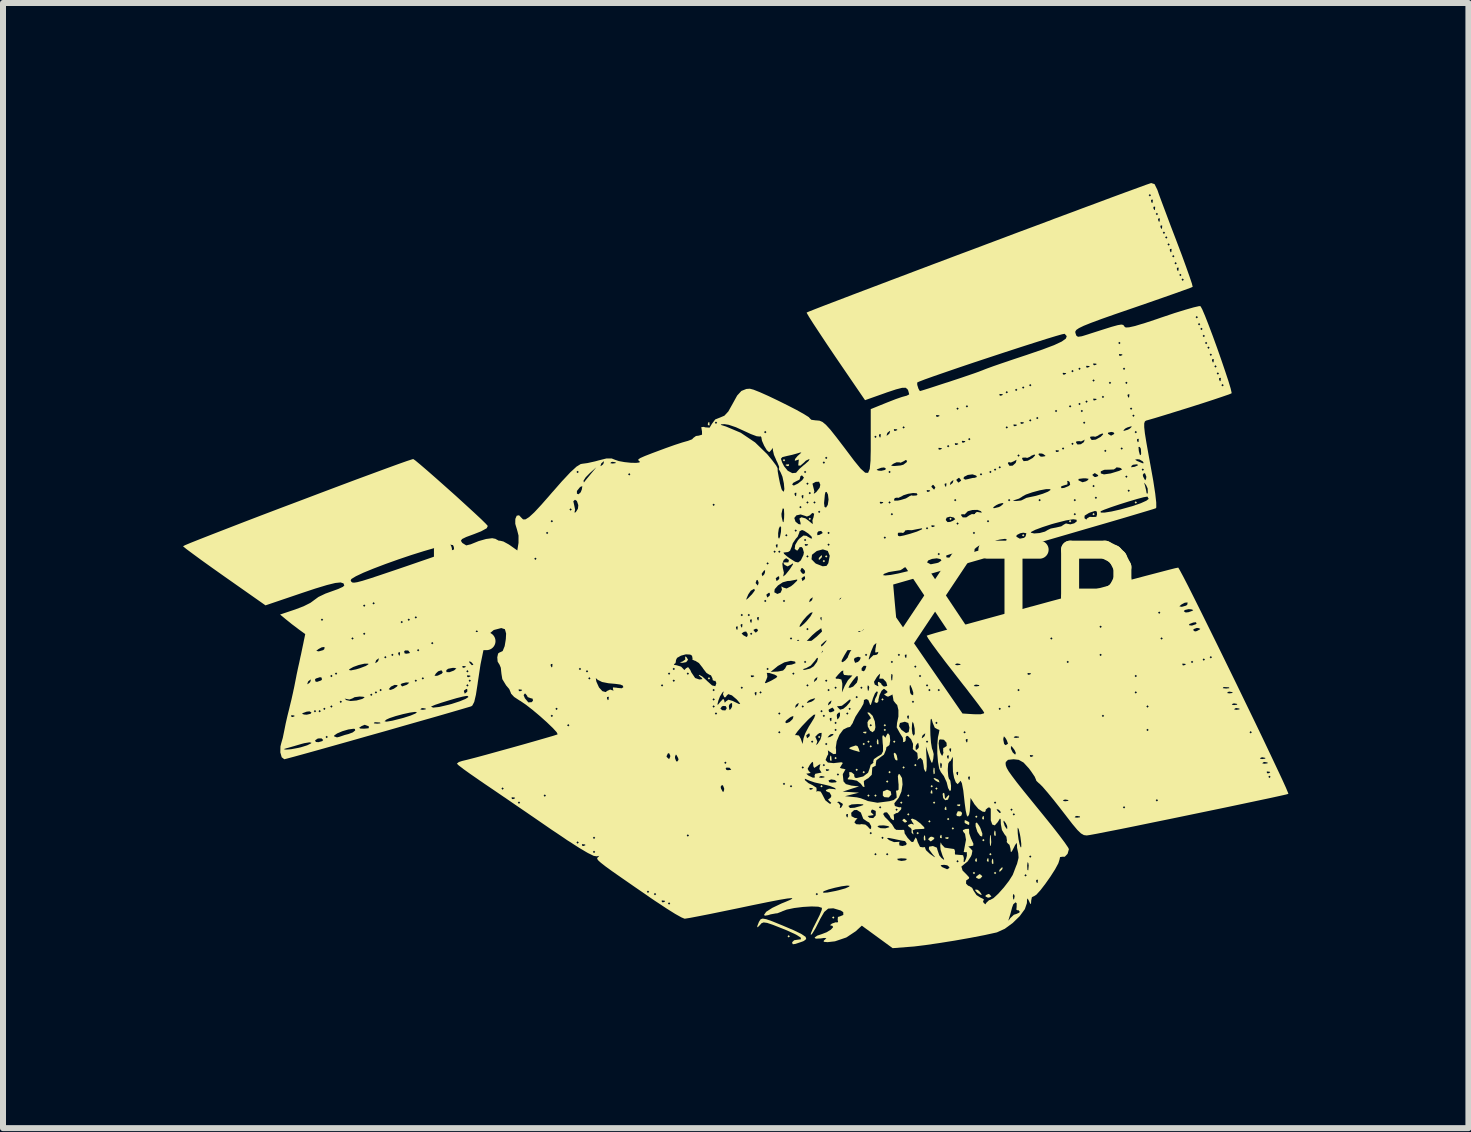
<source format=kicad_pcb>
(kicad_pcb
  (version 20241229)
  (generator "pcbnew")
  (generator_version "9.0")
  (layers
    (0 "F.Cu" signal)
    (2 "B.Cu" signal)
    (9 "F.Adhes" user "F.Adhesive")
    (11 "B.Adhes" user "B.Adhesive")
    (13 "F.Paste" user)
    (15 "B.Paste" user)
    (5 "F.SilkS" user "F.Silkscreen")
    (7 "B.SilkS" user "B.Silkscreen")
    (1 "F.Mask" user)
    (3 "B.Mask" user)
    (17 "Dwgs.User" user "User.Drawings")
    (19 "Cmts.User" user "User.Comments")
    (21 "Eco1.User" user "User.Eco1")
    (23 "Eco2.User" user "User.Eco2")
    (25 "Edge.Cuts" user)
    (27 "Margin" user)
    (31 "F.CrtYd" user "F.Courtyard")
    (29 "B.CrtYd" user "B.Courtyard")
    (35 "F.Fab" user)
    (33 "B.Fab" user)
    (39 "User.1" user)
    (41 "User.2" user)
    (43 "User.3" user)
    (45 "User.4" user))
  (footprint "Logo_eXTP"
    (layer "F.Cu")
    (at 9.955 6.944)
    (property "Reference" "Logo_eXTP" (at 0 0 0) (layer "F.SilkS") (effects (font (size 1.524 1.524) (thickness 0.3))))
    (attr board_only exclude_from_pos_files exclude_from_bom)
    (fp_poly (pts (xy -1.172 1.309) (xy -1.192 1.329) (xy -1.211 1.309) (xy -1.192 1.29)) (stroke (width 0) (type solid)) (fill yes) (layer "F.SilkS"))
    (fp_poly (pts (xy -0.782 0.254) (xy -0.801 0.274) (xy -0.821 0.254) (xy -0.801 0.234)) (stroke (width 0) (type solid)) (fill yes) (layer "F.SilkS"))
    (fp_poly (pts (xy 0.078 -2.325) (xy 0.059 -2.306) (xy 0.039 -2.325) (xy 0.059 -2.345)) (stroke (width 0) (type solid)) (fill yes) (layer "F.SilkS"))
    (fp_poly (pts (xy 0.156 5.608) (xy 0.137 5.627) (xy 0.117 5.608) (xy 0.137 5.588)) (stroke (width 0) (type solid)) (fill yes) (layer "F.SilkS"))
    (fp_poly (pts (xy 0.508 -1.348) (xy 0.488 -1.329) (xy 0.469 -1.348) (xy 0.488 -1.368)) (stroke (width 0) (type solid)) (fill yes) (layer "F.SilkS"))
    (fp_poly (pts (xy 0.664 2.286) (xy 0.645 2.306) (xy 0.625 2.286) (xy 0.645 2.266)) (stroke (width 0) (type solid)) (fill yes) (layer "F.SilkS"))
    (fp_poly (pts (xy 0.703 3.107) (xy 0.684 3.126) (xy 0.664 3.107) (xy 0.684 3.087)) (stroke (width 0) (type solid)) (fill yes) (layer "F.SilkS"))
    (fp_poly (pts (xy 0.742 -0.645) (xy 0.723 -0.625) (xy 0.703 -0.645) (xy 0.723 -0.664)) (stroke (width 0) (type solid)) (fill yes) (layer "F.SilkS"))
    (fp_poly (pts (xy 0.782 -0.723) (xy 0.762 -0.703) (xy 0.742 -0.723) (xy 0.762 -0.742)) (stroke (width 0) (type solid)) (fill yes) (layer "F.SilkS"))
    (fp_poly (pts (xy 0.899 5.295) (xy 0.879 5.314) (xy 0.86 5.295) (xy 0.879 5.275)) (stroke (width 0) (type solid)) (fill yes) (layer "F.SilkS"))
    (fp_poly (pts (xy 0.938 2.638) (xy 0.918 2.657) (xy 0.899 2.638) (xy 0.918 2.618)) (stroke (width 0) (type solid)) (fill yes) (layer "F.SilkS"))
    (fp_poly (pts (xy 1.29 2.833) (xy 1.27 2.853) (xy 1.25 2.833) (xy 1.27 2.814)) (stroke (width 0) (type solid)) (fill yes) (layer "F.SilkS"))
    (fp_poly (pts (xy 1.407 2.403) (xy 1.387 2.423) (xy 1.368 2.403) (xy 1.387 2.384)) (stroke (width 0) (type solid)) (fill yes) (layer "F.SilkS"))
    (fp_poly (pts (xy 1.407 2.872) (xy 1.387 2.892) (xy 1.368 2.872) (xy 1.387 2.853)) (stroke (width 0) (type solid)) (fill yes) (layer "F.SilkS"))
    (fp_poly (pts (xy 1.485 2.364) (xy 1.465 2.384) (xy 1.446 2.364) (xy 1.465 2.345)) (stroke (width 0) (type solid)) (fill yes) (layer "F.SilkS"))
    (fp_poly (pts (xy 1.485 3.263) (xy 1.465 3.282) (xy 1.446 3.263) (xy 1.465 3.243)) (stroke (width 0) (type solid)) (fill yes) (layer "F.SilkS"))
    (fp_poly (pts (xy 1.524 2.442) (xy 1.504 2.462) (xy 1.485 2.442) (xy 1.504 2.423)) (stroke (width 0) (type solid)) (fill yes) (layer "F.SilkS"))
    (fp_poly (pts (xy 1.602 3.263) (xy 1.583 3.282) (xy 1.563 3.263) (xy 1.583 3.243)) (stroke (width 0) (type solid)) (fill yes) (layer "F.SilkS"))
    (fp_poly (pts (xy 1.719 1.661) (xy 1.7 1.68) (xy 1.68 1.661) (xy 1.7 1.641)) (stroke (width 0) (type solid)) (fill yes) (layer "F.SilkS"))
    (fp_poly (pts (xy 1.758 2.091) (xy 1.739 2.11) (xy 1.719 2.091) (xy 1.739 2.071)) (stroke (width 0) (type solid)) (fill yes) (layer "F.SilkS"))
    (fp_poly (pts (xy 1.758 2.169) (xy 1.739 2.188) (xy 1.719 2.169) (xy 1.739 2.149)) (stroke (width 0) (type solid)) (fill yes) (layer "F.SilkS"))
    (fp_poly (pts (xy 1.798 3.028) (xy 1.778 3.048) (xy 1.758 3.028) (xy 1.778 3.009)) (stroke (width 0) (type solid)) (fill yes) (layer "F.SilkS"))
    (fp_poly (pts (xy 1.837 2.872) (xy 1.817 2.892) (xy 1.798 2.872) (xy 1.817 2.853)) (stroke (width 0) (type solid)) (fill yes) (layer "F.SilkS"))
    (fp_poly (pts (xy 1.915 2.364) (xy 1.895 2.384) (xy 1.876 2.364) (xy 1.895 2.345)) (stroke (width 0) (type solid)) (fill yes) (layer "F.SilkS"))
    (fp_poly (pts (xy 2.032 3.38) (xy 2.012 3.4) (xy 1.993 3.38) (xy 2.012 3.361)) (stroke (width 0) (type solid)) (fill yes) (layer "F.SilkS"))
    (fp_poly (pts (xy 2.071 2.794) (xy 2.052 2.814) (xy 2.032 2.794) (xy 2.052 2.774)) (stroke (width 0) (type solid)) (fill yes) (layer "F.SilkS"))
    (fp_poly (pts (xy 2.149 3.263) (xy 2.13 3.282) (xy 2.11 3.263) (xy 2.13 3.243)) (stroke (width 0) (type solid)) (fill yes) (layer "F.SilkS"))
    (fp_poly (pts (xy 2.149 3.576) (xy 2.13 3.595) (xy 2.11 3.576) (xy 2.13 3.556)) (stroke (width 0) (type solid)) (fill yes) (layer "F.SilkS"))
    (fp_poly (pts (xy 2.266 2.755) (xy 2.247 2.774) (xy 2.227 2.755) (xy 2.247 2.735)) (stroke (width 0) (type solid)) (fill yes) (layer "F.SilkS"))
    (fp_poly (pts (xy 2.306 3.888) (xy 2.286 3.908) (xy 2.266 3.888) (xy 2.286 3.869)) (stroke (width 0) (type solid)) (fill yes) (layer "F.SilkS"))
    (fp_poly (pts (xy 2.501 3.693) (xy 2.481 3.712) (xy 2.462 3.693) (xy 2.481 3.673)) (stroke (width 0) (type solid)) (fill yes) (layer "F.SilkS"))
    (fp_poly (pts (xy 2.54 3.107) (xy 2.52 3.126) (xy 2.501 3.107) (xy 2.52 3.087)) (stroke (width 0) (type solid)) (fill yes) (layer "F.SilkS"))
    (fp_poly (pts (xy 2.579 3.38) (xy 2.56 3.4) (xy 2.54 3.38) (xy 2.56 3.361)) (stroke (width 0) (type solid)) (fill yes) (layer "F.SilkS"))
    (fp_poly (pts (xy 2.618 3.146) (xy 2.599 3.165) (xy 2.579 3.146) (xy 2.599 3.126)) (stroke (width 0) (type solid)) (fill yes) (layer "F.SilkS"))
    (fp_poly (pts (xy 2.814 3.654) (xy 2.794 3.673) (xy 2.774 3.654) (xy 2.794 3.634)) (stroke (width 0) (type solid)) (fill yes) (layer "F.SilkS"))
    (fp_poly (pts (xy 2.853 -1.348) (xy 2.833 -1.329) (xy 2.814 -1.348) (xy 2.833 -1.368)) (stroke (width 0) (type solid)) (fill yes) (layer "F.SilkS"))
    (fp_poly (pts (xy 2.892 3.81) (xy 2.872 3.83) (xy 2.853 3.81) (xy 2.872 3.79)) (stroke (width 0) (type solid)) (fill yes) (layer "F.SilkS"))
    (fp_poly (pts (xy 3.243 4.552) (xy 3.224 4.572) (xy 3.204 4.552) (xy 3.224 4.533)) (stroke (width 0) (type solid)) (fill yes) (layer "F.SilkS"))
    (fp_poly (pts (xy 3.282 3.615) (xy 3.263 3.634) (xy 3.243 3.615) (xy 3.263 3.595)) (stroke (width 0) (type solid)) (fill yes) (layer "F.SilkS"))
    (fp_poly (pts (xy 3.4 4.005) (xy 3.38 4.025) (xy 3.361 4.005) (xy 3.38 3.986)) (stroke (width 0) (type solid)) (fill yes) (layer "F.SilkS"))
    (fp_poly (pts (xy 3.517 4.24) (xy 3.497 4.259) (xy 3.478 4.24) (xy 3.497 4.22)) (stroke (width 0) (type solid)) (fill yes) (layer "F.SilkS"))
    (fp_poly (pts (xy 3.595 4.552) (xy 3.576 4.572) (xy 3.556 4.552) (xy 3.576 4.533)) (stroke (width 0) (type solid)) (fill yes) (layer "F.SilkS"))
    (fp_poly (pts (xy 4.064 -1.075) (xy 4.044 -1.055) (xy 4.025 -1.075) (xy 4.044 -1.094)) (stroke (width 0) (type solid)) (fill yes) (layer "F.SilkS"))
    (fp_poly (pts (xy 4.846 -1.309) (xy 4.826 -1.29) (xy 4.806 -1.309) (xy 4.826 -1.329)) (stroke (width 0) (type solid)) (fill yes) (layer "F.SilkS"))
    (fp_poly (pts (xy 5.236 -1.426) (xy 5.217 -1.407) (xy 5.197 -1.426) (xy 5.217 -1.446)) (stroke (width 0) (type solid)) (fill yes) (layer "F.SilkS"))
    (fp_poly (pts (xy 5.94 -1.622) (xy 5.92 -1.602) (xy 5.901 -1.622) (xy 5.92 -1.641)) (stroke (width 0) (type solid)) (fill yes) (layer "F.SilkS"))
    (fp_poly (pts (xy -1.185 -2.957) (xy -1.181 -2.91) (xy -1.185 -2.905) (xy -1.209 -2.91) (xy -1.211 -2.931) (xy -1.197 -2.963)) (stroke (width 0) (type solid)) (fill yes) (layer "F.SilkS"))
    (fp_poly (pts (xy 0.143 -2.253) (xy 0.138 -2.23) (xy 0.117 -2.227) (xy 0.085 -2.242) (xy 0.091 -2.253) (xy 0.138 -2.258)) (stroke (width 0) (type solid)) (fill yes) (layer "F.SilkS"))
    (fp_poly (pts (xy 0.847 2.611) (xy 0.852 2.672) (xy 0.844 2.686) (xy 0.826 2.674) (xy 0.824 2.634) (xy 0.833 2.593)) (stroke (width 0) (type solid)) (fill yes) (layer "F.SilkS"))
    (fp_poly (pts (xy 1.433 2.201) (xy 1.427 2.225) (xy 1.407 2.227) (xy 1.375 2.213) (xy 1.381 2.201) (xy 1.427 2.197)) (stroke (width 0) (type solid)) (fill yes) (layer "F.SilkS"))
    (fp_poly (pts (xy 1.629 2.337) (xy 1.634 2.398) (xy 1.626 2.412) (xy 1.608 2.401) (xy 1.605 2.361) (xy 1.615 2.319)) (stroke (width 0) (type solid)) (fill yes) (layer "F.SilkS"))
    (fp_poly (pts (xy 2.41 3.939) (xy 2.415 4.001) (xy 2.407 4.014) (xy 2.39 4.003) (xy 2.387 3.963) (xy 2.396 3.921)) (stroke (width 0) (type solid)) (fill yes) (layer "F.SilkS"))
    (fp_poly (pts (xy 2.527 3.178) (xy 2.532 3.225) (xy 2.527 3.23) (xy 2.504 3.225) (xy 2.501 3.204) (xy 2.515 3.172)) (stroke (width 0) (type solid)) (fill yes) (layer "F.SilkS"))
    (fp_poly (pts (xy 2.566 2.804) (xy 2.571 2.884) (xy 2.566 2.901) (xy 2.552 2.906) (xy 2.546 2.853) (xy 2.552 2.797)) (stroke (width 0) (type solid)) (fill yes) (layer "F.SilkS"))
    (fp_poly (pts (xy 2.683 3.921) (xy 2.688 3.967) (xy 2.683 3.973) (xy 2.66 3.967) (xy 2.657 3.947) (xy 2.672 3.915)) (stroke (width 0) (type solid)) (fill yes) (layer "F.SilkS"))
    (fp_poly (pts (xy 2.761 3.452) (xy 2.766 3.498) (xy 2.761 3.504) (xy 2.738 3.499) (xy 2.735 3.478) (xy 2.75 3.446)) (stroke (width 0) (type solid)) (fill yes) (layer "F.SilkS"))
    (fp_poly (pts (xy 2.801 3.96) (xy 2.795 3.983) (xy 2.774 3.986) (xy 2.742 3.972) (xy 2.748 3.96) (xy 2.795 3.955)) (stroke (width 0) (type solid)) (fill yes) (layer "F.SilkS"))
    (fp_poly (pts (xy 2.996 3.413) (xy 2.991 3.436) (xy 2.97 3.439) (xy 2.938 3.424) (xy 2.944 3.413) (xy 2.99 3.408)) (stroke (width 0) (type solid)) (fill yes) (layer "F.SilkS"))
    (fp_poly (pts (xy 3.269 4.311) (xy 3.274 4.358) (xy 3.269 4.364) (xy 3.246 4.358) (xy 3.243 4.338) (xy 3.258 4.305)) (stroke (width 0) (type solid)) (fill yes) (layer "F.SilkS"))
    (fp_poly (pts (xy 3.387 3.608) (xy 3.391 3.654) (xy 3.387 3.66) (xy 3.363 3.655) (xy 3.361 3.634) (xy 3.375 3.602)) (stroke (width 0) (type solid)) (fill yes) (layer "F.SilkS"))
    (fp_poly (pts (xy 3.465 4.311) (xy 3.469 4.358) (xy 3.465 4.364) (xy 3.442 4.358) (xy 3.439 4.338) (xy 3.453 4.305)) (stroke (width 0) (type solid)) (fill yes) (layer "F.SilkS"))
    (fp_poly (pts (xy 3.544 4.33) (xy 3.548 4.391) (xy 3.541 4.405) (xy 3.523 4.393) (xy 3.52 4.354) (xy 3.53 4.312)) (stroke (width 0) (type solid)) (fill yes) (layer "F.SilkS"))
    (fp_poly (pts (xy 3.583 3.861) (xy 3.587 3.922) (xy 3.58 3.936) (xy 3.562 3.925) (xy 3.559 3.885) (xy 3.569 3.843)) (stroke (width 0) (type solid)) (fill yes) (layer "F.SilkS"))
    (fp_poly (pts (xy 2.629 2.998) (xy 2.638 3.009) (xy 2.651 3.044) (xy 2.614 3.031) (xy 2.579 3.009) (xy 2.549 2.978) (xy 2.567 2.97)) (stroke (width 0) (type solid)) (fill yes) (layer "F.SilkS"))
    (fp_poly (pts (xy 3.005 3.528) (xy 3.026 3.552) (xy 3.016 3.593) (xy 2.989 3.609) (xy 2.939 3.603) (xy 2.931 3.574) (xy 2.955 3.523)) (stroke (width 0) (type solid)) (fill yes) (layer "F.SilkS"))
    (fp_poly (pts (xy 3.288 4.834) (xy 3.321 4.864) (xy 3.356 4.915) (xy 3.332 4.914) (xy 3.284 4.886) (xy 3.246 4.845) (xy 3.249 4.827)) (stroke (width 0) (type solid)) (fill yes) (layer "F.SilkS"))
    (fp_poly (pts (xy 3.481 4.906) (xy 3.515 4.944) (xy 3.476 4.962) (xy 3.456 4.963) (xy 3.416 4.944) (xy 3.42 4.923) (xy 3.466 4.901)) (stroke (width 0) (type solid)) (fill yes) (layer "F.SilkS"))
    (fp_poly (pts (xy 0.691 -0.717) (xy 0.684 -0.703) (xy 0.647 -0.666) (xy 0.64 -0.664) (xy 0.637 -0.69) (xy 0.645 -0.703) (xy 0.682 -0.741) (xy 0.688 -0.742)) (stroke (width 0) (type solid)) (fill yes) (layer "F.SilkS"))
    (fp_poly (pts (xy 1.921 2.562) (xy 1.938 2.595) (xy 1.95 2.66) (xy 1.944 2.68) (xy 1.916 2.667) (xy 1.899 2.634) (xy 1.887 2.568) (xy 1.893 2.548)) (stroke (width 0) (type solid)) (fill yes) (layer "F.SilkS"))
    (fp_poly (pts (xy 2.071 3.654) (xy 2.108 3.689) (xy 2.11 3.695) (xy 2.08 3.712) (xy 2.071 3.712) (xy 2.034 3.682) (xy 2.032 3.671) (xy 2.056 3.648)) (stroke (width 0) (type solid)) (fill yes) (layer "F.SilkS"))
    (fp_poly (pts (xy 2.563 3.966) (xy 2.56 3.986) (xy 2.51 4.023) (xy 2.499 4.025) (xy 2.463 3.995) (xy 2.462 3.986) (xy 2.494 3.952) (xy 2.523 3.947)) (stroke (width 0) (type solid)) (fill yes) (layer "F.SilkS"))
    (fp_poly (pts (xy 3.138 3.702) (xy 3.146 3.712) (xy 3.144 3.748) (xy 3.131 3.751) (xy 3.076 3.723) (xy 3.068 3.712) (xy 3.069 3.676) (xy 3.082 3.673)) (stroke (width 0) (type solid)) (fill yes) (layer "F.SilkS"))
    (fp_poly (pts (xy 3.36 4.602) (xy 3.361 4.611) (xy 3.329 4.645) (xy 3.3 4.65) (xy 3.259 4.631) (xy 3.263 4.611) (xy 3.313 4.573) (xy 3.324 4.572)) (stroke (width 0) (type solid)) (fill yes) (layer "F.SilkS"))
    (fp_poly (pts (xy 3.505 3.937) (xy 3.512 4.039) (xy 3.505 4.094) (xy 3.494 4.103) (xy 3.488 4.047) (xy 3.488 4.005) (xy 3.492 3.93) (xy 3.5 3.918)) (stroke (width 0) (type solid)) (fill yes) (layer "F.SilkS"))
    (fp_poly (pts (xy 3.7 4.48) (xy 3.693 4.494) (xy 3.656 4.531) (xy 3.649 4.533) (xy 3.646 4.508) (xy 3.654 4.494) (xy 3.691 4.457) (xy 3.697 4.455)) (stroke (width 0) (type solid)) (fill yes) (layer "F.SilkS"))
    (fp_poly (pts (xy 1.837 3.192) (xy 1.847 3.247) (xy 1.807 3.291) (xy 1.797 3.294) (xy 1.729 3.288) (xy 1.705 3.262) (xy 1.707 3.194) (xy 1.773 3.165) (xy 1.78 3.165)) (stroke (width 0) (type solid)) (fill yes) (layer "F.SilkS"))
    (fp_poly (pts (xy 3.312 3.768) (xy 3.331 3.804) (xy 3.364 3.898) (xy 3.36 3.945) (xy 3.328 3.935) (xy 3.281 3.867) (xy 3.252 3.776) (xy 3.251 3.724) (xy 3.272 3.711)) (stroke (width 0) (type solid)) (fill yes) (layer "F.SilkS"))
    (fp_poly (pts (xy -1.568 0.954) (xy -1.54 0.999) (xy -1.571 1.039) (xy -1.634 1.051) (xy -1.677 1.045) (xy -1.646 1.032) (xy -1.631 1.028) (xy -1.586 0.995) (xy -1.588 0.968) (xy -1.59 0.944)) (stroke (width 0) (type solid)) (fill yes) (layer "F.SilkS"))
    (fp_poly (pts (xy 1.285 2.439) (xy 1.304 2.481) (xy 1.319 2.53) (xy 1.318 2.536) (xy 1.278 2.524) (xy 1.211 2.505) (xy 1.147 2.483) (xy 1.154 2.464) (xy 1.185 2.45) (xy 1.255 2.427)) (stroke (width 0) (type solid)) (fill yes) (layer "F.SilkS"))
    (fp_poly (pts (xy 2.731 3.227) (xy 2.736 3.266) (xy 2.742 3.316) (xy 2.768 3.292) (xy 2.774 3.282) (xy 2.806 3.252) (xy 2.813 3.27) (xy 2.791 3.33) (xy 2.744 3.34) (xy 2.711 3.303) (xy 2.702 3.236) (xy 2.711 3.216)) (stroke (width 0) (type solid)) (fill yes) (layer "F.SilkS"))
    (fp_poly (pts (xy 1.483 1.882) (xy 1.535 1.933) (xy 1.572 2.026) (xy 1.582 2.124) (xy 1.569 2.175) (xy 1.533 2.207) (xy 1.493 2.181) (xy 1.455 2.113) (xy 1.453 2.091) (xy 1.485 2.091) (xy 1.504 2.11) (xy 1.524 2.091) (xy 1.504 2.071) (xy 1.485 2.091) (xy 1.453 2.091) (xy 1.449 2.041) (xy 1.475 1.996) (xy 1.49 1.993) (xy 1.507 1.971) (xy 1.48 1.928) (xy 1.446 1.881) (xy 1.468 1.877)) (stroke (width 0) (type solid)) (fill yes) (layer "F.SilkS"))
    (fp_poly (pts (xy 2.254 3.669) (xy 2.33 3.725) (xy 2.339 3.734) (xy 2.396 3.792) (xy 2.397 3.816) (xy 2.358 3.819) (xy 2.248 3.824) (xy 2.203 3.841) (xy 2.208 3.869) (xy 2.216 3.905) (xy 2.21 3.908) (xy 2.184 3.879) (xy 2.184 3.878) (xy 2.184 3.82) (xy 2.158 3.792) (xy 2.147 3.79) (xy 2.124 3.766) (xy 2.13 3.751) (xy 2.179 3.731) (xy 2.201 3.739) (xy 2.225 3.745) (xy 2.199 3.707) (xy 2.172 3.657) (xy 2.196 3.646)) (stroke (width 0) (type solid)) (fill yes) (layer "F.SilkS"))
    (fp_poly (pts (xy -0.235 5.323) (xy -0.133 5.359) (xy 0.026 5.424) (xy 0.029 5.425) (xy 0.224 5.508) (xy 0.352 5.571) (xy 0.419 5.617) (xy 0.429 5.653) (xy 0.391 5.684) (xy 0.345 5.702) (xy 0.25 5.734) (xy 0.207 5.74) (xy 0.196 5.722) (xy 0.195 5.705) (xy 0.228 5.673) (xy 0.274 5.666) (xy 0.341 5.657) (xy 0.337 5.628) (xy 0.259 5.579) (xy 0.107 5.509) (xy 0.03 5.478) (xy -0.124 5.417) (xy -0.222 5.384) (xy -0.281 5.376) (xy -0.317 5.39) (xy -0.34 5.417) (xy -0.381 5.459) (xy -0.388 5.441) (xy -0.361 5.372) (xy -0.352 5.355) (xy -0.33 5.323) (xy -0.296 5.312)) (stroke (width 0) (type solid)) (fill yes) (layer "F.SilkS"))
    (fp_poly (pts (xy 1.82 2.261) (xy 1.828 2.343) (xy 1.828 2.343) (xy 1.816 2.418) (xy 1.793 2.439) (xy 1.792 2.439) (xy 1.766 2.454) (xy 1.758 2.499) (xy 1.724 2.58) (xy 1.664 2.624) (xy 1.598 2.675) (xy 1.59 2.721) (xy 1.585 2.768) (xy 1.567 2.774) (xy 1.529 2.795) (xy 1.529 2.804) (xy 1.521 2.916) (xy 1.459 2.977) (xy 1.446 2.981) (xy 1.389 3.02) (xy 1.391 3.064) (xy 1.401 3.119) (xy 1.375 3.115) (xy 1.336 3.063) (xy 1.273 3.015) (xy 1.188 2.998) (xy 1.123 2.993) (xy 1.119 2.982) (xy 1.121 2.981) (xy 1.151 2.937) (xy 1.146 2.908) (xy 1.147 2.869) (xy 1.187 2.876) (xy 1.23 2.913) (xy 1.228 2.935) (xy 1.24 2.965) (xy 1.27 2.97) (xy 1.379 2.944) (xy 1.46 2.881) (xy 1.485 2.812) (xy 1.503 2.749) (xy 1.526 2.735) (xy 1.55 2.711) (xy 1.544 2.696) (xy 1.557 2.655) (xy 1.621 2.611) (xy 1.683 2.575) (xy 1.709 2.524) (xy 1.708 2.432) (xy 1.703 2.387) (xy 1.697 2.282) (xy 1.708 2.253) (xy 1.721 2.267) (xy 1.751 2.298) (xy 1.758 2.276) (xy 1.782 2.231) (xy 1.795 2.227)) (stroke (width 0) (type solid)) (fill yes) (layer "F.SilkS"))
    (fp_poly (pts (xy 6.233 -6.926) (xy 6.279 -6.833) (xy 6.28 -6.831) (xy 6.306 -6.755) (xy 6.356 -6.62) (xy 6.424 -6.439) (xy 6.504 -6.225) (xy 6.593 -5.993) (xy 6.603 -5.966) (xy 6.688 -5.742) (xy 6.76 -5.544) (xy 6.817 -5.383) (xy 6.855 -5.27) (xy 6.868 -5.216) (xy 6.868 -5.214) (xy 6.828 -5.197) (xy 6.724 -5.159) (xy 6.565 -5.102) (xy 6.363 -5.031) (xy 6.125 -4.948) (xy 5.873 -4.861) (xy 5.576 -4.759) (xy 5.346 -4.678) (xy 5.174 -4.614) (xy 5.052 -4.565) (xy 4.974 -4.527) (xy 4.93 -4.497) (xy 4.913 -4.471) (xy 4.913 -4.451) (xy 4.929 -4.402) (xy 4.957 -4.382) (xy 5.016 -4.39) (xy 5.038 -4.396) (xy 7.034 -4.396) (xy 7.053 -4.377) (xy 7.073 -4.396) (xy 7.053 -4.416) (xy 7.034 -4.396) (xy 5.038 -4.396) (xy 5.125 -4.423) (xy 5.158 -4.434) (xy 5.371 -4.502) (xy 5.406 -4.513) (xy 6.995 -4.513) (xy 7.014 -4.494) (xy 7.034 -4.513) (xy 7.014 -4.533) (xy 6.995 -4.513) (xy 5.406 -4.513) (xy 5.52 -4.549) (xy 5.619 -4.576) (xy 5.679 -4.586) (xy 5.71 -4.58) (xy 5.726 -4.563) (xy 5.73 -4.553) (xy 5.753 -4.537) (xy 5.809 -4.54) (xy 5.908 -4.562) (xy 6.006 -4.592) (xy 6.956 -4.592) (xy 6.975 -4.572) (xy 6.995 -4.592) (xy 6.975 -4.611) (xy 6.956 -4.592) (xy 6.006 -4.592) (xy 6.059 -4.607) (xy 6.27 -4.677) (xy 6.362 -4.709) (xy 6.917 -4.709) (xy 6.936 -4.689) (xy 6.956 -4.709) (xy 6.936 -4.728) (xy 6.917 -4.709) (xy 6.362 -4.709) (xy 6.363 -4.709) (xy 6.568 -4.778) (xy 6.747 -4.833) (xy 6.887 -4.873) (xy 6.975 -4.893) (xy 6.999 -4.892) (xy 7.028 -4.839) (xy 7.075 -4.729) (xy 7.135 -4.576) (xy 7.204 -4.393) (xy 7.276 -4.195) (xy 7.346 -3.995) (xy 7.41 -3.807) (xy 7.464 -3.644) (xy 7.501 -3.521) (xy 7.517 -3.451) (xy 7.516 -3.44) (xy 7.473 -3.422) (xy 7.368 -3.386) (xy 7.217 -3.335) (xy 7.033 -3.275) (xy 6.829 -3.21) (xy 6.62 -3.145) (xy 6.42 -3.083) (xy 6.243 -3.029) (xy 6.101 -2.988) (xy 6.092 -2.986) (xy 6.072 -2.972) (xy 6.061 -2.939) (xy 6.061 -2.876) (xy 6.072 -2.773) (xy 6.097 -2.619) (xy 6.135 -2.405) (xy 6.162 -2.259) (xy 6.211 -1.987) (xy 6.244 -1.772) (xy 6.261 -1.622) (xy 6.262 -1.54) (xy 6.256 -1.526) (xy 6.212 -1.511) (xy 6.1 -1.477) (xy 5.926 -1.425) (xy 5.698 -1.357) (xy 5.421 -1.276) (xy 5.104 -1.184) (xy 4.751 -1.081) (xy 4.372 -0.971) (xy 4.047 -0.878) (xy 1.878 -0.254) (xy 1.902 0.02) (xy 1.927 0.293) (xy 2.48 1.094) (xy 3.033 1.895) (xy 3.22 1.907) (xy 3.335 1.908) (xy 3.391 1.892) (xy 3.394 1.88) (xy 3.367 1.838) (xy 3.351 1.817) (xy 3.634 1.817) (xy 3.654 1.837) (xy 3.663 1.827) (xy 7.559 1.827) (xy 7.597 1.834) (xy 7.648 1.826) (xy 7.648 1.813) (xy 7.596 1.804) (xy 7.574 1.81) (xy 7.559 1.827) (xy 3.663 1.827) (xy 3.673 1.817) (xy 3.654 1.798) (xy 3.634 1.817) (xy 3.351 1.817) (xy 3.322 1.778) (xy 3.79 1.778) (xy 3.81 1.798) (xy 3.83 1.778) (xy 6.096 1.778) (xy 6.116 1.798) (xy 6.135 1.778) (xy 6.116 1.758) (xy 6.096 1.778) (xy 3.83 1.778) (xy 3.81 1.758) (xy 3.79 1.778) (xy 3.322 1.778) (xy 3.301 1.749) (xy 7.52 1.749) (xy 7.558 1.755) (xy 7.609 1.748) (xy 7.609 1.735) (xy 7.557 1.726) (xy 7.535 1.732) (xy 7.52 1.749) (xy 3.301 1.749) (xy 3.298 1.745) (xy 3.196 1.611) (xy 3.144 1.544) (xy 5.901 1.544) (xy 5.92 1.563) (xy 5.929 1.554) (xy 7.442 1.554) (xy 7.48 1.56) (xy 7.531 1.553) (xy 7.531 1.539) (xy 7.479 1.53) (xy 7.456 1.536) (xy 7.442 1.554) (xy 5.929 1.554) (xy 5.94 1.544) (xy 5.92 1.524) (xy 5.901 1.544) (xy 3.144 1.544) (xy 3.114 1.504) (xy 3.947 1.504) (xy 3.966 1.524) (xy 3.986 1.504) (xy 3.966 1.485) (xy 3.947 1.504) (xy 3.114 1.504) (xy 3.09 1.473) (xy 7.371 1.473) (xy 7.425 1.479) (xy 7.48 1.473) (xy 7.473 1.459) (xy 7.393 1.454) (xy 7.376 1.459) (xy 7.371 1.473) (xy 3.09 1.473) (xy 3.069 1.446) (xy 3.061 1.437) (xy 3.221 1.437) (xy 3.26 1.443) (xy 3.31 1.436) (xy 3.311 1.422) (xy 3.259 1.413) (xy 3.236 1.419) (xy 3.221 1.437) (xy 3.061 1.437) (xy 2.931 1.27) (xy 5.901 1.27) (xy 5.92 1.29) (xy 5.94 1.27) (xy 5.92 1.25) (xy 5.901 1.27) (xy 2.931 1.27) (xy 2.923 1.259) (xy 2.899 1.229) (xy 2.896 1.224) (xy 4.116 1.224) (xy 4.121 1.248) (xy 4.142 1.25) (xy 4.174 1.236) (xy 4.168 1.224) (xy 4.122 1.22) (xy 4.116 1.224) (xy 2.896 1.224) (xy 2.787 1.085) (xy 2.909 1.085) (xy 2.947 1.091) (xy 2.998 1.084) (xy 2.998 1.071) (xy 2.985 1.068) (xy 6.695 1.068) (xy 6.701 1.091) (xy 6.721 1.094) (xy 6.753 1.08) (xy 6.747 1.068) (xy 6.701 1.063) (xy 6.695 1.068) (xy 2.985 1.068) (xy 2.946 1.061) (xy 2.923 1.067) (xy 2.909 1.085) (xy 2.787 1.085) (xy 2.753 1.041) (xy 2.749 1.036) (xy 4.767 1.036) (xy 4.787 1.055) (xy 4.806 1.036) (xy 6.838 1.036) (xy 6.858 1.055) (xy 6.878 1.036) (xy 6.858 1.016) (xy 6.838 1.036) (xy 4.806 1.036) (xy 4.787 1.016) (xy 4.767 1.036) (xy 2.749 1.036) (xy 2.719 0.996) (xy 7.034 0.996) (xy 7.053 1.016) (xy 7.073 0.996) (xy 7.053 0.977) (xy 7.034 0.996) (xy 2.719 0.996) (xy 2.69 0.957) (xy 7.151 0.957) (xy 7.171 0.977) (xy 7.19 0.957) (xy 7.171 0.938) (xy 7.151 0.957) (xy 2.69 0.957) (xy 2.66 0.918) (xy 5.314 0.918) (xy 5.334 0.938) (xy 5.354 0.918) (xy 5.334 0.899) (xy 5.314 0.918) (xy 2.66 0.918) (xy 2.627 0.875) (xy 2.573 0.801) (xy 3.83 0.801) (xy 3.849 0.821) (xy 3.869 0.801) (xy 3.849 0.782) (xy 3.83 0.801) (xy 2.573 0.801) (xy 2.528 0.74) (xy 2.462 0.645) (xy 2.462 0.645) (xy 4.494 0.645) (xy 4.513 0.664) (xy 4.533 0.645) (xy 6.33 0.645) (xy 6.35 0.664) (xy 6.37 0.645) (xy 6.35 0.625) (xy 6.33 0.645) (xy 4.533 0.645) (xy 4.513 0.625) (xy 4.494 0.645) (xy 2.462 0.645) (xy 2.437 0.6) (xy 2.437 0.598) (xy 2.478 0.584) (xy 2.585 0.552) (xy 2.75 0.506) (xy 2.812 0.488) (xy 3.869 0.488) (xy 3.888 0.508) (xy 3.889 0.507) (xy 6.878 0.507) (xy 6.906 0.528) (xy 6.936 0.522) (xy 6.988 0.494) (xy 6.995 0.484) (xy 6.963 0.471) (xy 6.936 0.469) (xy 6.884 0.489) (xy 6.878 0.507) (xy 3.889 0.507) (xy 3.908 0.488) (xy 3.888 0.469) (xy 3.869 0.488) (xy 2.812 0.488) (xy 2.952 0.449) (xy 5.314 0.449) (xy 5.334 0.469) (xy 5.354 0.449) (xy 5.334 0.43) (xy 5.314 0.449) (xy 2.952 0.449) (xy 2.966 0.445) (xy 3.111 0.405) (xy 6.81 0.405) (xy 6.811 0.425) (xy 6.856 0.43) (xy 6.921 0.408) (xy 6.934 0.394) (xy 6.921 0.374) (xy 6.878 0.379) (xy 6.81 0.405) (xy 3.111 0.405) (xy 3.224 0.374) (xy 3.516 0.294) (xy 3.805 0.215) (xy 6.291 0.215) (xy 6.311 0.234) (xy 6.33 0.215) (xy 6.311 0.195) (xy 6.291 0.215) (xy 3.805 0.215) (xy 3.833 0.207) (xy 3.89 0.192) (xy 6.721 0.192) (xy 6.752 0.212) (xy 6.799 0.207) (xy 6.863 0.184) (xy 6.878 0.171) (xy 6.845 0.159) (xy 6.799 0.156) (xy 6.736 0.171) (xy 6.721 0.192) (xy 3.89 0.192) (xy 4.167 0.116) (xy 4.196 0.109) (xy 6.646 0.109) (xy 6.681 0.117) (xy 6.69 0.117) (xy 6.76 0.097) (xy 6.78 0.078) (xy 6.783 0.044) (xy 6.736 0.049) (xy 6.682 0.078) (xy 6.646 0.109) (xy 4.196 0.109) (xy 4.51 0.023) (xy 4.854 -0.069) (xy 5.19 -0.16) (xy 5.51 -0.246) (xy 5.805 -0.324) (xy 6.068 -0.394) (xy 6.29 -0.452) (xy 6.462 -0.497) (xy 6.577 -0.526) (xy 6.627 -0.536) (xy 6.628 -0.536) (xy 6.655 -0.491) (xy 6.712 -0.385) (xy 6.794 -0.226) (xy 6.897 -0.021) (xy 7.018 0.222) (xy 7.153 0.495) (xy 7.298 0.789) (xy 7.449 1.098) (xy 7.603 1.413) (xy 7.755 1.727) (xy 7.902 2.03) (xy 8.04 2.317) (xy 8.164 2.578) (xy 8.272 2.807) (xy 8.36 2.994) (xy 8.423 3.133) (xy 8.457 3.215) (xy 8.463 3.234) (xy 8.423 3.245) (xy 8.316 3.269) (xy 8.152 3.305) (xy 7.939 3.35) (xy 7.689 3.403) (xy 7.409 3.462) (xy 7.11 3.524) (xy 6.801 3.588) (xy 6.492 3.652) (xy 6.193 3.713) (xy 5.912 3.771) (xy 5.66 3.822) (xy 5.445 3.864) (xy 5.278 3.897) (xy 5.169 3.917) (xy 5.158 3.919) (xy 5.103 3.927) (xy 5.056 3.921) (xy 5.007 3.893) (xy 4.947 3.835) (xy 4.864 3.736) (xy 4.778 3.625) (xy 4.902 3.625) (xy 4.94 3.631) (xy 4.991 3.624) (xy 4.991 3.611) (xy 4.939 3.601) (xy 4.916 3.607) (xy 4.902 3.625) (xy 4.778 3.625) (xy 4.749 3.587) (xy 4.689 3.51) (xy 4.649 3.458) (xy 5.705 3.458) (xy 5.725 3.478) (xy 5.744 3.458) (xy 5.725 3.439) (xy 5.705 3.458) (xy 4.649 3.458) (xy 4.565 3.352) (xy 4.565 3.351) (xy 4.706 3.351) (xy 4.745 3.358) (xy 4.795 3.35) (xy 4.796 3.341) (xy 6.252 3.341) (xy 6.272 3.361) (xy 6.291 3.341) (xy 6.272 3.322) (xy 6.252 3.341) (xy 4.796 3.341) (xy 4.796 3.337) (xy 4.744 3.328) (xy 4.721 3.334) (xy 4.706 3.351) (xy 4.565 3.351) (xy 4.455 3.217) (xy 4.369 3.117) (xy 4.316 3.064) (xy 4.308 3.059) (xy 4.263 3.016) (xy 4.259 3.001) (xy 4.237 2.95) (xy 8.128 2.95) (xy 8.148 2.97) (xy 8.167 2.95) (xy 8.148 2.931) (xy 8.128 2.95) (xy 4.237 2.95) (xy 4.237 2.949) (xy 4.181 2.866) (xy 8.102 2.866) (xy 8.107 2.889) (xy 8.128 2.892) (xy 8.16 2.877) (xy 8.154 2.866) (xy 8.108 2.861) (xy 8.102 2.866) (xy 4.181 2.866) (xy 4.179 2.863) (xy 4.139 2.809) (xy 4.063 2.726) (xy 8.028 2.726) (xy 8.066 2.732) (xy 8.117 2.725) (xy 8.117 2.712) (xy 8.065 2.702) (xy 8.043 2.709) (xy 8.028 2.726) (xy 4.063 2.726) (xy 4.05 2.712) (xy 3.97 2.667) (xy 3.885 2.657) (xy 3.791 2.667) (xy 3.754 2.704) (xy 3.751 2.73) (xy 3.755 2.762) (xy 3.77 2.802) (xy 3.802 2.858) (xy 3.857 2.935) (xy 3.939 3.044) (xy 4.055 3.19) (xy 4.211 3.382) (xy 4.386 3.597) (xy 4.525 3.769) (xy 4.644 3.922) (xy 4.736 4.045) (xy 4.792 4.127) (xy 4.806 4.155) (xy 4.784 4.233) (xy 4.737 4.282) (xy 4.694 4.282) (xy 4.658 4.288) (xy 4.65 4.328) (xy 4.63 4.391) (xy 4.576 4.491) (xy 4.5 4.61) (xy 4.415 4.731) (xy 4.333 4.838) (xy 4.264 4.914) (xy 4.221 4.942) (xy 4.217 4.941) (xy 4.189 4.956) (xy 4.178 5.009) (xy 4.174 5.071) (xy 4.159 5.059) (xy 4.142 5.021) (xy 4.118 4.976) (xy 4.108 4.998) (xy 4.106 5.055) (xy 4.072 5.154) (xy 3.987 5.271) (xy 3.869 5.386) (xy 3.738 5.482) (xy 3.611 5.54) (xy 3.598 5.544) (xy 3.402 5.587) (xy 3.164 5.633) (xy 2.904 5.679) (xy 2.647 5.72) (xy 2.414 5.754) (xy 2.227 5.777) (xy 2.175 5.781) (xy 1.869 5.805) (xy 1.355 5.43) (xy 1.254 5.523) (xy 1.097 5.627) (xy 0.908 5.691) (xy 0.785 5.705) (xy 0.72 5.699) (xy 0.723 5.677) (xy 0.742 5.662) (xy 0.765 5.637) (xy 0.724 5.635) (xy 0.672 5.643) (xy 0.587 5.647) (xy 0.568 5.628) (xy 0.613 5.596) (xy 0.688 5.571) (xy 0.771 5.539) (xy 0.84 5.496) (xy 0.877 5.456) (xy 0.866 5.433) (xy 0.853 5.431) (xy 0.825 5.422) (xy 0.858 5.395) (xy 0.923 5.373) (xy 0.945 5.378) (xy 0.96 5.366) (xy 0.956 5.347) (xy 3.796 5.347) (xy 3.813 5.329) (xy 3.829 5.305) (xy 3.889 5.248) (xy 3.929 5.236) (xy 3.98 5.213) (xy 3.986 5.195) (xy 3.962 5.17) (xy 3.95 5.175) (xy 3.93 5.163) (xy 3.935 5.119) (xy 3.936 5.057) (xy 3.917 5.041) (xy 3.879 5.074) (xy 3.859 5.129) (xy 3.83 5.238) (xy 3.812 5.295) (xy 3.796 5.347) (xy 0.956 5.347) (xy 0.953 5.336) (xy 0.957 5.285) (xy 0.992 5.275) (xy 1.047 5.252) (xy 1.046 5.205) (xy 1.006 5.178) (xy 0.881 5.141) (xy 0.795 5.146) (xy 0.729 5.202) (xy 0.662 5.318) (xy 0.643 5.357) (xy 0.583 5.475) (xy 0.533 5.558) (xy 0.505 5.588) (xy 0.507 5.557) (xy 0.541 5.476) (xy 0.594 5.371) (xy 0.652 5.255) (xy 0.687 5.169) (xy 0.691 5.133) (xy 0.63 5.114) (xy 0.517 5.11) (xy 0.376 5.118) (xy 0.23 5.136) (xy 0.105 5.162) (xy 0.024 5.193) (xy 0.02 5.196) (xy -0.053 5.224) (xy -0.078 5.226) (xy -0.165 5.242) (xy -0.205 5.255) (xy -0.261 5.264) (xy -0.274 5.25) (xy -0.238 5.199) (xy -0.137 5.134) (xy 0.018 5.06) (xy 0.078 5.036) (xy 0.162 5) (xy 0.199 4.979) (xy 0.184 4.971) (xy 0.112 4.978) (xy -0.019 5) (xy -0.215 5.038) (xy -0.48 5.092) (xy -0.703 5.139) (xy -0.951 5.19) (xy -1.175 5.236) (xy -1.364 5.273) (xy -1.505 5.3) (xy -1.586 5.313) (xy -1.599 5.314) (xy -1.651 5.292) (xy -1.755 5.234) (xy -1.897 5.145) (xy -2.025 5.06) (xy -1.876 5.06) (xy -1.856 5.08) (xy -1.837 5.06) (xy -1.856 5.041) (xy -1.876 5.06) (xy -2.025 5.06) (xy -2.065 5.034) (xy -2.094 5.015) (xy -1.98 5.015) (xy -1.975 5.038) (xy -1.954 5.041) (xy -1.922 5.027) (xy -1.928 5.015) (xy -1.974 5.01) (xy -1.98 5.015) (xy -2.094 5.015) (xy -2.169 4.964) (xy -2.255 4.904) (xy -2.11 4.904) (xy -2.091 4.924) (xy -2.071 4.904) (xy 0.586 4.904) (xy 0.606 4.924) (xy 0.625 4.904) (xy 0.606 4.885) (xy 0.586 4.904) (xy -2.071 4.904) (xy -2.091 4.885) (xy -2.11 4.904) (xy -2.255 4.904) (xy -2.312 4.865) (xy -2.227 4.865) (xy -2.208 4.885) (xy -2.188 4.865) (xy -2.189 4.864) (xy 0.711 4.864) (xy 0.713 4.882) (xy 0.783 4.878) (xy 0.922 4.851) (xy 0.972 4.839) (xy 1.08 4.809) (xy 1.144 4.78) (xy 1.152 4.766) (xy 1.11 4.762) (xy 1.02 4.774) (xy 0.908 4.798) (xy 0.802 4.826) (xy 0.727 4.854) (xy 0.711 4.864) (xy -2.189 4.864) (xy -2.208 4.846) (xy -2.227 4.865) (xy -2.312 4.865) (xy -2.437 4.779) (xy -2.646 4.634) (xy -2.805 4.523) (xy -2.918 4.441) (xy -2.942 4.422) (xy 2.669 4.422) (xy 2.683 4.445) (xy 2.696 4.455) (xy 2.777 4.491) (xy 2.812 4.468) (xy 2.814 4.455) (xy 2.78 4.425) (xy 2.726 4.416) (xy 2.669 4.422) (xy -2.942 4.422) (xy -2.993 4.382) (xy -3.021 4.357) (xy 2.931 4.357) (xy 2.95 4.377) (xy 2.97 4.357) (xy 2.95 4.338) (xy 2.931 4.357) (xy -3.021 4.357) (xy -3.036 4.343) (xy -3.054 4.318) (xy -3.054 4.316) (xy 1.946 4.316) (xy 1.956 4.339) (xy 2.016 4.352) (xy 2.081 4.343) (xy 2.11 4.319) (xy 2.076 4.311) (xy 2.008 4.308) (xy 1.946 4.316) (xy -3.054 4.316) (xy -3.053 4.301) (xy -3.039 4.288) (xy -3.039 4.288) (xy -3.019 4.266) (xy -3.061 4.275) (xy -3.112 4.267) (xy -3.167 4.24) (xy 1.563 4.24) (xy 1.583 4.259) (xy 1.602 4.24) (xy 1.758 4.24) (xy 1.778 4.259) (xy 1.798 4.24) (xy 1.778 4.22) (xy 1.758 4.24) (xy 1.602 4.24) (xy 1.583 4.22) (xy 1.563 4.24) (xy -3.167 4.24) (xy -3.208 4.22) (xy -3.241 4.201) (xy -3.126 4.201) (xy -3.107 4.22) (xy -3.087 4.201) (xy -3.107 4.181) (xy -3.126 4.201) (xy -3.241 4.201) (xy -3.354 4.134) (xy -3.443 4.077) (xy -3.309 4.077) (xy -3.303 4.1) (xy -3.282 4.103) (xy -3.25 4.089) (xy -3.256 4.077) (xy -3.303 4.072) (xy -3.309 4.077) (xy -3.443 4.077) (xy -3.493 4.044) (xy -3.4 4.044) (xy -3.38 4.064) (xy -3.361 4.044) (xy -3.38 4.025) (xy -3.4 4.044) (xy -3.493 4.044) (xy -3.554 4.006) (xy -3.612 3.966) (xy -3.126 3.966) (xy -3.107 3.986) (xy -3.087 3.966) (xy 1.68 3.966) (xy 1.7 3.986) (xy 1.715 3.971) (xy 1.774 3.971) (xy 1.802 3.998) (xy 1.811 4.005) (xy 1.893 4.038) (xy 1.945 4.035) (xy 1.985 4.032) (xy 1.977 4.057) (xy 1.983 4.094) (xy 2.033 4.103) (xy 2.093 4.087) (xy 2.103 4.061) (xy 2.076 4.022) (xy 2.07 4.02) (xy 2.024 4.013) (xy 1.93 3.994) (xy 1.895 3.986) (xy 1.802 3.968) (xy 1.774 3.971) (xy 1.715 3.971) (xy 1.719 3.966) (xy 1.7 3.947) (xy 1.68 3.966) (xy -3.087 3.966) (xy -3.107 3.947) (xy -3.126 3.966) (xy -3.612 3.966) (xy -3.67 3.927) (xy -1.563 3.927) (xy -1.544 3.947) (xy -1.524 3.927) (xy -1.544 3.908) (xy -1.563 3.927) (xy -3.67 3.927) (xy -3.728 3.888) (xy 1.485 3.888) (xy 1.504 3.908) (xy 1.524 3.888) (xy 1.504 3.869) (xy 1.485 3.888) (xy -3.728 3.888) (xy -3.811 3.833) (xy -3.882 3.784) (xy -4.123 3.618) (xy -4.157 3.595) (xy 1.094 3.595) (xy 1.108 3.627) (xy 1.12 3.621) (xy 1.125 3.575) (xy 1.12 3.569) (xy 1.097 3.574) (xy 1.094 3.595) (xy -4.157 3.595) (xy -4.222 3.55) (xy 1.178 3.55) (xy 1.183 3.606) (xy 1.237 3.635) (xy 1.241 3.635) (xy 1.284 3.642) (xy 1.256 3.669) (xy 1.231 3.708) (xy 1.261 3.739) (xy 1.324 3.744) (xy 1.347 3.738) (xy 1.414 3.746) (xy 1.448 3.773) (xy 1.494 3.823) (xy 1.51 3.81) (xy 1.511 3.781) (xy 1.616 3.781) (xy 1.617 3.783) (xy 1.668 3.806) (xy 1.748 3.809) (xy 1.811 3.79) (xy 1.815 3.786) (xy 1.795 3.771) (xy 1.72 3.759) (xy 1.715 3.759) (xy 1.639 3.762) (xy 1.616 3.781) (xy 1.511 3.781) (xy 1.511 3.771) (xy 1.479 3.713) (xy 1.439 3.691) (xy 1.38 3.65) (xy 1.368 3.62) (xy 1.361 3.602) (xy 1.453 3.602) (xy 1.475 3.627) (xy 1.484 3.633) (xy 1.545 3.638) (xy 1.587 3.593) (xy 1.588 3.527) (xy 1.582 3.516) (xy 1.538 3.497) (xy 1.915 3.497) (xy 1.934 3.517) (xy 1.954 3.497) (xy 1.934 3.478) (xy 1.915 3.497) (xy 1.538 3.497) (xy 1.533 3.495) (xy 1.517 3.502) (xy 1.505 3.538) (xy 1.53 3.56) (xy 1.554 3.587) (xy 1.506 3.595) (xy 1.504 3.595) (xy 1.453 3.602) (xy 1.361 3.602) (xy 1.339 3.545) (xy 1.273 3.502) (xy 1.226 3.505) (xy 1.178 3.55) (xy -4.222 3.55) (xy -4.37 3.449) (xy -4.471 3.38) (xy -4.377 3.38) (xy -4.357 3.4) (xy -4.338 3.38) (xy -4.357 3.361) (xy -4.377 3.38) (xy -4.471 3.38) (xy -4.594 3.295) (xy -4.481 3.295) (xy -4.475 3.319) (xy -4.455 3.322) (xy -4.423 3.307) (xy -4.429 3.295) (xy -4.475 3.291) (xy -4.481 3.295) (xy -4.594 3.295) (xy -4.604 3.289) (xy -4.642 3.263) (xy -3.947 3.263) (xy -3.927 3.282) (xy -3.908 3.263) (xy -3.927 3.243) (xy -3.947 3.263) (xy -4.642 3.263) (xy -4.812 3.147) (xy -4.814 3.146) (xy -4.65 3.146) (xy -4.631 3.165) (xy -4.611 3.146) (xy -4.631 3.126) (xy -4.65 3.146) (xy -4.814 3.146) (xy -4.858 3.116) (xy -0.997 3.116) (xy -0.991 3.146) (xy -0.963 3.197) (xy -0.953 3.204) (xy -0.94 3.172) (xy -0.938 3.146) (xy -0.94 3.139) (xy 0.482 3.139) (xy 0.487 3.162) (xy 0.508 3.165) (xy 0.54 3.151) (xy 0.534 3.139) (xy 0.488 3.135) (xy 0.482 3.139) (xy -0.94 3.139) (xy -0.953 3.107) (xy 0.156 3.107) (xy 0.176 3.126) (xy 0.195 3.107) (xy 0.176 3.087) (xy 0.156 3.107) (xy -0.953 3.107) (xy -0.958 3.094) (xy -0.976 3.087) (xy -0.997 3.116) (xy -4.858 3.116) (xy -4.929 3.068) (xy 0.039 3.068) (xy 0.059 3.087) (xy 0.078 3.068) (xy 0.059 3.048) (xy 0.039 3.068) (xy -4.929 3.068) (xy -4.975 3.036) (xy -5.011 3.012) (xy -5.055 2.981) (xy 0.406 2.981) (xy 0.407 3.003) (xy 0.409 3.007) (xy 0.465 3.055) (xy 0.534 3.089) (xy 0.599 3.132) (xy 0.602 3.171) (xy 0.597 3.198) (xy 0.619 3.188) (xy 0.668 3.195) (xy 0.69 3.231) (xy 0.748 3.342) (xy 0.816 3.396) (xy 0.835 3.399) (xy 0.846 3.383) (xy 0.835 3.373) (xy 0.942 3.373) (xy 0.967 3.387) (xy 0.997 3.428) (xy 0.991 3.448) (xy 0.989 3.471) (xy 1.011 3.462) (xy 1.025 3.439) (xy 1.133 3.439) (xy 1.158 3.47) (xy 1.236 3.465) (xy 1.259 3.458) (xy 1.641 3.458) (xy 1.661 3.478) (xy 1.68 3.458) (xy 1.661 3.439) (xy 1.641 3.458) (xy 1.259 3.458) (xy 1.329 3.439) (xy 1.383 3.419) (xy 1.373 3.408) (xy 1.293 3.404) (xy 1.28 3.404) (xy 1.186 3.41) (xy 1.136 3.432) (xy 1.133 3.439) (xy 1.025 3.439) (xy 1.039 3.415) (xy 1.034 3.397) (xy 0.979 3.364) (xy 0.965 3.364) (xy 0.942 3.373) (xy 0.835 3.373) (xy 0.821 3.361) (xy 0.791 3.329) (xy 0.804 3.322) (xy 0.842 3.29) (xy 0.847 3.263) (xy 0.818 3.211) (xy 0.792 3.204) (xy 0.756 3.185) (xy 0.76 3.169) (xy 0.81 3.148) (xy 0.87 3.152) (xy 0.925 3.159) (xy 0.91 3.14) (xy 0.899 3.133) (xy 0.823 3.102) (xy 0.711 3.075) (xy 0.691 3.071) (xy 0.57 3.044) (xy 0.474 3.011) (xy 0.8 3.011) (xy 0.813 3.04) (xy 0.857 3.048) (xy 0.922 3.042) (xy 0.938 3.033) (xy 0.907 3.003) (xy 0.846 2.993) (xy 0.8 3.01) (xy 0.8 3.011) (xy 0.474 3.011) (xy 0.471 3.009) (xy 0.461 3.005) (xy 0.406 2.981) (xy -5.055 2.981) (xy -5.159 2.909) (xy -5.175 2.898) (xy 0.43 2.898) (xy 0.459 2.924) (xy 0.469 2.931) (xy 0.541 2.965) (xy 0.569 2.961) (xy 0.642 2.961) (xy 0.681 2.967) (xy 0.731 2.96) (xy 0.732 2.946) (xy 0.68 2.937) (xy 0.657 2.943) (xy 0.642 2.961) (xy 0.569 2.961) (xy 0.575 2.96) (xy 0.567 2.931) (xy 0.575 2.911) (xy 0.938 2.911) (xy 0.957 2.931) (xy 0.977 2.911) (xy 0.957 2.892) (xy 0.938 2.911) (xy 0.575 2.911) (xy 0.58 2.9) (xy 0.633 2.889) (xy 0.684 2.88) (xy 0.676 2.867) (xy 0.652 2.827) (xy 0.755 2.827) (xy 0.761 2.85) (xy 0.782 2.853) (xy 0.814 2.838) (xy 0.808 2.827) (xy 0.761 2.822) (xy 0.755 2.827) (xy 0.652 2.827) (xy 0.648 2.82) (xy 0.654 2.782) (xy 0.661 2.755) (xy 0.703 2.755) (xy 0.723 2.774) (xy 0.742 2.755) (xy 0.723 2.735) (xy 0.703 2.755) (xy 0.661 2.755) (xy 0.665 2.738) (xy 0.635 2.752) (xy 0.613 2.769) (xy 0.562 2.802) (xy 0.547 2.772) (xy 0.546 2.75) (xy 0.541 2.7) (xy 0.518 2.713) (xy 0.487 2.753) (xy 0.452 2.817) (xy 0.474 2.857) (xy 0.479 2.859) (xy 0.503 2.886) (xy 0.469 2.892) (xy 0.43 2.898) (xy -5.175 2.898) (xy -5.281 2.822) (xy -5.301 2.806) (xy -0.914 2.806) (xy -0.902 2.835) (xy -0.878 2.84) (xy -0.826 2.834) (xy -0.821 2.829) (xy -0.85 2.798) (xy -0.9 2.796) (xy -0.914 2.806) (xy -5.301 2.806) (xy -5.317 2.794) (xy 0.352 2.794) (xy 0.371 2.814) (xy 0.391 2.794) (xy 0.371 2.774) (xy 0.352 2.794) (xy -5.317 2.794) (xy -5.363 2.759) (xy -5.392 2.73) (xy -5.374 2.716) (xy -0.938 2.716) (xy -0.918 2.735) (xy -0.899 2.716) (xy -0.918 2.696) (xy -0.938 2.716) (xy -5.374 2.716) (xy -5.36 2.704) (xy -5.305 2.686) (xy -5.218 2.665) (xy -5.079 2.629) (xy -4.997 2.607) (xy -1.899 2.607) (xy -1.894 2.621) (xy -1.856 2.656) (xy -1.848 2.638) (xy -1.758 2.638) (xy -1.738 2.69) (xy -1.721 2.696) (xy -1.701 2.67) (xy 0.751 2.67) (xy 0.79 2.712) (xy 0.886 2.722) (xy 0.927 2.717) (xy 1.015 2.707) (xy 1.039 2.719) (xy 1.017 2.754) (xy 0.99 2.801) (xy 1.029 2.814) (xy 1.041 2.814) (xy 1.084 2.826) (xy 1.073 2.843) (xy 1.039 2.904) (xy 1.039 2.921) (xy 1.048 3.006) (xy 1.05 3.026) (xy 1.09 3.071) (xy 1.182 3.096) (xy 1.309 3.11) (xy 1.172 3.153) (xy 1.036 3.197) (xy 1.172 3.205) (xy 1.309 3.214) (xy 1.075 3.273) (xy 1.182 3.283) (xy 1.272 3.292) (xy 1.337 3.307) (xy 1.42 3.338) (xy 1.458 3.354) (xy 1.616 3.382) (xy 1.817 3.356) (xy 1.887 3.337) (xy 1.937 3.296) (xy 1.932 3.235) (xy 1.925 3.18) (xy 1.946 3.18) (xy 1.968 3.164) (xy 1.968 3.078) (xy 1.964 3.042) (xy 1.956 2.939) (xy 1.97 2.903) (xy 1.987 2.908) (xy 2.025 2.971) (xy 2.034 3.077) (xy 2.015 3.196) (xy 1.972 3.297) (xy 1.949 3.326) (xy 1.897 3.391) (xy 1.904 3.43) (xy 1.918 3.441) (xy 1.981 3.459) (xy 2 3.454) (xy 2.016 3.465) (xy 2.008 3.495) (xy 1.957 3.549) (xy 1.926 3.556) (xy 1.885 3.581) (xy 1.89 3.615) (xy 1.892 3.665) (xy 1.877 3.673) (xy 1.838 3.641) (xy 1.818 3.597) (xy 1.775 3.542) (xy 1.736 3.543) (xy 1.71 3.569) (xy 1.739 3.618) (xy 1.787 3.665) (xy 1.858 3.741) (xy 1.894 3.8) (xy 1.896 3.807) (xy 1.929 3.834) (xy 1.993 3.835) (xy 2.056 3.834) (xy 2.064 3.849) (xy 2.069 3.893) (xy 2.116 3.964) (xy 2.122 3.971) (xy 2.181 4.033) (xy 2.211 4.037) (xy 2.232 3.997) (xy 2.253 3.96) (xy 2.272 3.989) (xy 2.286 4.037) (xy 2.325 4.117) (xy 2.371 4.125) (xy 2.41 4.121) (xy 2.409 4.133) (xy 2.425 4.173) (xy 2.487 4.231) (xy 2.495 4.237) (xy 2.564 4.286) (xy 2.576 4.289) (xy 2.538 4.244) (xy 2.53 4.234) (xy 2.472 4.155) (xy 2.476 4.114) (xy 2.54 4.103) (xy 2.606 4.131) (xy 2.618 4.176) (xy 2.647 4.26) (xy 2.683 4.303) (xy 2.727 4.335) (xy 2.723 4.312) (xy 2.703 4.272) (xy 2.668 4.166) (xy 2.662 4.096) (xy 2.669 4.042) (xy 2.681 4.064) (xy 2.684 4.074) (xy 2.737 4.13) (xy 2.815 4.142) (xy 2.894 4.153) (xy 2.909 4.189) (xy 2.906 4.201) (xy 2.908 4.244) (xy 2.972 4.25) (xy 2.975 4.25) (xy 3.043 4.256) (xy 3.056 4.305) (xy 3.054 4.318) (xy 3.052 4.371) (xy 3.07 4.365) (xy 3.093 4.313) (xy 3.106 4.264) (xy 3.105 4.205) (xy 3.079 4.206) (xy 3.053 4.203) (xy 3.065 4.138) (xy 3.091 3.999) (xy 3.075 3.9) (xy 3.047 3.868) (xy 3.038 3.839) (xy 3.084 3.819) (xy 3.139 3.816) (xy 3.143 3.834) (xy 3.144 3.89) (xy 3.175 3.979) (xy 3.179 3.986) (xy 3.215 4.066) (xy 3.211 4.098) (xy 3.172 4.104) (xy 3.129 4.111) (xy 3.16 4.138) (xy 3.163 4.14) (xy 3.198 4.181) (xy 3.186 4.247) (xy 3.173 4.277) (xy 3.119 4.36) (xy 3.068 4.401) (xy 3.014 4.446) (xy 3.034 4.511) (xy 3.097 4.574) (xy 3.144 4.625) (xy 3.138 4.649) (xy 3.136 4.649) (xy 3.094 4.677) (xy 3.092 4.729) (xy 3.128 4.766) (xy 3.141 4.767) (xy 3.194 4.8) (xy 3.216 4.845) (xy 3.266 4.92) (xy 3.328 4.96) (xy 3.385 4.988) (xy 3.388 4.999) (xy 3.375 5.027) (xy 3.385 5.049) (xy 3.414 5.075) (xy 3.43 5.049) (xy 3.476 5.005) (xy 3.493 5.002) (xy 3.549 4.972) (xy 3.584 4.94) (xy 3.872 4.94) (xy 3.879 4.991) (xy 3.892 4.991) (xy 3.902 4.939) (xy 3.895 4.916) (xy 3.878 4.902) (xy 3.872 4.94) (xy 3.584 4.94) (xy 3.63 4.897) (xy 3.722 4.794) (xy 3.803 4.689) (xy 4.259 4.689) (xy 4.274 4.721) (xy 4.285 4.715) (xy 4.29 4.669) (xy 4.285 4.663) (xy 4.262 4.669) (xy 4.259 4.689) (xy 3.803 4.689) (xy 3.807 4.684) (xy 3.865 4.592) (xy 4.064 4.592) (xy 4.084 4.611) (xy 4.103 4.592) (xy 4.084 4.572) (xy 4.064 4.592) (xy 3.865 4.592) (xy 3.869 4.586) (xy 3.89 4.533) (xy 3.907 4.487) (xy 3.927 4.435) (xy 4.111 4.435) (xy 4.115 4.502) (xy 4.127 4.508) (xy 4.129 4.504) (xy 4.136 4.427) (xy 4.13 4.387) (xy 4.118 4.371) (xy 4.111 4.423) (xy 4.111 4.435) (xy 3.927 4.435) (xy 3.941 4.402) (xy 3.942 4.399) (xy 3.967 4.3) (xy 3.966 4.279) (xy 4.142 4.279) (xy 4.162 4.298) (xy 4.181 4.279) (xy 4.162 4.259) (xy 4.142 4.279) (xy 3.966 4.279) (xy 3.962 4.223) (xy 3.942 4.132) (xy 3.941 4.084) (xy 3.936 4.05) (xy 3.908 4.089) (xy 3.892 4.123) (xy 3.854 4.196) (xy 3.838 4.202) (xy 3.833 4.152) (xy 3.816 4.083) (xy 3.792 4.064) (xy 3.769 4.036) (xy 3.774 4.012) (xy 3.764 3.947) (xy 3.734 3.909) (xy 3.69 3.836) (xy 3.686 3.815) (xy 3.951 3.815) (xy 3.954 3.896) (xy 3.966 3.99) (xy 3.984 4.074) (xy 4.001 4.124) (xy 4.012 4.122) (xy 4.012 4.063) (xy 3.999 3.959) (xy 3.99 3.908) (xy 3.97 3.823) (xy 3.955 3.797) (xy 3.951 3.815) (xy 3.686 3.815) (xy 3.672 3.737) (xy 3.671 3.7) (xy 3.715 3.7) (xy 3.737 3.769) (xy 3.766 3.814) (xy 3.779 3.815) (xy 3.777 3.771) (xy 3.756 3.725) (xy 3.722 3.679) (xy 3.715 3.7) (xy 3.671 3.7) (xy 3.669 3.656) (xy 3.656 3.646) (xy 3.622 3.702) (xy 3.62 3.705) (xy 3.571 3.759) (xy 3.529 3.745) (xy 3.504 3.674) (xy 3.504 3.576) (xy 3.869 3.576) (xy 3.888 3.595) (xy 3.908 3.576) (xy 3.888 3.556) (xy 3.869 3.576) (xy 3.504 3.576) (xy 3.504 3.567) (xy 3.504 3.489) (xy 3.601 3.489) (xy 3.611 3.511) (xy 3.65 3.553) (xy 3.673 3.544) (xy 3.673 3.539) (xy 3.645 3.506) (xy 3.633 3.497) (xy 3.83 3.497) (xy 3.849 3.517) (xy 3.869 3.497) (xy 3.849 3.478) (xy 3.83 3.497) (xy 3.633 3.497) (xy 3.628 3.494) (xy 3.601 3.489) (xy 3.504 3.489) (xy 3.504 3.482) (xy 3.479 3.459) (xy 3.458 3.464) (xy 3.418 3.499) (xy 3.42 3.517) (xy 3.406 3.535) (xy 3.368 3.53) (xy 3.298 3.485) (xy 3.232 3.407) (xy 3.216 3.38) (xy 3.556 3.38) (xy 3.576 3.4) (xy 3.595 3.38) (xy 3.576 3.361) (xy 3.556 3.38) (xy 3.216 3.38) (xy 3.167 3.302) (xy 3.161 3.409) (xy 3.154 3.52) (xy 3.143 3.578) (xy 3.125 3.609) (xy 3.12 3.614) (xy 3.104 3.592) (xy 3.086 3.51) (xy 3.069 3.384) (xy 3.068 3.373) (xy 3.046 3.177) (xy 3.023 3.058) (xy 3.001 3.015) (xy 2.981 3.041) (xy 2.952 3.072) (xy 2.921 3.042) (xy 2.894 2.97) (xy 3.126 2.97) (xy 3.14 3.002) (xy 3.152 2.996) (xy 3.157 2.95) (xy 3.152 2.944) (xy 3.129 2.949) (xy 3.126 2.97) (xy 2.894 2.97) (xy 2.893 2.967) (xy 2.879 2.892) (xy 2.931 2.892) (xy 2.945 2.924) (xy 2.957 2.918) (xy 2.961 2.871) (xy 2.957 2.866) (xy 2.934 2.871) (xy 2.931 2.892) (xy 2.879 2.892) (xy 2.874 2.863) (xy 2.871 2.755) (xy 2.873 2.658) (xy 2.872 2.648) (xy 7.989 2.648) (xy 8.027 2.654) (xy 8.078 2.647) (xy 8.078 2.634) (xy 8.026 2.624) (xy 8.003 2.631) (xy 7.989 2.648) (xy 2.872 2.648) (xy 2.87 2.617) (xy 2.864 2.628) (xy 2.834 2.686) (xy 2.815 2.696) (xy 2.795 2.731) (xy 2.788 2.817) (xy 2.788 2.849) (xy 2.796 2.942) (xy 2.809 2.988) (xy 2.814 2.989) (xy 2.83 3.014) (xy 2.841 3.092) (xy 2.842 3.096) (xy 2.84 3.17) (xy 2.824 3.188) (xy 2.822 3.187) (xy 2.793 3.137) (xy 2.792 3.133) (xy 2.769 3.04) (xy 2.723 2.939) (xy 2.674 2.873) (xy 2.673 2.872) (xy 2.645 2.813) (xy 2.634 2.752) (xy 2.66 2.752) (xy 2.667 2.802) (xy 2.681 2.803) (xy 2.69 2.751) (xy 2.684 2.728) (xy 2.667 2.713) (xy 2.66 2.752) (xy 2.634 2.752) (xy 2.625 2.701) (xy 2.618 2.618) (xy 2.774 2.618) (xy 2.789 2.65) (xy 2.801 2.644) (xy 2.805 2.598) (xy 2.801 2.592) (xy 4.155 2.592) (xy 4.161 2.615) (xy 4.181 2.618) (xy 4.213 2.604) (xy 4.207 2.592) (xy 4.161 2.587) (xy 4.155 2.592) (xy 2.801 2.592) (xy 2.777 2.597) (xy 2.774 2.618) (xy 2.618 2.618) (xy 2.613 2.56) (xy 2.613 2.415) (xy 2.615 2.393) (xy 2.635 2.393) (xy 2.644 2.475) (xy 2.664 2.553) (xy 2.689 2.596) (xy 2.699 2.597) (xy 2.716 2.549) (xy 2.71 2.519) (xy 2.711 2.501) (xy 2.814 2.501) (xy 2.828 2.533) (xy 2.84 2.527) (xy 2.844 2.483) (xy 3.84 2.483) (xy 3.87 2.544) (xy 3.908 2.579) (xy 3.912 2.579) (xy 3.922 2.552) (xy 3.9 2.503) (xy 3.858 2.448) (xy 3.84 2.438) (xy 3.84 2.483) (xy 2.844 2.483) (xy 2.844 2.481) (xy 2.84 2.475) (xy 2.816 2.48) (xy 2.814 2.501) (xy 2.711 2.501) (xy 2.712 2.47) (xy 2.731 2.462) (xy 2.77 2.436) (xy 2.767 2.382) (xy 2.735 2.345) (xy 3.087 2.345) (xy 3.101 2.377) (xy 3.113 2.371) (xy 3.117 2.335) (xy 3.713 2.335) (xy 3.727 2.403) (xy 3.751 2.423) (xy 3.789 2.4) (xy 3.79 2.393) (xy 3.77 2.339) (xy 3.751 2.306) (xy 3.743 2.296) (xy 3.886 2.296) (xy 3.924 2.302) (xy 3.975 2.295) (xy 3.975 2.282) (xy 3.923 2.273) (xy 3.9 2.279) (xy 3.886 2.296) (xy 3.743 2.296) (xy 3.723 2.275) (xy 3.713 2.314) (xy 3.713 2.335) (xy 3.117 2.335) (xy 3.118 2.324) (xy 3.113 2.319) (xy 3.09 2.324) (xy 3.087 2.345) (xy 2.735 2.345) (xy 2.726 2.335) (xy 2.717 2.331) (xy 2.658 2.326) (xy 2.644 2.337) (xy 2.635 2.393) (xy 2.615 2.393) (xy 2.624 2.29) (xy 2.637 2.235) (xy 2.642 2.208) (xy 3.048 2.208) (xy 3.068 2.227) (xy 3.087 2.208) (xy 7.815 2.208) (xy 7.835 2.227) (xy 7.854 2.208) (xy 7.835 2.188) (xy 7.815 2.208) (xy 3.087 2.208) (xy 3.068 2.188) (xy 3.048 2.208) (xy 2.642 2.208) (xy 2.649 2.169) (xy 2.648 2.169) (xy 6.096 2.169) (xy 6.116 2.188) (xy 6.135 2.169) (xy 6.116 2.149) (xy 6.096 2.169) (xy 2.648 2.169) (xy 2.616 2.157) (xy 2.616 2.157) (xy 2.571 2.132) (xy 2.537 2.052) (xy 2.579 2.052) (xy 2.599 2.071) (xy 2.618 2.052) (xy 2.599 2.032) (xy 2.579 2.052) (xy 2.537 2.052) (xy 2.517 1.983) (xy 2.504 1.99) (xy 2.501 2.012) (xy 2.495 2.122) (xy 2.498 2.253) (xy 2.508 2.381) (xy 2.524 2.477) (xy 2.538 2.513) (xy 2.553 2.571) (xy 2.546 2.649) (xy 2.531 2.711) (xy 2.516 2.713) (xy 2.491 2.651) (xy 2.474 2.599) (xy 2.423 2.442) (xy 2.436 2.665) (xy 2.437 2.781) (xy 2.429 2.854) (xy 2.416 2.868) (xy 2.391 2.818) (xy 2.384 2.755) (xy 2.369 2.673) (xy 2.334 2.634) (xy 2.296 2.655) (xy 2.29 2.667) (xy 2.28 2.675) (xy 2.288 2.633) (xy 2.28 2.552) (xy 2.246 2.525) (xy 2.21 2.493) (xy 2.252 2.493) (xy 2.268 2.501) (xy 2.301 2.469) (xy 2.306 2.442) (xy 2.297 2.39) (xy 2.29 2.384) (xy 2.265 2.414) (xy 2.252 2.442) (xy 2.252 2.493) (xy 2.21 2.493) (xy 2.204 2.487) (xy 2.207 2.463) (xy 2.209 2.401) (xy 2.193 2.364) (xy 2.423 2.364) (xy 2.442 2.384) (xy 2.462 2.364) (xy 2.442 2.345) (xy 2.423 2.364) (xy 2.193 2.364) (xy 2.176 2.324) (xy 2.155 2.303) (xy 2.354 2.303) (xy 2.36 2.306) (xy 2.395 2.278) (xy 2.403 2.266) (xy 2.413 2.23) (xy 2.408 2.227) (xy 2.372 2.255) (xy 2.364 2.266) (xy 2.354 2.303) (xy 2.155 2.303) (xy 2.126 2.272) (xy 2.106 2.266) (xy 2.084 2.29) (xy 2.089 2.303) (xy 2.083 2.352) (xy 2.066 2.367) (xy 2.038 2.373) (xy 2.045 2.356) (xy 2.039 2.301) (xy 1.992 2.226) (xy 1.992 2.226) (xy 1.936 2.125) (xy 1.938 2.108) (xy 1.976 2.108) (xy 2.015 2.166) (xy 2.091 2.221) (xy 2.136 2.205) (xy 2.146 2.149) (xy 2.188 2.149) (xy 2.198 2.232) (xy 2.22 2.266) (xy 2.221 2.266) (xy 2.238 2.233) (xy 2.236 2.152) (xy 2.236 2.149) (xy 2.219 2.067) (xy 2.204 2.032) (xy 2.203 2.032) (xy 2.193 2.066) (xy 2.188 2.148) (xy 2.188 2.149) (xy 2.146 2.149) (xy 2.149 2.13) (xy 2.13 2.053) (xy 2.073 2.032) (xy 1.991 2.053) (xy 1.976 2.108) (xy 1.938 2.108) (xy 1.942 2.055) (xy 1.963 1.954) (xy 2.11 1.954) (xy 2.124 1.986) (xy 2.136 1.98) (xy 2.141 1.934) (xy 5.354 1.934) (xy 5.373 1.954) (xy 5.393 1.934) (xy 5.373 1.915) (xy 5.354 1.934) (xy 2.141 1.934) (xy 2.141 1.934) (xy 2.136 1.928) (xy 2.113 1.933) (xy 2.11 1.954) (xy 1.963 1.954) (xy 1.965 1.947) (xy 1.965 1.837) (xy 1.945 1.754) (xy 1.92 1.728) (xy 1.898 1.7) (xy 2.188 1.7) (xy 2.208 1.719) (xy 2.227 1.7) (xy 2.208 1.68) (xy 2.188 1.7) (xy 1.898 1.7) (xy 1.884 1.682) (xy 1.875 1.628) (xy 1.865 1.577) (xy 1.845 1.59) (xy 1.792 1.615) (xy 1.757 1.601) (xy 1.724 1.571) (xy 1.751 1.564) (xy 1.783 1.541) (xy 1.778 1.524) (xy 1.73 1.486) (xy 1.72 1.485) (xy 1.684 1.517) (xy 1.65 1.589) (xy 1.632 1.664) (xy 1.633 1.69) (xy 1.612 1.718) (xy 1.602 1.719) (xy 1.567 1.705) (xy 1.577 1.652) (xy 1.604 1.6) (xy 1.622 1.539) (xy 1.607 1.524) (xy 1.575 1.558) (xy 1.54 1.642) (xy 1.532 1.671) (xy 1.507 1.746) (xy 1.492 1.754) (xy 1.489 1.736) (xy 1.463 1.67) (xy 1.428 1.654) (xy 1.389 1.671) (xy 1.391 1.687) (xy 1.382 1.735) (xy 1.336 1.817) (xy 1.315 1.846) (xy 1.25 1.947) (xy 1.209 2.037) (xy 1.205 2.052) (xy 1.16 2.118) (xy 1.113 2.129) (xy 1.046 2.163) (xy 0.983 2.248) (xy 0.937 2.357) (xy 0.921 2.464) (xy 0.926 2.498) (xy 0.926 2.566) (xy 0.883 2.572) (xy 0.819 2.53) (xy 0.786 2.505) (xy 0.792 2.517) (xy 0.795 2.573) (xy 0.778 2.603) (xy 0.751 2.67) (xy -1.701 2.67) (xy -1.699 2.668) (xy -1.705 2.638) (xy -1.733 2.586) (xy -1.743 2.579) (xy -1.757 2.611) (xy -1.758 2.638) (xy -1.848 2.638) (xy -1.837 2.616) (xy -1.837 2.596) (xy -1.856 2.556) (xy -1.876 2.56) (xy -1.899 2.607) (xy -4.997 2.607) (xy -4.901 2.581) (xy -4.699 2.525) (xy -4.485 2.466) (xy -4.274 2.407) (xy -4.078 2.351) (xy -3.912 2.303) (xy -3.788 2.267) (xy -3.723 2.246) (xy 0.246 2.246) (xy 0.251 2.259) (xy 0.261 2.254) (xy 0.308 2.263) (xy 0.338 2.315) (xy 0.368 2.403) (xy 0.375 2.364) (xy 0.508 2.364) (xy 0.528 2.384) (xy 0.547 2.364) (xy 0.528 2.345) (xy 0.508 2.364) (xy 0.375 2.364) (xy 0.383 2.312) (xy 0.398 2.266) (xy 0.43 2.266) (xy 0.443 2.305) (xy 0.447 2.306) (xy 0.474 2.283) (xy 0.579 2.283) (xy 0.593 2.31) (xy 0.614 2.36) (xy 0.605 2.389) (xy 0.592 2.421) (xy 0.617 2.403) (xy 0.742 2.403) (xy 0.762 2.423) (xy 0.782 2.403) (xy 0.762 2.384) (xy 0.742 2.403) (xy 0.617 2.403) (xy 0.62 2.4) (xy 0.665 2.329) (xy 0.676 2.294) (xy 0.785 2.294) (xy 0.825 2.286) (xy 0.832 2.283) (xy 0.88 2.253) (xy 0.88 2.235) (xy 0.839 2.239) (xy 0.81 2.262) (xy 0.785 2.294) (xy 0.676 2.294) (xy 0.682 2.275) (xy 0.686 2.217) (xy 0.651 2.221) (xy 0.624 2.237) (xy 0.579 2.283) (xy 0.474 2.283) (xy 0.48 2.278) (xy 0.488 2.266) (xy 0.485 2.23) (xy 0.471 2.227) (xy 0.431 2.256) (xy 0.43 2.266) (xy 0.398 2.266) (xy 0.414 2.223) (xy 0.442 2.169) (xy 0.899 2.169) (xy 0.918 2.188) (xy 0.938 2.169) (xy 0.918 2.149) (xy 0.899 2.169) (xy 0.442 2.169) (xy 0.473 2.112) (xy 0.492 2.082) (xy 0.511 2.052) (xy 0.899 2.052) (xy 0.918 2.071) (xy 0.938 2.052) (xy 0.918 2.032) (xy 0.899 2.052) (xy 0.511 2.052) (xy 0.547 1.993) (xy 0.821 1.993) (xy 0.835 2.025) (xy 0.847 2.019) (xy 0.851 1.973) (xy 0.847 1.967) (xy 0.823 1.972) (xy 0.821 1.993) (xy 0.547 1.993) (xy 0.561 1.97) (xy 0.574 1.934) (xy 0.703 1.934) (xy 0.723 1.954) (xy 0.742 1.934) (xy 0.938 1.934) (xy 0.946 1.986) (xy 0.953 1.993) (xy 0.978 1.962) (xy 0.991 1.934) (xy 0.992 1.895) (xy 1.094 1.895) (xy 1.114 1.915) (xy 1.133 1.895) (xy 1.114 1.876) (xy 1.094 1.895) (xy 0.992 1.895) (xy 0.992 1.884) (xy 0.976 1.876) (xy 0.942 1.907) (xy 0.938 1.934) (xy 0.742 1.934) (xy 0.723 1.915) (xy 0.703 1.934) (xy 0.574 1.934) (xy 0.582 1.914) (xy 0.555 1.915) (xy 0.482 1.978) (xy 0.458 2.001) (xy 0.359 2.105) (xy 0.286 2.19) (xy 0.246 2.246) (xy -3.723 2.246) (xy -3.721 2.245) (xy -3.713 2.241) (xy -3.729 2.208) (xy -0.039 2.208) (xy -0.02 2.227) (xy 0 2.208) (xy -0.02 2.188) (xy -0.039 2.208) (xy -3.729 2.208) (xy -3.729 2.207) (xy -3.793 2.137) (xy -3.841 2.091) (xy -3.556 2.091) (xy -3.536 2.11) (xy -3.517 2.091) (xy -3.536 2.071) (xy -3.556 2.091) (xy -3.841 2.091) (xy -3.89 2.044) (xy -3.894 2.04) (xy 0.078 2.04) (xy 0.101 2.057) (xy 0.152 2.036) (xy 0.199 1.992) (xy 0.21 1.971) (xy 0.215 1.936) (xy 0.175 1.951) (xy 0.155 1.964) (xy 0.095 2.012) (xy 0.078 2.04) (xy -3.894 2.04) (xy -4.006 1.94) (xy -4.013 1.934) (xy -3.83 1.934) (xy -3.81 1.954) (xy -3.79 1.934) (xy -3.81 1.915) (xy -3.83 1.934) (xy -4.013 1.934) (xy -4.059 1.895) (xy -1.094 1.895) (xy -1.075 1.915) (xy -1.055 1.895) (xy -0.039 1.895) (xy -0.02 1.915) (xy 0 1.895) (xy -0.02 1.876) (xy -0.039 1.895) (xy -1.055 1.895) (xy -1.075 1.876) (xy -1.094 1.895) (xy -4.059 1.895) (xy -4.106 1.856) (xy 0.664 1.856) (xy 0.684 1.876) (xy 0.703 1.856) (xy 0.684 1.837) (xy 0.801 1.837) (xy 0.81 1.87) (xy 0.838 1.876) (xy 0.891 1.855) (xy 0.899 1.837) (xy 0.871 1.799) (xy 0.862 1.798) (xy 0.809 1.826) (xy 0.801 1.837) (xy 0.684 1.837) (xy 0.664 1.856) (xy -4.106 1.856) (xy -4.128 1.837) (xy -4.154 1.817) (xy -3.751 1.817) (xy -3.732 1.837) (xy -3.712 1.817) (xy -3.716 1.813) (xy -1.001 1.813) (xy -0.971 1.84) (xy -0.919 1.844) (xy -0.895 1.806) (xy -0.909 1.778) (xy -0.86 1.778) (xy -0.851 1.83) (xy -0.844 1.837) (xy -0.819 1.806) (xy -0.814 1.795) (xy 0.244 1.795) (xy 0.249 1.798) (xy 0.275 1.778) (xy 0.352 1.778) (xy 0.371 1.798) (xy 0.391 1.778) (xy 0.383 1.771) (xy 0.944 1.771) (xy 0.954 1.792) (xy 0.994 1.832) (xy 1.044 1.817) (xy 1.133 1.817) (xy 1.153 1.837) (xy 1.172 1.817) (xy 1.153 1.798) (xy 1.133 1.817) (xy 1.044 1.817) (xy 1.046 1.817) (xy 1.101 1.772) (xy 1.156 1.707) (xy 1.172 1.667) (xy 1.15 1.663) (xy 1.097 1.708) (xy 1.092 1.713) (xy 1.023 1.766) (xy 0.969 1.773) (xy 0.969 1.773) (xy 0.944 1.771) (xy 0.383 1.771) (xy 0.371 1.758) (xy 0.352 1.778) (xy 0.275 1.778) (xy 0.285 1.77) (xy 0.293 1.758) (xy 0.294 1.756) (xy 0.791 1.756) (xy 0.796 1.758) (xy 0.832 1.731) (xy 0.84 1.719) (xy 0.85 1.683) (xy 0.845 1.68) (xy 0.809 1.708) (xy 0.801 1.719) (xy 0.791 1.756) (xy 0.294 1.756) (xy 0.303 1.722) (xy 0.298 1.719) (xy 0.262 1.747) (xy 0.254 1.758) (xy 0.244 1.795) (xy -0.814 1.795) (xy -0.806 1.778) (xy -0.806 1.728) (xy -0.822 1.719) (xy -0.855 1.751) (xy -0.86 1.778) (xy -0.909 1.778) (xy -0.912 1.772) (xy -0.958 1.769) (xy -0.978 1.779) (xy -1.001 1.813) (xy -3.716 1.813) (xy -3.732 1.798) (xy -3.751 1.817) (xy -4.154 1.817) (xy -4.204 1.778) (xy -1.133 1.778) (xy -1.114 1.798) (xy -1.094 1.778) (xy -1.114 1.758) (xy -1.133 1.778) (xy -4.204 1.778) (xy -4.241 1.749) (xy -4.244 1.747) (xy -1.052 1.747) (xy -1.038 1.745) (xy -1.002 1.7) (xy -0.956 1.652) (xy -0.939 1.67) (xy -0.938 1.68) (xy -0.928 1.715) (xy -0.906 1.691) (xy -0.867 1.665) (xy -0.795 1.686) (xy -0.77 1.699) (xy -0.689 1.738) (xy -0.671 1.732) (xy -0.687 1.711) (xy 0.438 1.711) (xy 0.449 1.718) (xy 0.514 1.699) (xy 0.547 1.68) (xy 0.578 1.649) (xy 0.567 1.642) (xy 0.502 1.662) (xy 0.469 1.68) (xy 0.438 1.711) (xy -0.687 1.711) (xy -0.713 1.679) (xy -0.733 1.657) (xy -0.775 1.622) (xy 1.25 1.622) (xy 1.27 1.641) (xy 1.29 1.622) (xy 1.27 1.602) (xy 1.25 1.622) (xy -0.775 1.622) (xy -0.809 1.593) (xy -0.87 1.572) (xy -0.899 1.599) (xy -0.899 1.604) (xy -0.923 1.628) (xy -0.938 1.621) (xy -0.959 1.572) (xy -0.957 1.563) (xy -0.43 1.563) (xy -0.416 1.595) (xy -0.404 1.589) (xy -0.399 1.544) (xy -0.352 1.544) (xy -0.332 1.563) (xy -0.313 1.544) (xy -0.332 1.524) (xy -0.352 1.544) (xy -0.399 1.544) (xy -0.399 1.543) (xy -0.404 1.537) (xy -0.427 1.542) (xy -0.43 1.563) (xy -0.957 1.563) (xy -0.952 1.551) (xy -0.945 1.526) (xy -0.967 1.544) (xy -1.008 1.61) (xy -1.035 1.68) (xy -1.052 1.747) (xy -4.244 1.747) (xy -4.332 1.687) (xy -4.347 1.679) (xy -4.438 1.619) (xy -4.466 1.589) (xy -4.28 1.589) (xy -4.259 1.641) (xy -4.201 1.71) (xy -4.145 1.706) (xy -4.123 1.68) (xy -4.131 1.647) (xy -4.159 1.641) (xy -2.892 1.641) (xy -2.877 1.673) (xy -2.866 1.667) (xy -2.865 1.661) (xy -1.133 1.661) (xy -1.114 1.68) (xy -1.094 1.661) (xy -1.114 1.641) (xy -1.133 1.661) (xy -2.865 1.661) (xy -2.861 1.621) (xy -2.866 1.615) (xy -2.889 1.621) (xy -2.892 1.641) (xy -4.159 1.641) (xy -4.213 1.621) (xy -4.22 1.602) (xy -4.25 1.564) (xy -4.261 1.563) (xy -4.28 1.589) (xy -4.466 1.589) (xy -4.489 1.564) (xy -4.494 1.549) (xy -4.515 1.498) (xy -4.364 1.498) (xy -4.358 1.521) (xy -4.338 1.524) (xy -4.305 1.51) (xy -4.311 1.498) (xy -4.358 1.493) (xy -4.364 1.498) (xy -4.515 1.498) (xy -4.521 1.486) (xy -4.572 1.426) (xy -4.635 1.322) (xy -4.637 1.309) (xy -3.204 1.309) (xy -3.185 1.329) (xy -3.165 1.309) (xy -3.17 1.305) (xy -3.077 1.305) (xy -3.07 1.354) (xy -3.066 1.368) (xy -3.024 1.461) (xy -2.967 1.523) (xy -2.912 1.538) (xy -2.889 1.519) (xy -2.838 1.496) (xy -2.812 1.505) (xy -2.781 1.514) (xy -2.785 1.504) (xy -1.133 1.504) (xy -1.114 1.524) (xy -1.094 1.504) (xy 0.782 1.504) (xy 0.801 1.524) (xy 0.821 1.504) (xy 0.801 1.485) (xy 0.782 1.504) (xy -1.094 1.504) (xy -1.114 1.485) (xy -1.133 1.504) (xy -2.785 1.504) (xy -2.791 1.489) (xy -2.792 1.46) (xy -2.73 1.465) (xy -2.719 1.468) (xy -2.645 1.475) (xy -2.631 1.465) (xy -0.664 1.465) (xy -0.645 1.485) (xy -0.625 1.465) (xy 0.899 1.465) (xy 0.918 1.485) (xy 0.938 1.465) (xy 0.918 1.446) (xy 0.899 1.465) (xy -0.625 1.465) (xy -0.645 1.446) (xy -0.664 1.465) (xy -2.631 1.465) (xy -2.618 1.457) (xy -2.627 1.43) (xy -2.637 1.426) (xy -1.993 1.426) (xy -1.973 1.446) (xy -1.954 1.426) (xy -1.973 1.407) (xy -1.993 1.426) (xy -2.637 1.426) (xy -2.666 1.413) (xy -2.751 1.401) (xy -2.866 1.391) (xy -2.973 1.37) (xy -3.017 1.348) (xy -1.798 1.348) (xy -1.778 1.368) (xy -1.758 1.348) (xy -1.778 1.329) (xy -1.798 1.348) (xy -3.017 1.348) (xy -3.047 1.333) (xy -3.054 1.325) (xy -3.077 1.305) (xy -3.17 1.305) (xy -3.185 1.29) (xy -3.204 1.309) (xy -4.637 1.309) (xy -4.65 1.231) (xy -3.009 1.231) (xy -2.989 1.25) (xy -2.97 1.231) (xy -2.892 1.231) (xy -2.872 1.25) (xy -2.853 1.231) (xy -2.859 1.224) (xy -2.683 1.224) (xy -2.678 1.248) (xy -2.657 1.25) (xy -2.625 1.236) (xy -2.628 1.231) (xy -1.876 1.231) (xy -1.856 1.25) (xy -1.837 1.231) (xy -1.563 1.231) (xy -1.544 1.25) (xy -1.524 1.231) (xy -1.544 1.211) (xy -1.563 1.231) (xy -1.837 1.231) (xy -1.856 1.211) (xy -1.876 1.231) (xy -2.628 1.231) (xy -2.631 1.224) (xy -2.678 1.22) (xy -2.683 1.224) (xy -2.859 1.224) (xy -2.872 1.211) (xy -2.892 1.231) (xy -2.97 1.231) (xy -2.989 1.211) (xy -3.009 1.231) (xy -4.65 1.231) (xy -4.65 1.227) (xy -4.654 1.192) (xy -3.243 1.192) (xy -3.224 1.211) (xy -3.204 1.192) (xy -3.224 1.172) (xy -3.243 1.192) (xy -4.654 1.192) (xy -4.658 1.153) (xy -3.361 1.153) (xy -3.341 1.172) (xy -3.322 1.153) (xy -1.798 1.153) (xy -1.778 1.172) (xy -1.758 1.153) (xy -1.778 1.133) (xy -1.798 1.153) (xy -3.322 1.153) (xy -3.341 1.133) (xy -3.361 1.153) (xy -4.658 1.153) (xy -4.66 1.133) (xy -4.676 1.094) (xy -3.83 1.094) (xy -3.815 1.126) (xy -3.803 1.12) (xy -3.8 1.084) (xy -1.776 1.084) (xy -1.732 1.091) (xy -1.656 1.114) (xy -1.628 1.143) (xy -1.602 1.171) (xy -1.572 1.14) (xy -1.539 1.122) (xy -1.503 1.17) (xy -1.486 1.209) (xy -1.422 1.304) (xy -1.353 1.328) (xy -1.299 1.322) (xy -1.316 1.298) (xy -1.329 1.29) (xy -1.362 1.258) (xy -1.353 1.251) (xy -1.305 1.277) (xy -1.235 1.34) (xy -1.228 1.348) (xy -1.14 1.427) (xy -1.086 1.44) (xy -1.081 1.426) (xy 0.43 1.426) (xy 0.449 1.446) (xy 0.469 1.426) (xy 0.449 1.407) (xy 0.43 1.426) (xy -1.081 1.426) (xy -1.068 1.389) (xy -1.071 1.383) (xy -0.26 1.383) (xy -0.245 1.39) (xy -0.191 1.365) (xy 0.557 1.365) (xy 0.562 1.368) (xy 0.587 1.348) (xy 0.742 1.348) (xy 0.762 1.368) (xy 0.782 1.348) (xy 0.762 1.329) (xy 0.742 1.348) (xy 0.587 1.348) (xy 0.598 1.34) (xy 0.606 1.329) (xy 0.613 1.301) (xy 0.916 1.301) (xy 0.927 1.316) (xy 0.965 1.315) (xy 1.015 1.329) (xy 1.03 1.393) (xy 1.03 1.426) (xy 1.024 1.544) (xy 1.059 1.463) (xy 1.133 1.463) (xy 1.162 1.467) (xy 1.165 1.465) (xy 1.329 1.465) (xy 1.348 1.485) (xy 1.368 1.465) (xy 1.364 1.462) (xy 1.449 1.462) (xy 1.456 1.513) (xy 1.469 1.513) (xy 1.477 1.469) (xy 2.152 1.469) (xy 2.161 1.547) (xy 2.175 1.576) (xy 2.21 1.592) (xy 2.213 1.549) (xy 2.199 1.504) (xy 2.462 1.504) (xy 2.481 1.524) (xy 2.501 1.504) (xy 2.618 1.504) (xy 2.638 1.524) (xy 2.657 1.504) (xy 2.638 1.485) (xy 2.618 1.504) (xy 2.501 1.504) (xy 2.481 1.485) (xy 2.462 1.504) (xy 2.199 1.504) (xy 2.192 1.481) (xy 2.167 1.426) (xy 2.423 1.426) (xy 2.442 1.446) (xy 2.462 1.426) (xy 2.442 1.407) (xy 2.423 1.426) (xy 2.167 1.426) (xy 2.164 1.419) (xy 2.154 1.428) (xy 2.152 1.469) (xy 1.477 1.469) (xy 1.479 1.461) (xy 1.473 1.439) (xy 1.455 1.424) (xy 1.449 1.462) (xy 1.364 1.462) (xy 1.348 1.446) (xy 1.329 1.465) (xy 1.165 1.465) (xy 1.211 1.446) (xy 1.274 1.379) (xy 1.277 1.367) (xy 1.558 1.367) (xy 1.57 1.411) (xy 1.576 1.415) (xy 1.63 1.443) (xy 1.63 1.421) (xy 1.622 1.407) (xy 1.625 1.371) (xy 1.639 1.368) (xy 1.679 1.396) (xy 1.68 1.407) (xy 1.712 1.441) (xy 1.74 1.446) (xy 1.779 1.433) (xy 1.765 1.38) (xy 1.758 1.367) (xy 1.709 1.315) (xy 1.672 1.314) (xy 1.645 1.313) (xy 1.65 1.29) (xy 1.843 1.29) (xy 1.849 1.345) (xy 1.862 1.338) (xy 1.867 1.27) (xy 2.306 1.27) (xy 2.325 1.29) (xy 2.345 1.27) (xy 2.325 1.25) (xy 2.306 1.27) (xy 1.867 1.27) (xy 1.868 1.258) (xy 1.862 1.241) (xy 1.848 1.236) (xy 1.843 1.29) (xy 1.65 1.29) (xy 1.655 1.267) (xy 1.661 1.23) (xy 1.631 1.257) (xy 1.605 1.289) (xy 1.558 1.367) (xy 1.277 1.367) (xy 1.29 1.322) (xy 1.286 1.271) (xy 1.264 1.276) (xy 1.211 1.339) (xy 1.157 1.415) (xy 1.133 1.462) (xy 1.133 1.463) (xy 1.059 1.463) (xy 1.072 1.433) (xy 1.124 1.341) (xy 1.176 1.286) (xy 1.198 1.262) (xy 1.149 1.259) (xy 1.133 1.26) (xy 1.059 1.252) (xy 1.045 1.221) (xy 1.046 1.177) (xy 1.013 1.193) (xy 0.961 1.247) (xy 0.916 1.301) (xy 0.613 1.301) (xy 0.616 1.292) (xy 0.61 1.29) (xy 0.575 1.317) (xy 0.567 1.329) (xy 0.557 1.365) (xy -0.191 1.365) (xy -0.179 1.36) (xy -0.149 1.345) (xy -0.069 1.299) (xy -0.053 1.273) (xy -0.092 1.25) (xy -0.098 1.247) (xy -0.149 1.231) (xy 0.195 1.231) (xy 0.215 1.25) (xy 0.234 1.231) (xy 0.215 1.211) (xy 0.195 1.231) (xy -0.149 1.231) (xy -0.187 1.219) (xy -0.23 1.218) (xy -0.223 1.236) (xy -0.219 1.286) (xy -0.238 1.336) (xy -0.26 1.383) (xy -1.071 1.383) (xy -1.085 1.35) (xy -1.101 1.352) (xy -1.129 1.34) (xy -1.133 1.311) (xy -1.156 1.263) (xy -0.495 1.263) (xy -0.49 1.287) (xy -0.469 1.29) (xy -0.437 1.275) (xy -0.443 1.263) (xy -0.489 1.259) (xy -0.495 1.263) (xy -1.156 1.263) (xy -1.159 1.258) (xy -1.182 1.25) (xy -1.233 1.219) (xy -1.247 1.201) (xy -0.164 1.201) (xy -0.043 1.196) (xy 0.043 1.179) (xy 0.064 1.157) (xy 0.372 1.157) (xy 0.388 1.167) (xy 0.407 1.168) (xy 0.494 1.146) (xy 0.506 1.139) (xy 1.352 1.139) (xy 1.352 1.179) (xy 1.388 1.192) (xy 1.41 1.168) (xy 1.43 1.114) (xy 1.43 1.114) (xy 2.227 1.114) (xy 2.247 1.133) (xy 2.266 1.114) (xy 2.247 1.094) (xy 2.227 1.114) (xy 1.43 1.114) (xy 1.427 1.101) (xy 1.387 1.1) (xy 1.352 1.139) (xy 0.506 1.139) (xy 0.554 1.108) (xy 0.609 1.033) (xy 0.611 1.027) (xy 1.016 1.027) (xy 1.035 1.041) (xy 1.078 1.012) (xy 1.089 0.999) (xy 1.224 0.999) (xy 1.243 1.051) (xy 1.29 1.036) (xy 1.837 1.036) (xy 1.856 1.055) (xy 1.876 1.036) (xy 1.856 1.016) (xy 1.837 1.036) (xy 1.29 1.036) (xy 1.292 1.035) (xy 1.322 1.005) (xy 1.333 0.976) (xy 1.472 0.976) (xy 1.473 0.999) (xy 1.501 0.968) (xy 1.549 0.923) (xy 1.573 0.922) (xy 1.589 0.918) (xy 1.954 0.918) (xy 1.973 0.938) (xy 2.071 0.938) (xy 2.085 0.97) (xy 2.097 0.964) (xy 2.102 0.918) (xy 2.097 0.912) (xy 2.074 0.917) (xy 2.071 0.938) (xy 1.973 0.938) (xy 1.993 0.918) (xy 1.973 0.899) (xy 1.954 0.918) (xy 1.589 0.918) (xy 1.608 0.914) (xy 1.624 0.895) (xy 1.631 0.866) (xy 1.607 0.876) (xy 1.578 0.877) (xy 1.582 0.816) (xy 1.587 0.795) (xy 1.597 0.723) (xy 1.583 0.714) (xy 1.553 0.76) (xy 1.513 0.852) (xy 1.499 0.89) (xy 1.472 0.976) (xy 1.333 0.976) (xy 1.338 0.963) (xy 1.294 0.949) (xy 1.236 0.97) (xy 1.224 0.999) (xy 1.089 0.999) (xy 1.119 0.964) (xy 1.134 0.923) (xy 1.137 0.918) (xy 1.407 0.918) (xy 1.426 0.938) (xy 1.446 0.918) (xy 1.426 0.899) (xy 1.407 0.918) (xy 1.137 0.918) (xy 1.159 0.869) (xy 1.22 0.784) (xy 1.255 0.742) (xy 1.322 0.674) (xy 1.352 0.66) (xy 1.351 0.68) (xy 1.341 0.729) (xy 1.373 0.715) (xy 1.383 0.707) (xy 1.433 0.681) (xy 1.453 0.706) (xy 1.484 0.721) (xy 1.521 0.687) (xy 1.553 0.642) (xy 1.524 0.643) (xy 1.5 0.651) (xy 1.45 0.666) (xy 1.459 0.64) (xy 1.485 0.607) (xy 1.521 0.558) (xy 1.503 0.557) (xy 1.452 0.583) (xy 1.387 0.612) (xy 1.373 0.591) (xy 1.383 0.541) (xy 1.393 0.49) (xy 1.384 0.498) (xy 1.34 0.528) (xy 1.319 0.522) (xy 1.296 0.521) (xy 1.303 0.538) (xy 1.308 0.584) (xy 1.299 0.593) (xy 1.26 0.632) (xy 1.197 0.717) (xy 1.127 0.822) (xy 1.064 0.926) (xy 1.023 1.003) (xy 1.016 1.027) (xy 0.611 1.027) (xy 0.625 0.981) (xy 0.612 0.959) (xy 0.578 1.01) (xy 0.575 1.014) (xy 0.504 1.097) (xy 0.43 1.137) (xy 0.372 1.157) (xy 0.064 1.157) (xy 0.078 1.144) (xy 0.078 1.143) (xy 0.103 1.094) (xy 0.117 1.089) (xy 0.19 1.08) (xy 0.192 1.079) (xy 0.252 1.057) (xy 0.245 1.036) (xy 0.391 1.036) (xy 0.41 1.055) (xy 0.43 1.036) (xy 0.41 1.016) (xy 0.391 1.036) (xy 0.245 1.036) (xy 0.244 1.03) (xy 0.173 1.017) (xy 0.173 1.017) (xy 0.064 1.043) (xy -0.046 1.104) (xy -0.052 1.11) (xy -0.164 1.201) (xy -1.247 1.201) (xy -1.284 1.153) (xy -0.234 1.153) (xy -0.215 1.172) (xy -0.195 1.153) (xy -0.215 1.133) (xy -0.234 1.153) (xy -1.284 1.153) (xy -1.291 1.143) (xy -1.297 1.133) (xy -1.359 1.054) (xy -1.421 1.016) (xy -1.427 1.016) (xy -1.469 0.997) (xy -1.465 0.977) (xy -1.474 0.932) (xy -1.496 0.918) (xy 0.078 0.918) (xy 0.098 0.938) (xy 0.117 0.918) (xy 0.098 0.899) (xy 0.078 0.918) (xy -1.496 0.918) (xy -1.504 0.913) (xy -1.576 0.909) (xy -1.658 0.931) (xy -1.723 0.968) (xy -1.743 1.008) (xy -1.741 1.013) (xy -1.749 1.056) (xy -1.768 1.068) (xy -1.776 1.084) (xy -3.8 1.084) (xy -3.799 1.074) (xy -3.803 1.068) (xy -3.827 1.073) (xy -3.83 1.094) (xy -4.676 1.094) (xy -4.682 1.079) (xy -4.684 1.078) (xy -4.713 1.03) (xy -4.719 0.958) (xy -4.705 0.895) (xy -4.682 0.879) (xy -0.078 0.879) (xy -0.059 0.899) (xy -0.039 0.879) (xy -0.058 0.86) (xy 0.195 0.86) (xy 0.219 0.882) (xy 0.269 0.864) (xy 0.274 0.86) (xy 0.625 0.86) (xy 0.655 0.898) (xy 0.664 0.899) (xy 0.702 0.869) (xy 0.703 0.86) (xy 0.674 0.822) (xy 0.664 0.821) (xy 0.626 0.85) (xy 0.625 0.86) (xy 0.274 0.86) (xy 0.316 0.819) (xy 0.328 0.797) (xy 0.332 0.761) (xy 0.288 0.774) (xy 0.273 0.782) (xy 0.211 0.829) (xy 0.195 0.86) (xy -0.058 0.86) (xy -0.059 0.86) (xy -0.078 0.879) (xy -4.682 0.879) (xy -4.672 0.873) (xy -4.669 0.874) (xy -4.629 0.854) (xy -4.616 0.822) (xy 0.078 0.822) (xy 0.087 0.856) (xy 0.121 0.837) (xy 0.18 0.776) (xy 0.197 0.755) (xy 0.672 0.755) (xy 0.672 0.781) (xy 0.679 0.782) (xy 0.712 0.755) (xy 0.747 0.713) (xy 0.781 0.667) (xy 0.761 0.677) (xy 0.733 0.698) (xy 0.672 0.755) (xy 0.197 0.755) (xy 0.217 0.732) (xy 0.412 0.732) (xy 0.438 0.734) (xy 0.512 0.688) (xy 0.606 0.612) (xy 0.685 0.536) (xy 0.717 0.488) (xy 0.821 0.488) (xy 0.84 0.508) (xy 0.86 0.488) (xy 0.84 0.469) (xy 0.821 0.488) (xy 0.717 0.488) (xy 0.723 0.48) (xy 0.72 0.463) (xy 0.674 0.477) (xy 0.594 0.534) (xy 0.528 0.592) (xy 0.44 0.684) (xy 0.412 0.732) (xy 0.217 0.732) (xy 0.229 0.718) (xy 0.223 0.71) (xy 0.166 0.738) (xy 0.099 0.786) (xy 0.078 0.822) (xy -4.616 0.822) (xy -4.596 0.773) (xy -4.581 0.684) (xy 0.274 0.684) (xy 0.293 0.703) (xy 0.313 0.684) (xy 0.293 0.664) (xy 0.274 0.684) (xy -4.581 0.684) (xy -4.576 0.65) (xy -4.576 0.645) (xy 0.156 0.645) (xy 0.176 0.664) (xy 0.195 0.645) (xy 0.176 0.625) (xy 0.156 0.645) (xy -4.576 0.645) (xy -4.572 0.567) (xy -1.094 0.567) (xy -1.075 0.586) (xy -1.055 0.567) (xy -1.061 0.561) (xy -0.648 0.561) (xy -0.619 0.591) (xy -0.563 0.621) (xy -0.548 0.6) (xy -0.547 0.568) (xy -0.548 0.567) (xy -0.508 0.567) (xy -0.488 0.586) (xy -0.469 0.567) (xy -0.488 0.547) (xy -0.508 0.567) (xy -0.548 0.567) (xy -0.572 0.529) (xy -0.609 0.534) (xy -0.648 0.561) (xy -1.061 0.561) (xy -1.075 0.547) (xy -1.094 0.567) (xy -4.572 0.567) (xy -4.572 0.562) (xy -4.591 0.491) (xy -4.652 0.471) (xy -4.767 0.501) (xy -4.779 0.505) (xy -4.841 0.557) (xy -4.897 0.666) (xy -4.949 0.837) (xy -4.998 1.075) (xy -5.045 1.386) (xy -5.046 1.397) (xy -5.075 1.583) (xy -5.103 1.702) (xy -5.135 1.763) (xy -5.155 1.776) (xy -5.3 1.819) (xy -5.495 1.876) (xy -5.73 1.944) (xy -5.997 2.02) (xy -6.285 2.102) (xy -6.584 2.188) (xy -6.887 2.273) (xy -7.182 2.357) (xy -7.46 2.435) (xy -7.712 2.506) (xy -7.928 2.566) (xy -8.099 2.613) (xy -8.215 2.644) (xy -8.267 2.657) (xy -8.268 2.657) (xy -8.311 2.624) (xy -8.334 2.543) (xy -8.333 2.488) (xy -8.277 2.488) (xy -8.253 2.495) (xy -8.233 2.496) (xy -8.153 2.49) (xy -8.036 2.468) (xy -7.989 2.457) (xy -7.886 2.425) (xy -7.824 2.394) (xy -7.815 2.383) (xy -7.848 2.375) (xy -7.932 2.389) (xy -7.982 2.402) (xy -8.104 2.438) (xy -8.205 2.467) (xy -8.226 2.472) (xy -8.277 2.488) (xy -8.333 2.488) (xy -8.332 2.444) (xy -8.32 2.395) (xy -8.305 2.342) (xy -7.755 2.342) (xy -7.742 2.369) (xy -7.699 2.373) (xy -7.635 2.355) (xy -7.62 2.336) (xy -7.649 2.309) (xy -7.708 2.311) (xy -7.755 2.342) (xy -7.755 2.342) (xy -8.305 2.342) (xy -8.293 2.301) (xy -8.29 2.286) (xy -7.581 2.286) (xy -7.561 2.306) (xy -7.542 2.286) (xy -7.553 2.275) (xy -7.439 2.275) (xy -7.39 2.293) (xy -7.352 2.284) (xy -7.261 2.253) (xy -7.199 2.237) (xy -7.127 2.21) (xy -7.086 2.177) (xy -7.092 2.152) (xy -7.115 2.149) (xy -7.201 2.161) (xy -7.3 2.19) (xy -7.387 2.227) (xy -7.436 2.261) (xy -7.439 2.275) (xy -7.553 2.275) (xy -7.561 2.266) (xy -7.581 2.286) (xy -8.29 2.286) (xy -8.269 2.184) (xy -8.269 2.184) (xy -8.259 2.134) (xy -7.022 2.134) (xy -6.998 2.146) (xy -6.938 2.148) (xy -6.863 2.141) (xy -6.857 2.116) (xy -6.866 2.106) (xy -6.928 2.083) (xy -6.981 2.105) (xy -7.022 2.134) (xy -8.259 2.134) (xy -8.246 2.069) (xy -8.244 2.059) (xy -6.775 2.059) (xy -6.721 2.065) (xy -6.666 2.059) (xy -6.672 2.045) (xy -6.752 2.04) (xy -6.77 2.045) (xy -6.775 2.059) (xy -8.244 2.059) (xy -8.236 2.024) (xy -6.598 2.024) (xy -6.564 2.031) (xy -6.468 2.015) (xy -6.318 1.977) (xy -6.284 1.968) (xy -6.164 1.93) (xy -6.082 1.895) (xy -6.057 1.874) (xy -6.09 1.868) (xy -6.175 1.88) (xy -6.289 1.905) (xy -6.409 1.937) (xy -6.512 1.971) (xy -6.565 1.995) (xy -6.598 2.024) (xy -8.236 2.024) (xy -8.214 1.928) (xy -8.154 1.928) (xy -8.149 1.951) (xy -8.128 1.954) (xy -8.096 1.94) (xy -8.102 1.928) (xy -8.148 1.923) (xy -8.154 1.928) (xy -8.214 1.928) (xy -8.212 1.921) (xy -8.207 1.9) (xy -7.972 1.9) (xy -7.939 1.912) (xy -7.894 1.915) (xy -7.83 1.9) (xy -7.815 1.879) (xy -7.847 1.859) (xy -7.894 1.864) (xy -7.957 1.887) (xy -7.972 1.9) (xy -8.207 1.9) (xy -8.196 1.856) (xy -7.776 1.856) (xy -7.757 1.876) (xy -7.737 1.856) (xy -7.698 1.856) (xy -7.679 1.876) (xy -7.659 1.856) (xy -7.679 1.837) (xy -7.698 1.856) (xy -7.737 1.856) (xy -7.757 1.837) (xy -7.776 1.856) (xy -8.196 1.856) (xy -8.191 1.837) (xy -8.186 1.817) (xy -7.62 1.817) (xy -7.6 1.837) (xy -7.591 1.827) (xy -6.001 1.827) (xy -5.962 1.834) (xy -5.912 1.826) (xy -5.911 1.813) (xy -5.963 1.804) (xy -5.986 1.81) (xy -6.001 1.827) (xy -7.591 1.827) (xy -7.581 1.817) (xy -7.6 1.798) (xy -7.62 1.817) (xy -8.186 1.817) (xy -8.177 1.778) (xy -7.503 1.778) (xy -7.483 1.798) (xy -7.467 1.782) (xy -5.822 1.782) (xy -5.787 1.797) (xy -5.687 1.786) (xy -5.529 1.749) (xy -5.477 1.735) (xy -5.342 1.691) (xy -5.246 1.651) (xy -5.199 1.62) (xy -5.213 1.603) (xy -5.232 1.602) (xy -5.293 1.613) (xy -5.397 1.639) (xy -5.523 1.676) (xy -5.65 1.715) (xy -5.754 1.75) (xy -5.815 1.776) (xy -5.822 1.782) (xy -7.467 1.782) (xy -7.464 1.778) (xy -7.483 1.758) (xy -7.503 1.778) (xy -8.177 1.778) (xy -8.158 1.7) (xy -7.346 1.7) (xy -7.327 1.719) (xy -7.307 1.7) (xy -7.327 1.68) (xy -7.346 1.7) (xy -8.158 1.7) (xy -8.149 1.664) (xy -8.145 1.646) (xy -7.263 1.646) (xy -7.236 1.671) (xy -7.234 1.672) (xy -7.165 1.687) (xy -7.063 1.678) (xy -6.968 1.652) (xy -6.929 1.628) (xy -6.95 1.616) (xy -7.013 1.612) (xy -7.096 1.623) (xy -7.134 1.644) (xy -7.182 1.662) (xy -7.221 1.655) (xy -7.263 1.646) (xy -8.145 1.646) (xy -8.131 1.583) (xy -6.838 1.583) (xy -6.819 1.602) (xy -6.799 1.583) (xy -6.819 1.563) (xy -6.838 1.583) (xy -8.131 1.583) (xy -8.122 1.544) (xy -6.76 1.544) (xy -6.741 1.563) (xy -6.721 1.544) (xy -6.741 1.524) (xy -6.76 1.544) (xy -8.122 1.544) (xy -8.114 1.504) (xy -6.682 1.504) (xy -6.663 1.524) (xy -5.275 1.524) (xy -5.262 1.562) (xy -5.258 1.563) (xy -5.225 1.536) (xy -5.217 1.524) (xy -5.22 1.488) (xy -5.234 1.485) (xy -5.274 1.513) (xy -5.275 1.524) (xy -6.663 1.524) (xy -6.643 1.504) (xy -6.657 1.49) (xy -6.526 1.49) (xy -6.498 1.503) (xy -6.444 1.483) (xy -6.388 1.444) (xy -6.38 1.422) (xy -6.429 1.418) (xy -6.491 1.447) (xy -6.526 1.488) (xy -6.526 1.49) (xy -6.657 1.49) (xy -6.663 1.485) (xy -6.682 1.504) (xy -8.114 1.504) (xy -8.108 1.479) (xy -8.095 1.415) (xy -6.33 1.415) (xy -6.304 1.444) (xy -6.253 1.426) (xy -5.236 1.426) (xy -5.217 1.446) (xy -5.197 1.426) (xy -5.217 1.407) (xy -5.236 1.426) (xy -6.253 1.426) (xy -6.232 1.419) (xy -6.214 1.408) (xy -6.185 1.381) (xy -6.225 1.377) (xy -6.243 1.378) (xy -6.312 1.395) (xy -6.33 1.415) (xy -8.095 1.415) (xy -8.094 1.407) (xy -8.093 1.404) (xy -7.884 1.404) (xy -7.879 1.407) (xy -7.843 1.379) (xy -7.835 1.368) (xy -7.825 1.331) (xy -7.83 1.329) (xy -7.757 1.329) (xy -7.748 1.362) (xy -7.722 1.368) (xy -7.665 1.348) (xy -6.096 1.348) (xy -6.076 1.368) (xy -6.057 1.348) (xy -5.197 1.348) (xy -5.178 1.368) (xy -5.158 1.348) (xy -5.178 1.329) (xy -5.197 1.348) (xy -6.057 1.348) (xy -6.076 1.329) (xy -6.096 1.348) (xy -7.665 1.348) (xy -7.655 1.345) (xy -7.64 1.329) (xy -7.644 1.309) (xy -5.979 1.309) (xy -5.959 1.329) (xy -5.94 1.309) (xy -5.959 1.29) (xy -5.979 1.309) (xy -7.644 1.309) (xy -7.648 1.295) (xy -7.674 1.29) (xy -7.742 1.312) (xy -7.757 1.329) (xy -7.83 1.329) (xy -7.866 1.356) (xy -7.874 1.368) (xy -7.884 1.404) (xy -8.093 1.404) (xy -8.067 1.272) (xy -8.067 1.27) (xy -7.503 1.27) (xy -7.483 1.29) (xy -7.464 1.27) (xy -7.467 1.267) (xy -5.765 1.267) (xy -5.725 1.267) (xy -5.712 1.263) (xy -5.223 1.263) (xy -5.218 1.287) (xy -5.197 1.29) (xy -5.165 1.275) (xy -5.171 1.263) (xy -5.218 1.259) (xy -5.223 1.263) (xy -5.712 1.263) (xy -5.707 1.262) (xy -5.643 1.231) (xy -5.627 1.207) (xy -5.65 1.174) (xy -5.704 1.192) (xy -5.742 1.228) (xy -5.765 1.267) (xy -7.467 1.267) (xy -7.483 1.25) (xy -7.503 1.27) (xy -8.067 1.27) (xy -8.059 1.231) (xy -7.425 1.231) (xy -7.405 1.25) (xy -7.386 1.231) (xy -7.405 1.211) (xy -7.425 1.231) (xy -8.059 1.231) (xy -8.046 1.17) (xy -7.19 1.17) (xy -7.157 1.177) (xy -7.135 1.172) (xy -5.568 1.172) (xy -5.566 1.205) (xy -5.516 1.207) (xy -5.476 1.192) (xy -5.236 1.192) (xy -5.217 1.211) (xy -5.197 1.192) (xy -5.217 1.172) (xy -5.236 1.192) (xy -5.476 1.192) (xy -5.444 1.18) (xy -5.432 1.172) (xy -5.4 1.144) (xy -5.439 1.134) (xy -5.459 1.134) (xy -5.537 1.149) (xy -5.568 1.172) (xy -7.135 1.172) (xy -7.073 1.16) (xy -7.007 1.14) (xy -6.921 1.107) (xy -5.301 1.107) (xy -5.296 1.13) (xy -5.275 1.133) (xy -5.243 1.119) (xy -5.249 1.107) (xy -5.296 1.103) (xy -5.301 1.107) (xy -6.921 1.107) (xy -6.911 1.104) (xy -6.866 1.075) (xy -6.869 1.064) (xy -6.934 1.065) (xy -7.028 1.087) (xy -7.12 1.12) (xy -7.181 1.155) (xy -7.19 1.17) (xy -8.046 1.17) (xy -8.044 1.159) (xy -8.034 1.114) (xy -8.02 1.053) (xy -6.751 1.053) (xy -6.745 1.055) (xy -6.71 1.028) (xy -6.709 1.027) (xy -5.191 1.027) (xy -5.181 1.049) (xy -5.142 1.091) (xy -5.119 1.082) (xy -5.119 1.077) (xy -5.147 1.044) (xy -5.164 1.032) (xy -5.191 1.027) (xy -6.709 1.027) (xy -6.702 1.016) (xy -6.692 0.979) (xy -6.697 0.977) (xy -6.733 1.004) (xy -6.741 1.016) (xy -6.751 1.053) (xy -8.02 1.053) (xy -8.016 1.034) (xy -8 0.957) (xy -6.604 0.957) (xy -6.584 0.977) (xy -6.565 0.957) (xy -6.584 0.938) (xy -6.604 0.957) (xy -8 0.957) (xy -7.991 0.918) (xy -6.487 0.918) (xy -6.467 0.938) (xy -6.448 0.918) (xy -6.467 0.899) (xy -6.37 0.899) (xy -6.355 0.931) (xy -6.343 0.925) (xy -6.339 0.878) (xy -6.343 0.873) (xy -6.367 0.878) (xy -6.37 0.899) (xy -6.467 0.899) (xy -6.487 0.918) (xy -7.991 0.918) (xy -7.989 0.909) (xy -7.977 0.851) (xy -7.735 0.851) (xy -7.7 0.859) (xy -7.691 0.859) (xy -7.691 0.859) (xy -6.271 0.859) (xy -6.263 0.893) (xy -6.235 0.899) (xy -6.181 0.89) (xy -6.174 0.882) (xy -6.203 0.845) (xy -6.254 0.844) (xy -6.271 0.859) (xy -7.691 0.859) (xy -7.623 0.84) (xy -6.057 0.84) (xy -6.037 0.86) (xy -6.018 0.84) (xy -6.037 0.821) (xy -6.057 0.84) (xy -7.623 0.84) (xy -7.62 0.839) (xy -7.6 0.821) (xy -7.599 0.801) (xy -5.119 0.801) (xy -5.1 0.821) (xy -5.08 0.801) (xy -5.1 0.782) (xy -5.119 0.801) (xy -7.599 0.801) (xy -7.597 0.786) (xy -7.644 0.792) (xy -7.698 0.821) (xy -7.735 0.851) (xy -7.977 0.851) (xy -7.967 0.803) (xy -7.95 0.723) (xy -5.822 0.723) (xy -5.803 0.742) (xy -5.783 0.723) (xy -5.803 0.703) (xy -5.822 0.723) (xy -7.95 0.723) (xy -7.941 0.677) (xy -5.731 0.677) (xy -5.726 0.701) (xy -5.705 0.703) (xy -5.673 0.689) (xy -5.679 0.677) (xy -5.726 0.673) (xy -5.731 0.677) (xy -7.941 0.677) (xy -7.934 0.645) (xy -7.151 0.645) (xy -7.132 0.664) (xy -7.112 0.645) (xy -7.119 0.638) (xy -5.614 0.638) (xy -5.609 0.661) (xy -5.588 0.664) (xy -5.556 0.65) (xy -5.559 0.645) (xy -5.432 0.645) (xy -5.412 0.664) (xy -5.393 0.645) (xy -5.412 0.625) (xy -5.432 0.645) (xy -5.559 0.645) (xy -5.562 0.638) (xy -5.608 0.634) (xy -5.614 0.638) (xy -7.119 0.638) (xy -7.132 0.625) (xy -7.151 0.645) (xy -7.934 0.645) (xy -7.926 0.606) (xy -5.314 0.606) (xy -5.295 0.625) (xy -5.275 0.606) (xy -5.295 0.586) (xy -5.314 0.606) (xy -7.926 0.606) (xy -7.919 0.571) (xy -7.925 0.567) (xy -6.956 0.567) (xy -6.936 0.586) (xy -6.917 0.567) (xy -6.923 0.56) (xy -5.223 0.56) (xy -5.218 0.583) (xy -5.197 0.586) (xy -5.165 0.572) (xy -5.171 0.56) (xy -5.218 0.555) (xy -5.223 0.56) (xy -6.923 0.56) (xy -6.936 0.547) (xy -6.956 0.567) (xy -7.925 0.567) (xy -7.979 0.528) (xy -5.08 0.528) (xy -5.06 0.547) (xy -5.041 0.528) (xy -5.06 0.508) (xy -5.08 0.528) (xy -7.979 0.528) (xy -8.03 0.491) (xy -8.058 0.469) (xy -0.742 0.469) (xy -0.728 0.501) (xy -0.725 0.499) (xy -0.448 0.499) (xy -0.445 0.515) (xy -0.413 0.547) (xy -0.41 0.547) (xy -0.379 0.52) (xy -0.375 0.515) (xy -0.386 0.488) (xy 0.43 0.488) (xy 0.449 0.508) (xy 0.469 0.488) (xy 0.449 0.469) (xy 0.43 0.488) (xy -0.386 0.488) (xy -0.387 0.486) (xy -0.41 0.482) (xy -0.448 0.499) (xy -0.725 0.499) (xy -0.716 0.495) (xy -0.712 0.449) (xy -0.716 0.443) (xy -0.74 0.448) (xy -0.742 0.469) (xy -8.058 0.469) (xy -8.11 0.43) (xy -0.664 0.43) (xy -0.65 0.462) (xy -0.638 0.456) (xy -0.638 0.449) (xy 0.315 0.449) (xy 0.338 0.447) (xy 0.395 0.398) (xy 0.434 0.358) (xy 0.441 0.349) (xy 0.83 0.349) (xy 0.836 0.352) (xy 0.871 0.324) (xy 0.879 0.313) (xy 0.889 0.276) (xy 0.884 0.274) (xy 0.848 0.301) (xy 0.84 0.313) (xy 0.83 0.349) (xy 0.441 0.349) (xy 0.471 0.313) (xy 0.664 0.313) (xy 0.679 0.345) (xy 0.69 0.339) (xy 0.695 0.292) (xy 0.69 0.287) (xy 0.667 0.292) (xy 0.664 0.313) (xy 0.471 0.313) (xy 0.501 0.276) (xy 0.533 0.219) (xy 0.533 0.215) (xy 0.782 0.215) (xy 0.801 0.234) (xy 0.821 0.215) (xy 0.801 0.195) (xy 0.782 0.215) (xy 0.533 0.215) (xy 0.532 0.207) (xy 0.497 0.219) (xy 0.438 0.273) (xy 0.375 0.345) (xy 0.328 0.414) (xy 0.315 0.449) (xy -0.638 0.449) (xy -0.634 0.41) (xy -0.638 0.404) (xy -0.661 0.409) (xy -0.664 0.43) (xy -8.11 0.43) (xy -8.141 0.407) (xy -8.185 0.371) (xy -6.33 0.371) (xy -6.311 0.391) (xy -6.308 0.388) (xy -0.967 0.388) (xy -0.962 0.391) (xy -0.926 0.363) (xy -0.918 0.352) (xy -0.508 0.352) (xy -0.494 0.384) (xy -0.482 0.378) (xy -0.477 0.331) (xy -0.482 0.326) (xy -0.505 0.331) (xy -0.508 0.352) (xy -0.918 0.352) (xy -0.908 0.315) (xy -0.914 0.313) (xy -0.949 0.34) (xy -0.957 0.352) (xy -0.967 0.388) (xy -6.308 0.388) (xy -6.291 0.371) (xy -6.311 0.352) (xy -6.33 0.371) (xy -8.185 0.371) (xy -8.234 0.332) (xy -7.659 0.332) (xy -7.64 0.352) (xy -7.62 0.332) (xy -6.213 0.332) (xy -6.194 0.352) (xy -6.174 0.332) (xy -6.194 0.313) (xy -6.213 0.332) (xy -7.62 0.332) (xy -7.64 0.313) (xy -7.659 0.332) (xy -8.234 0.332) (xy -8.239 0.328) (xy -8.281 0.293) (xy -6.096 0.293) (xy -6.076 0.313) (xy -6.057 0.293) (xy -6.065 0.285) (xy -0.843 0.285) (xy -0.841 0.333) (xy -0.802 0.314) (xy -0.801 0.313) (xy -0.391 0.313) (xy -0.376 0.345) (xy -0.365 0.339) (xy -0.36 0.292) (xy -0.365 0.287) (xy -0.388 0.292) (xy -0.391 0.313) (xy -0.801 0.313) (xy -0.797 0.309) (xy -0.758 0.263) (xy -0.758 0.254) (xy -0.664 0.254) (xy -0.645 0.274) (xy -0.625 0.254) (xy -0.547 0.254) (xy -0.528 0.274) (xy -0.508 0.254) (xy -0.528 0.234) (xy -0.547 0.254) (xy -0.625 0.254) (xy -0.645 0.234) (xy -0.664 0.254) (xy -0.758 0.254) (xy -0.758 0.245) (xy -0.81 0.224) (xy -0.841 0.276) (xy -0.843 0.285) (xy -6.065 0.285) (xy -6.076 0.274) (xy -6.096 0.293) (xy -8.281 0.293) (xy -8.338 0.246) (xy -8.085 0.161) (xy -7.946 0.108) (xy -7.926 0.098) (xy -6.956 0.098) (xy -6.936 0.117) (xy -6.917 0.098) (xy 1.016 0.098) (xy 1.036 0.117) (xy 1.055 0.098) (xy 1.036 0.078) (xy 1.016 0.098) (xy -6.917 0.098) (xy -6.936 0.078) (xy -6.956 0.098) (xy -7.926 0.098) (xy -7.848 0.059) (xy -6.799 0.059) (xy -6.78 0.078) (xy -6.76 0.059) (xy -6.767 0.052) (xy 0.906 0.052) (xy 0.907 0.078) (xy 0.914 0.078) (xy 0.946 0.051) (xy 0.982 0.01) (xy 1.016 -0.037) (xy 0.995 -0.027) (xy 0.967 -0.005) (xy 0.906 0.052) (xy -6.767 0.052) (xy -6.78 0.039) (xy -6.799 0.059) (xy -7.848 0.059) (xy -7.831 0.05) (xy -7.79 0.02) (xy -0.274 0.02) (xy -0.254 0.039) (xy -0.234 0.02) (xy 0.039 0.02) (xy 0.059 0.039) (xy 0.061 0.037) (xy 0.479 0.037) (xy 0.484 0.039) (xy 0.52 0.012) (xy 0.528 0) (xy 0.537 -0.037) (xy 0.532 -0.039) (xy 0.496 -0.012) (xy 0.488 0) (xy 0.479 0.037) (xy 0.061 0.037) (xy 0.078 0.02) (xy 0.059 0) (xy 0.039 0.02) (xy -0.234 0.02) (xy -0.254 0) (xy -0.274 0.02) (xy -7.79 0.02) (xy -7.77 0.005) (xy -7.763 0) (xy -0.57 0) (xy -0.54 -0.025) (xy -0.488 -0.078) (xy -0.234 -0.078) (xy -0.221 -0.04) (xy -0.217 -0.039) (xy -0.184 -0.066) (xy -0.176 -0.078) (xy -0.179 -0.114) (xy -0.193 -0.117) (xy -0.233 -0.089) (xy -0.234 -0.078) (xy -0.488 -0.078) (xy -0.48 -0.086) (xy -0.475 -0.091) (xy -0.449 -0.125) (xy -0.103 -0.125) (xy -0.052 -0.097) (xy -0.014 -0.112) (xy 0.844 -0.112) (xy 0.844 -0.071) (xy 0.88 -0.058) (xy 0.902 -0.083) (xy 0.922 -0.136) (xy 0.919 -0.149) (xy 0.879 -0.15) (xy 0.844 -0.112) (xy -0.014 -0.112) (xy 0.002 -0.118) (xy 0.025 -0.17) (xy 0.021 -0.186) (xy 0.014 -0.224) (xy 0.05 -0.203) (xy 0.102 -0.188) (xy 0.176 -0.226) (xy 0.217 -0.259) (xy 0.278 -0.319) (xy 0.278 -0.339) (xy 0.261 -0.335) (xy 0.16 -0.315) (xy 0.118 -0.313) (xy 0.038 -0.291) (xy -0.041 -0.239) (xy -0.096 -0.177) (xy -0.103 -0.125) (xy -0.449 -0.125) (xy -0.426 -0.157) (xy -0.438 -0.182) (xy -0.441 -0.182) (xy -0.495 -0.151) (xy -0.536 -0.091) (xy -0.565 -0.024) (xy -0.57 0) (xy -7.763 0) (xy -7.699 -0.047) (xy -7.582 -0.103) (xy -7.488 -0.137) (xy -7.371 -0.179) (xy -7.291 -0.216) (xy -7.268 -0.238) (xy -7.282 -0.274) (xy -7.309 -0.282) (xy -0.414 -0.282) (xy -0.409 -0.271) (xy -0.377 -0.237) (xy -0.365 -0.277) (xy -0.365 -0.291) (xy -0.382 -0.331) (xy -0.398 -0.328) (xy -0.414 -0.282) (xy -7.309 -0.282) (xy -7.329 -0.289) (xy -7.418 -0.28) (xy -7.556 -0.246) (xy -7.751 -0.187) (xy -7.968 -0.115) (xy -8.581 0.093) (xy -9.176 -0.325) (xy -7.162 -0.325) (xy -7.153 -0.303) (xy -7.137 -0.289) (xy -7.106 -0.285) (xy -7.052 -0.293) (xy -6.965 -0.316) (xy -6.85 -0.352) (xy -0.078 -0.352) (xy -0.065 -0.314) (xy -0.061 -0.313) (xy -0.028 -0.34) (xy -0.02 -0.352) (xy 0.352 -0.352) (xy 0.365 -0.314) (xy 0.369 -0.313) (xy 0.402 -0.34) (xy 0.41 -0.352) (xy 0.407 -0.388) (xy 0.393 -0.391) (xy 0.353 -0.362) (xy 0.352 -0.352) (xy -0.02 -0.352) (xy -0.023 -0.388) (xy -0.037 -0.391) (xy -0.077 -0.362) (xy -0.078 -0.352) (xy -6.85 -0.352) (xy -6.837 -0.356) (xy -6.659 -0.415) (xy -6.621 -0.428) (xy -0.313 -0.428) (xy -0.3 -0.392) (xy -0.271 -0.423) (xy -0.259 -0.451) (xy -0.256 -0.492) (xy -0.274 -0.488) (xy -0.311 -0.438) (xy -0.313 -0.428) (xy -6.621 -0.428) (xy -6.422 -0.495) (xy -6.214 -0.566) (xy -6.098 -0.606) (xy -0.234 -0.606) (xy -0.215 -0.586) (xy -0.2 -0.601) (xy 0.031 -0.601) (xy 0.039 -0.529) (xy 0.057 -0.451) (xy 0.05 -0.414) (xy 0.045 -0.391) (xy 0.049 -0.391) (xy 0.074 -0.411) (xy 1.707 -0.411) (xy 1.747 -0.405) (xy 1.836 -0.414) (xy 1.958 -0.437) (xy 2.101 -0.471) (xy 2.159 -0.487) (xy 2.278 -0.528) (xy 2.36 -0.568) (xy 2.384 -0.593) (xy 2.355 -0.615) (xy 2.315 -0.607) (xy 2.225 -0.579) (xy 2.139 -0.559) (xy 2.062 -0.536) (xy 2.032 -0.513) (xy 1.998 -0.493) (xy 1.916 -0.48) (xy 1.914 -0.48) (xy 1.805 -0.462) (xy 1.729 -0.434) (xy 1.707 -0.411) (xy 0.074 -0.411) (xy 0.085 -0.42) (xy 0.135 -0.482) (xy 0.33 -0.482) (xy 0.36 -0.439) (xy 0.392 -0.43) (xy 0.411 -0.459) (xy 0.405 -0.488) (xy 0.368 -0.528) (xy 0.347 -0.525) (xy 0.33 -0.482) (xy 0.135 -0.482) (xy 0.143 -0.492) (xy 0.162 -0.518) (xy 0.209 -0.591) (xy 0.207 -0.607) (xy 0.182 -0.59) (xy 0.118 -0.556) (xy 0.067 -0.583) (xy 0.045 -0.619) (xy 0.059 -0.623) (xy 0.132 -0.623) (xy 0.14 -0.659) (xy 0.136 -0.666) (xy 0.094 -0.693) (xy 0.054 -0.664) (xy 0.031 -0.601) (xy -0.2 -0.601) (xy -0.195 -0.606) (xy -0.215 -0.625) (xy -0.234 -0.606) (xy -6.098 -0.606) (xy -5.985 -0.645) (xy -5.871 -0.684) (xy -4.103 -0.684) (xy -4.084 -0.664) (xy -4.064 -0.684) (xy -4.084 -0.703) (xy -4.103 -0.684) (xy -5.871 -0.684) (xy -5.782 -0.715) (xy -5.616 -0.773) (xy -5.539 -0.801) (xy -0.117 -0.801) (xy -0.098 -0.782) (xy -0.078 -0.801) (xy -0.039 -0.801) (xy -0.02 -0.782) (xy -0.015 -0.786) (xy 0.05 -0.786) (xy 0.061 -0.764) (xy 0.121 -0.714) (xy 0.157 -0.689) (xy 0.245 -0.633) (xy 0.295 -0.622) (xy 0.332 -0.65) (xy 0.34 -0.66) (xy 0.348 -0.675) (xy 0.517 -0.675) (xy 0.582 -0.608) (xy 0.596 -0.6) (xy 0.704 -0.558) (xy 0.767 -0.565) (xy 0.797 -0.609) (xy 0.8 -0.624) (xy 2.443 -0.624) (xy 2.445 -0.621) (xy 2.503 -0.591) (xy 2.612 -0.613) (xy 2.635 -0.621) (xy 2.682 -0.654) (xy 2.666 -0.678) (xy 2.604 -0.691) (xy 2.526 -0.681) (xy 2.462 -0.656) (xy 2.443 -0.624) (xy 0.8 -0.624) (xy 0.821 -0.734) (xy 0.819 -0.738) (xy 2.762 -0.738) (xy 2.764 -0.711) (xy 2.772 -0.705) (xy 2.835 -0.7) (xy 2.953 -0.72) (xy 3.109 -0.762) (xy 3.121 -0.766) (xy 3.264 -0.809) (xy 3.378 -0.842) (xy 3.443 -0.858) (xy 3.449 -0.859) (xy 3.477 -0.89) (xy 3.478 -0.903) (xy 3.448 -0.925) (xy 3.379 -0.921) (xy 3.303 -0.899) (xy 3.254 -0.864) (xy 3.25 -0.857) (xy 3.212 -0.838) (xy 3.199 -0.844) (xy 3.138 -0.848) (xy 3.055 -0.828) (xy 2.934 -0.788) (xy 2.835 -0.762) (xy 2.762 -0.738) (xy 0.819 -0.738) (xy 0.809 -0.762) (xy 2.618 -0.762) (xy 2.638 -0.742) (xy 2.657 -0.762) (xy 2.638 -0.782) (xy 2.618 -0.762) (xy 0.809 -0.762) (xy 0.788 -0.814) (xy 0.706 -0.84) (xy 0.605 -0.813) (xy 0.525 -0.75) (xy 0.517 -0.675) (xy 0.348 -0.675) (xy 0.371 -0.723) (xy 0.43 -0.723) (xy 0.449 -0.703) (xy 0.469 -0.723) (xy 0.449 -0.742) (xy 0.43 -0.723) (xy 0.371 -0.723) (xy 0.382 -0.745) (xy 0.39 -0.789) (xy 0.37 -0.86) (xy 0.352 -0.879) (xy 0.316 -0.876) (xy 0.313 -0.862) (xy 0.284 -0.822) (xy 0.274 -0.821) (xy 0.237 -0.847) (xy 0.245 -0.912) (xy 0.252 -0.925) (xy 0.404 -0.925) (xy 0.409 -0.902) (xy 0.43 -0.899) (xy 0.462 -0.913) (xy 0.459 -0.918) (xy 0.782 -0.918) (xy 0.801 -0.899) (xy 0.821 -0.918) (xy 0.801 -0.938) (xy 0.782 -0.918) (xy 0.459 -0.918) (xy 0.456 -0.925) (xy 0.41 -0.929) (xy 0.404 -0.925) (xy 0.252 -0.925) (xy 0.276 -0.966) (xy 3.543 -0.966) (xy 3.556 -0.937) (xy 3.562 -0.933) (xy 3.623 -0.903) (xy 3.677 -0.916) (xy 3.734 -0.956) (xy 3.774 -1) (xy 3.744 -1.016) (xy 3.651 -1.003) (xy 3.602 -0.991) (xy 3.543 -0.966) (xy 0.276 -0.966) (xy 0.291 -0.992) (xy 0.295 -0.996) (xy 0.391 -0.996) (xy 0.41 -0.977) (xy 0.43 -0.996) (xy 0.41 -1.016) (xy 0.391 -0.996) (xy 0.295 -0.996) (xy 0.315 -1.019) (xy 0.383 -1.071) (xy 0.435 -1.065) (xy 0.453 -1.052) (xy 0.508 -1.021) (xy 0.527 -1.022) (xy 0.523 -1.036) (xy 1.719 -1.036) (xy 1.739 -1.016) (xy 1.758 -1.036) (xy 1.743 -1.051) (xy 3.93 -1.051) (xy 3.988 -1.018) (xy 4.059 -1.032) (xy 4.085 -1.058) (xy 4.097 -1.109) (xy 4.045 -1.118) (xy 4.17 -1.118) (xy 4.227 -1.105) (xy 4.318 -1.112) (xy 4.407 -1.136) (xy 4.453 -1.163) (xy 4.503 -1.187) (xy 4.592 -1.204) (xy 4.679 -1.224) (xy 4.722 -1.253) (xy 4.759 -1.273) (xy 4.771 -1.268) (xy 4.83 -1.257) (xy 4.895 -1.274) (xy 4.937 -1.306) (xy 4.933 -1.334) (xy 4.877 -1.342) (xy 4.755 -1.322) (xy 4.575 -1.276) (xy 4.518 -1.26) (xy 4.364 -1.21) (xy 4.246 -1.166) (xy 4.179 -1.132) (xy 4.17 -1.118) (xy 4.045 -1.118) (xy 4.045 -1.118) (xy 3.994 -1.108) (xy 3.936 -1.078) (xy 3.93 -1.051) (xy 1.743 -1.051) (xy 1.739 -1.055) (xy 1.719 -1.036) (xy 0.523 -1.036) (xy 0.516 -1.056) (xy 0.463 -1.105) (xy 0.447 -1.115) (xy 0.612 -1.115) (xy 0.614 -1.076) (xy 0.647 -1.081) (xy 0.697 -1.107) (xy 0.702 -1.114) (xy 0.782 -1.114) (xy 0.801 -1.094) (xy 0.805 -1.098) (xy 1.954 -1.098) (xy 1.959 -1.067) (xy 1.988 -1.058) (xy 2.058 -1.072) (xy 2.164 -1.101) (xy 2.204 -1.114) (xy 3.204 -1.114) (xy 3.224 -1.094) (xy 3.243 -1.114) (xy 3.224 -1.133) (xy 3.204 -1.114) (xy 2.204 -1.114) (xy 2.273 -1.136) (xy 2.349 -1.17) (xy 2.362 -1.178) (xy 2.356 -1.191) (xy 2.293 -1.18) (xy 2.283 -1.178) (xy 2.186 -1.159) (xy 2.12 -1.162) (xy 2.076 -1.154) (xy 2.071 -1.138) (xy 2.043 -1.113) (xy 2.012 -1.119) (xy 1.962 -1.117) (xy 1.954 -1.098) (xy 0.805 -1.098) (xy 0.821 -1.114) (xy 0.801 -1.133) (xy 0.782 -1.114) (xy 0.702 -1.114) (xy 0.703 -1.116) (xy 0.678 -1.148) (xy 0.631 -1.14) (xy 0.612 -1.115) (xy 0.447 -1.115) (xy 0.396 -1.149) (xy 0.359 -1.163) (xy 0.317 -1.141) (xy 0.313 -1.118) (xy 0.285 -1.049) (xy 0.256 -1.018) (xy 0.205 -0.942) (xy 0.188 -0.886) (xy 0.159 -0.817) (xy 0.127 -0.796) (xy 0.06 -0.788) (xy 0.05 -0.786) (xy -0.015 -0.786) (xy 0 -0.801) (xy -0.02 -0.821) (xy -0.039 -0.801) (xy -0.078 -0.801) (xy -0.098 -0.821) (xy -0.117 -0.801) (xy -5.539 -0.801) (xy -5.499 -0.816) (xy -5.442 -0.838) (xy -5.439 -0.84) (xy -5.443 -0.88) (xy -5.457 -0.911) (xy -5.503 -0.918) (xy -5.608 -0.901) (xy -5.76 -0.864) (xy -5.946 -0.81) (xy -6.153 -0.745) (xy -6.369 -0.672) (xy -6.582 -0.596) (xy -6.779 -0.521) (xy -6.948 -0.452) (xy -7.075 -0.392) (xy -7.149 -0.347) (xy -7.162 -0.325) (xy -9.176 -0.325) (xy -9.263 -0.386) (xy -9.465 -0.529) (xy -9.644 -0.657) (xy -9.791 -0.765) (xy -9.896 -0.843) (xy -9.95 -0.887) (xy -9.955 -0.892) (xy -9.921 -0.91) (xy -9.823 -0.951) (xy -9.667 -1.013) (xy -9.463 -1.093) (xy -9.218 -1.188) (xy -8.942 -1.295) (xy -8.642 -1.41) (xy -8.326 -1.53) (xy -8.002 -1.652) (xy -7.68 -1.774) (xy -7.367 -1.892) (xy -7.071 -2.003) (xy -6.8 -2.103) (xy -6.564 -2.19) (xy -6.369 -2.261) (xy -6.225 -2.312) (xy -6.139 -2.34) (xy -6.119 -2.345) (xy -6.083 -2.32) (xy -6 -2.251) (xy -5.88 -2.148) (xy -5.735 -2.021) (xy -5.574 -1.878) (xy -5.408 -1.73) (xy -5.248 -1.584) (xy -5.104 -1.452) (xy -4.987 -1.343) (xy -4.908 -1.265) (xy -4.877 -1.23) (xy -4.895 -1.192) (xy -4.988 -1.141) (xy -5.104 -1.095) (xy -5.237 -1.046) (xy -5.306 -1.012) (xy -5.325 -0.983) (xy -5.304 -0.95) (xy -5.299 -0.945) (xy -5.236 -0.906) (xy -5.158 -0.925) (xy -5.15 -0.929) (xy -5.029 -0.978) (xy -4.905 -1.013) (xy -4.804 -1.026) (xy -4.747 -1.015) (xy -4.745 -1.012) (xy -4.692 -0.984) (xy -4.676 -0.985) (xy -4.617 -0.971) (xy -4.529 -0.923) (xy -4.508 -0.909) (xy -4.385 -0.822) (xy -4.373 -0.899) (xy -0.078 -0.899) (xy -0.064 -0.867) (xy -0.052 -0.873) (xy -0.047 -0.919) (xy -0.052 -0.925) (xy -0.075 -0.919) (xy -0.078 -0.899) (xy -4.373 -0.899) (xy -4.365 -0.948) (xy -4.365 -1.07) (xy -4.376 -1.114) (xy -3.908 -1.114) (xy -3.888 -1.094) (xy -3.873 -1.11) (xy -0.039 -1.11) (xy -0.038 -1.041) (xy -0.024 -1.016) (xy -0.008 -1.05) (xy -0.003 -1.075) (xy 0.078 -1.075) (xy 0.098 -1.055) (xy 0.117 -1.075) (xy 0.098 -1.094) (xy 0.078 -1.075) (xy -0.003 -1.075) (xy 0.008 -1.131) (xy 0.008 -1.131) (xy 0.009 -1.153) (xy 0.234 -1.153) (xy 0.254 -1.133) (xy 0.274 -1.153) (xy 0.254 -1.172) (xy 0.234 -1.153) (xy 0.009 -1.153) (xy 0.01 -1.192) (xy 2.423 -1.192) (xy 2.442 -1.172) (xy 2.462 -1.192) (xy 2.442 -1.211) (xy 2.423 -1.192) (xy 0.01 -1.192) (xy 0.011 -1.205) (xy -0.006 -1.227) (xy -0.007 -1.227) (xy -0.028 -1.184) (xy -0.039 -1.11) (xy -3.873 -1.11) (xy -3.869 -1.114) (xy -3.888 -1.133) (xy -3.908 -1.114) (xy -4.376 -1.114) (xy -4.391 -1.172) (xy -4.411 -1.237) (xy 2.514 -1.237) (xy 2.519 -1.214) (xy 2.54 -1.211) (xy 2.572 -1.226) (xy 2.566 -1.237) (xy 2.52 -1.242) (xy 2.514 -1.237) (xy -4.411 -1.237) (xy -4.419 -1.266) (xy -4.419 -1.309) (xy -3.83 -1.309) (xy -3.81 -1.29) (xy -3.79 -1.309) (xy -3.81 -1.329) (xy -3.83 -1.309) (xy -4.419 -1.309) (xy -4.418 -1.348) (xy -4.395 -1.401) (xy -4.356 -1.408) (xy -4.318 -1.368) (xy -4.289 -1.339) (xy -4.248 -1.34) (xy -4.188 -1.378) (xy -4.129 -1.432) (xy 0.016 -1.432) (xy 0.019 -1.385) (xy 0.038 -1.301) (xy 0.051 -1.292) (xy 0.06 -1.36) (xy 0.06 -1.363) (xy 0.23 -1.363) (xy 0.25 -1.303) (xy 0.25 -1.302) (xy 0.301 -1.261) (xy 0.337 -1.255) (xy 0.333 -1.288) (xy 0.332 -1.29) (xy 0.315 -1.352) (xy 0.349 -1.375) (xy 0.416 -1.356) (xy 0.463 -1.322) (xy 0.523 -1.272) (xy 0.542 -1.261) (xy 0.539 -1.265) (xy 0.538 -1.27) (xy 2.931 -1.27) (xy 2.95 -1.25) (xy 2.97 -1.27) (xy 2.95 -1.29) (xy 2.931 -1.27) (xy 0.538 -1.27) (xy 0.532 -1.324) (xy 0.535 -1.332) (xy 2.754 -1.332) (xy 2.757 -1.325) (xy 2.784 -1.294) (xy 2.828 -1.298) (xy 2.857 -1.309) (xy 3.439 -1.309) (xy 3.458 -1.29) (xy 3.478 -1.309) (xy 3.458 -1.329) (xy 3.439 -1.309) (xy 2.857 -1.309) (xy 2.872 -1.315) (xy 2.913 -1.343) (xy 2.897 -1.36) (xy 5.065 -1.36) (xy 5.096 -1.336) (xy 5.109 -1.356) (xy 5.152 -1.382) (xy 5.199 -1.379) (xy 5.262 -1.382) (xy 5.275 -1.422) (xy 5.271 -1.47) (xy 5.261 -1.473) (xy 5.334 -1.473) (xy 5.337 -1.453) (xy 5.402 -1.453) (xy 5.516 -1.471) (xy 5.665 -1.505) (xy 5.837 -1.553) (xy 5.876 -1.564) (xy 6.004 -1.609) (xy 6.097 -1.651) (xy 6.135 -1.681) (xy 6.135 -1.682) (xy 6.115 -1.719) (xy 6.11 -1.719) (xy 6.048 -1.708) (xy 5.937 -1.678) (xy 5.795 -1.636) (xy 5.643 -1.588) (xy 5.503 -1.541) (xy 5.394 -1.501) (xy 5.337 -1.476) (xy 5.334 -1.473) (xy 5.261 -1.473) (xy 5.243 -1.481) (xy 5.17 -1.458) (xy 5.139 -1.446) (xy 5.068 -1.402) (xy 5.065 -1.36) (xy 2.897 -1.36) (xy 2.889 -1.37) (xy 2.825 -1.385) (xy 2.769 -1.369) (xy 2.754 -1.332) (xy 0.535 -1.332) (xy 0.55 -1.373) (xy 0.56 -1.426) (xy 1.837 -1.426) (xy 1.856 -1.407) (xy 1.858 -1.409) (xy 3.009 -1.409) (xy 3.037 -1.373) (xy 3.096 -1.373) (xy 3.146 -1.407) (xy 3.193 -1.43) (xy 3.207 -1.425) (xy 3.218 -1.426) (xy 4.885 -1.426) (xy 4.904 -1.407) (xy 4.924 -1.426) (xy 4.904 -1.446) (xy 4.885 -1.426) (xy 3.218 -1.426) (xy 3.241 -1.43) (xy 3.243 -1.442) (xy 3.273 -1.465) (xy 3.312 -1.458) (xy 3.355 -1.451) (xy 3.341 -1.476) (xy 3.283 -1.498) (xy 3.198 -1.496) (xy 3.121 -1.475) (xy 3.087 -1.44) (xy 3.087 -1.439) (xy 3.063 -1.42) (xy 3.048 -1.426) (xy 3.012 -1.423) (xy 3.009 -1.409) (xy 1.858 -1.409) (xy 1.876 -1.426) (xy 1.856 -1.446) (xy 1.837 -1.426) (xy 0.56 -1.426) (xy 0.562 -1.434) (xy 0.53 -1.447) (xy 0.488 -1.406) (xy 0.44 -1.387) (xy 0.417 -1.396) (xy 0.336 -1.422) (xy 0.266 -1.407) (xy 0.23 -1.363) (xy 0.06 -1.363) (xy 0.062 -1.43) (xy 0.06 -1.465) (xy 0.625 -1.465) (xy 0.645 -1.446) (xy 0.664 -1.465) (xy 0.645 -1.485) (xy 0.625 -1.465) (xy 0.06 -1.465) (xy 0.058 -1.512) (xy 0.042 -1.525) (xy 0.035 -1.516) (xy 0.016 -1.432) (xy -4.129 -1.432) (xy -4.102 -1.457) (xy -4.058 -1.504) (xy -3.517 -1.504) (xy -3.497 -1.485) (xy -3.478 -1.504) (xy -3.497 -1.524) (xy -3.517 -1.504) (xy -4.058 -1.504) (xy -3.983 -1.585) (xy -3.933 -1.642) (xy -3.452 -1.642) (xy -3.438 -1.58) (xy -3.422 -1.501) (xy -3.431 -1.463) (xy -3.43 -1.451) (xy -3.41 -1.461) (xy -3.375 -1.518) (xy -3.372 -1.544) (xy 0.313 -1.544) (xy 0.332 -1.524) (xy 0.352 -1.544) (xy 0.332 -1.563) (xy 0.313 -1.544) (xy -3.372 -1.544) (xy -3.369 -1.578) (xy -3.371 -1.583) (xy -1.133 -1.583) (xy -1.114 -1.563) (xy -1.094 -1.583) (xy -1.114 -1.602) (xy -1.133 -1.583) (xy -3.371 -1.583) (xy -3.384 -1.622) (xy 0.43 -1.622) (xy 0.449 -1.602) (xy 0.469 -1.622) (xy 0.547 -1.622) (xy 0.567 -1.602) (xy 0.575 -1.611) (xy 0.726 -1.611) (xy 0.734 -1.547) (xy 0.759 -1.536) (xy 0.762 -1.541) (xy 3.544 -1.541) (xy 3.554 -1.525) (xy 3.556 -1.525) (xy 3.64 -1.545) (xy 3.672 -1.562) (xy 3.716 -1.6) (xy 3.7 -1.613) (xy 3.64 -1.598) (xy 3.595 -1.577) (xy 3.544 -1.541) (xy 0.762 -1.541) (xy 0.788 -1.581) (xy 0.795 -1.628) (xy 1.654 -1.628) (xy 1.66 -1.605) (xy 1.68 -1.602) (xy 1.712 -1.616) (xy 1.71 -1.622) (xy 1.798 -1.622) (xy 1.817 -1.602) (xy 1.837 -1.622) (xy 1.817 -1.641) (xy 1.798 -1.622) (xy 1.71 -1.622) (xy 1.706 -1.628) (xy 1.66 -1.633) (xy 1.654 -1.628) (xy 0.795 -1.628) (xy 0.801 -1.669) (xy 0.801 -1.674) (xy 0.8 -1.679) (xy 1.894 -1.679) (xy 1.895 -1.651) (xy 1.957 -1.653) (xy 1.995 -1.661) (xy 2.892 -1.661) (xy 2.911 -1.641) (xy 2.931 -1.661) (xy 3.79 -1.661) (xy 3.81 -1.641) (xy 3.823 -1.654) (xy 3.873 -1.654) (xy 3.895 -1.648) (xy 3.93 -1.646) (xy 4.009 -1.654) (xy 4.024 -1.661) (xy 4.298 -1.661) (xy 4.318 -1.641) (xy 4.338 -1.661) (xy 4.885 -1.661) (xy 4.904 -1.641) (xy 4.924 -1.661) (xy 4.904 -1.68) (xy 4.885 -1.661) (xy 4.338 -1.661) (xy 4.318 -1.68) (xy 4.298 -1.661) (xy 4.024 -1.661) (xy 4.039 -1.668) (xy 4.098 -1.698) (xy 4.107 -1.7) (xy 5.236 -1.7) (xy 5.256 -1.68) (xy 5.275 -1.7) (xy 5.256 -1.719) (xy 5.236 -1.7) (xy 4.107 -1.7) (xy 4.133 -1.706) (xy 4.256 -1.732) (xy 4.37 -1.766) (xy 4.457 -1.801) (xy 4.481 -1.817) (xy 5.783 -1.817) (xy 5.803 -1.798) (xy 5.822 -1.817) (xy 5.803 -1.837) (xy 5.783 -1.817) (xy 4.481 -1.817) (xy 4.5 -1.83) (xy 4.494 -1.843) (xy 4.428 -1.844) (xy 4.319 -1.824) (xy 4.197 -1.791) (xy 4.09 -1.754) (xy 4.028 -1.72) (xy 4.025 -1.716) (xy 3.975 -1.686) (xy 3.927 -1.67) (xy 3.873 -1.654) (xy 3.823 -1.654) (xy 3.83 -1.661) (xy 3.81 -1.68) (xy 3.79 -1.661) (xy 2.931 -1.661) (xy 2.911 -1.68) (xy 2.892 -1.661) (xy 1.995 -1.661) (xy 1.998 -1.661) (xy 2.09 -1.689) (xy 2.14 -1.719) (xy 2.142 -1.722) (xy 2.182 -1.74) (xy 2.206 -1.734) (xy 2.268 -1.738) (xy 2.283 -1.753) (xy 2.27 -1.775) (xy 2.209 -1.779) (xy 2.126 -1.766) (xy 2.048 -1.741) (xy 2.014 -1.721) (xy 1.961 -1.697) (xy 1.944 -1.703) (xy 1.909 -1.696) (xy 1.894 -1.679) (xy 0.8 -1.679) (xy 0.791 -1.754) (xy 0.769 -1.798) (xy 0.748 -1.792) (xy 0.739 -1.749) (xy 0.732 -1.672) (xy 0.726 -1.611) (xy 0.575 -1.611) (xy 0.586 -1.622) (xy 0.567 -1.641) (xy 0.547 -1.622) (xy 0.469 -1.622) (xy 0.449 -1.641) (xy 0.43 -1.622) (xy -3.384 -1.622) (xy -3.393 -1.647) (xy -3.424 -1.667) (xy -3.452 -1.642) (xy -3.933 -1.642) (xy -3.865 -1.719) (xy 0.352 -1.719) (xy 0.366 -1.687) (xy 0.378 -1.693) (xy 0.382 -1.74) (xy 0.378 -1.745) (xy 0.355 -1.74) (xy 0.352 -1.719) (xy -3.865 -1.719) (xy -3.823 -1.768) (xy -3.797 -1.798) (xy -3.783 -1.813) (xy -3.392 -1.813) (xy -3.392 -1.768) (xy -3.365 -1.758) (xy 0.234 -1.758) (xy 0.249 -1.726) (xy 0.261 -1.732) (xy 0.265 -1.778) (xy 0.469 -1.778) (xy 0.488 -1.758) (xy 0.508 -1.778) (xy 0.488 -1.798) (xy 0.469 -1.778) (xy 0.265 -1.778) (xy 0.265 -1.779) (xy 0.261 -1.785) (xy 0.237 -1.779) (xy 0.234 -1.758) (xy -3.365 -1.758) (xy -3.329 -1.791) (xy -3.31 -1.839) (xy -3.302 -1.893) (xy -3.332 -1.883) (xy -3.344 -1.873) (xy -3.392 -1.813) (xy -3.783 -1.813) (xy -3.637 -1.98) (xy -3.282 -1.98) (xy -3.275 -1.954) (xy -3.273 -1.957) (xy -3.244 -1.995) (xy -3.184 -2.068) (xy -3.165 -2.091) (xy -2.54 -2.091) (xy -2.52 -2.071) (xy -2.501 -2.091) (xy -2.52 -2.11) (xy -2.54 -2.091) (xy -3.165 -2.091) (xy -3.068 -2.208) (xy -3.175 -2.113) (xy -3.246 -2.041) (xy -3.281 -1.986) (xy -3.282 -1.98) (xy -3.637 -1.98) (xy -3.624 -1.993) (xy -3.496 -2.13) (xy -3.4 -2.13) (xy -3.38 -2.11) (xy -3.361 -2.13) (xy -3.38 -2.149) (xy -3.4 -2.13) (xy -3.496 -2.13) (xy -3.493 -2.132) (xy -3.397 -2.22) (xy -3.38 -2.23) (xy -2.999 -2.23) (xy -2.994 -2.227) (xy -2.958 -2.255) (xy -2.95 -2.266) (xy -2.948 -2.276) (xy -2.836 -2.276) (xy -2.797 -2.27) (xy -2.747 -2.277) (xy -2.746 -2.29) (xy -2.798 -2.299) (xy -2.821 -2.293) (xy -2.836 -2.276) (xy -2.948 -2.276) (xy -2.94 -2.303) (xy -2.946 -2.306) (xy -2.981 -2.278) (xy -2.989 -2.266) (xy -2.999 -2.23) (xy -3.38 -2.23) (xy -3.33 -2.261) (xy -3.305 -2.266) (xy -3.216 -2.278) (xy -3.09 -2.306) (xy -3.028 -2.323) (xy -2.899 -2.355) (xy -2.813 -2.355) (xy -2.758 -2.333) (xy -2.693 -2.311) (xy -2.599 -2.294) (xy -2.496 -2.283) (xy -2.406 -2.281) (xy -2.349 -2.288) (xy -2.345 -2.306) (xy -2.35 -2.309) (xy -2.369 -2.324) (xy -2.368 -2.34) (xy -2.335 -2.362) (xy -2.261 -2.395) (xy -2.135 -2.444) (xy -1.947 -2.514) (xy -1.915 -2.526) (xy -1.766 -2.579) (xy -1.637 -2.621) (xy -1.553 -2.645) (xy -1.544 -2.647) (xy -1.473 -2.674) (xy -1.452 -2.697) (xy -1.408 -2.729) (xy -1.362 -2.735) (xy -1.307 -2.751) (xy -1.308 -2.81) (xy -1.31 -2.817) (xy -1.32 -2.876) (xy -1.28 -2.881) (xy -1.252 -2.873) (xy -1.181 -2.868) (xy -1.148 -2.923) (xy -0.995 -2.923) (xy -0.987 -2.912) (xy -0.908 -2.887) (xy -0.662 -2.783) (xy -0.423 -2.622) (xy -0.222 -2.427) (xy -0.134 -2.32) (xy -0.072 -2.237) (xy -0.049 -2.194) (xy -0.049 -2.193) (xy -0.046 -2.139) (xy -0.029 -2.042) (xy -0.007 -1.935) (xy 0.015 -1.852) (xy 0.025 -1.827) (xy 0.055 -1.799) (xy 0.065 -1.845) (xy 0.058 -1.918) (xy 0.195 -1.918) (xy 0.222 -1.903) (xy 0.286 -1.934) (xy 0.43 -1.934) (xy 0.449 -1.915) (xy 0.469 -1.934) (xy 0.469 -1.935) (xy 0.533 -1.935) (xy 0.547 -1.877) (xy 0.565 -1.805) (xy 0.555 -1.775) (xy 0.558 -1.768) (xy 0.596 -1.794) (xy 0.619 -1.824) (xy 2.436 -1.824) (xy 2.441 -1.8) (xy 2.462 -1.798) (xy 2.494 -1.812) (xy 2.488 -1.824) (xy 2.442 -1.828) (xy 2.436 -1.824) (xy 0.619 -1.824) (xy 0.652 -1.866) (xy 0.658 -1.891) (xy 2.514 -1.891) (xy 2.52 -1.876) (xy 2.556 -1.838) (xy 2.562 -1.837) (xy 2.579 -1.867) (xy 2.579 -1.876) (xy 2.576 -1.879) (xy 4.672 -1.879) (xy 4.685 -1.859) (xy 4.729 -1.865) (xy 4.802 -1.895) (xy 4.802 -1.895) (xy 5.197 -1.895) (xy 5.217 -1.876) (xy 5.236 -1.895) (xy 5.217 -1.915) (xy 5.197 -1.895) (xy 4.802 -1.895) (xy 4.827 -1.917) (xy 4.82 -1.951) (xy 6.063 -1.951) (xy 6.064 -1.933) (xy 6.074 -1.902) (xy 6.094 -1.817) (xy 6.099 -1.785) (xy 6.109 -1.762) (xy 6.121 -1.786) (xy 6.118 -1.855) (xy 6.096 -1.904) (xy 6.063 -1.951) (xy 4.82 -1.951) (xy 4.818 -1.962) (xy 4.801 -1.977) (xy 4.774 -1.982) (xy 4.783 -1.96) (xy 4.78 -1.921) (xy 4.752 -1.915) (xy 4.686 -1.894) (xy 4.672 -1.879) (xy 2.576 -1.879) (xy 2.549 -1.913) (xy 2.538 -1.915) (xy 2.735 -1.915) (xy 2.75 -1.883) (xy 2.761 -1.889) (xy 2.764 -1.917) (xy 2.823 -1.917) (xy 2.828 -1.915) (xy 2.864 -1.942) (xy 2.872 -1.954) (xy 2.882 -1.99) (xy 2.877 -1.993) (xy 2.931 -1.993) (xy 2.961 -1.955) (xy 2.97 -1.954) (xy 3.008 -1.984) (xy 3.009 -1.992) (xy 4.964 -1.992) (xy 4.97 -1.988) (xy 5.033 -1.958) (xy 5.09 -1.974) (xy 5.118 -1.991) (xy 5.136 -2.015) (xy 5.086 -2.024) (xy 5.047 -2.024) (xy 4.968 -2.014) (xy 4.964 -1.992) (xy 3.009 -1.992) (xy 3.009 -1.993) (xy 2.985 -2.023) (xy 3.048 -2.023) (xy 3.077 -2.002) (xy 3.11 -2.008) (xy 3.204 -2.03) (xy 3.235 -2.032) (xy 3.274 -2.046) (xy 3.26 -2.07) (xy 3.2 -2.09) (xy 3.121 -2.08) (xy 3.06 -2.049) (xy 3.048 -2.023) (xy 2.985 -2.023) (xy 2.979 -2.031) (xy 2.97 -2.032) (xy 2.932 -2.002) (xy 2.931 -1.993) (xy 2.877 -1.993) (xy 2.841 -1.965) (xy 2.833 -1.954) (xy 2.823 -1.917) (xy 2.764 -1.917) (xy 2.766 -1.935) (xy 2.761 -1.941) (xy 2.738 -1.935) (xy 2.735 -1.915) (xy 2.538 -1.915) (xy 2.514 -1.891) (xy 0.658 -1.891) (xy 0.664 -1.916) (xy 0.643 -1.967) (xy 0.587 -1.965) (xy 0.533 -1.935) (xy 0.469 -1.935) (xy 0.449 -1.954) (xy 0.43 -1.934) (xy 0.286 -1.934) (xy 0.293 -1.938) (xy 0.363 -1.994) (xy 0.391 -2.036) (xy 0.361 -2.07) (xy 0.349 -2.071) (xy 0.325 -2.048) (xy 0.329 -2.036) (xy 0.316 -2.001) (xy 0.273 -1.981) (xy 0.21 -1.947) (xy 0.195 -1.918) (xy 0.058 -1.918) (xy 0.056 -1.941) (xy 0.033 -2.05) (xy 0.016 -2.091) (xy 3.322 -2.091) (xy 3.341 -2.071) (xy 3.348 -2.078) (xy 5.197 -2.078) (xy 5.229 -2.048) (xy 5.254 -2.045) (xy 5.269 -2.052) (xy 5.744 -2.052) (xy 5.764 -2.032) (xy 5.783 -2.052) (xy 5.764 -2.071) (xy 5.744 -2.052) (xy 5.269 -2.052) (xy 5.294 -2.062) (xy 5.291 -2.078) (xy 5.285 -2.082) (xy 6.037 -2.082) (xy 6.043 -2.052) (xy 6.071 -2) (xy 6.081 -1.993) (xy 6.094 -2.025) (xy 6.096 -2.052) (xy 6.076 -2.104) (xy 6.058 -2.11) (xy 6.037 -2.082) (xy 5.285 -2.082) (xy 5.246 -2.106) (xy 5.337 -2.106) (xy 5.39 -2.089) (xy 5.501 -2.105) (xy 5.643 -2.148) (xy 5.686 -2.169) (xy 6.018 -2.169) (xy 6.037 -2.149) (xy 6.057 -2.169) (xy 6.037 -2.188) (xy 6.018 -2.169) (xy 5.686 -2.169) (xy 5.693 -2.172) (xy 5.671 -2.193) (xy 5.653 -2.2) (xy 5.599 -2.207) (xy 5.588 -2.194) (xy 5.555 -2.172) (xy 5.5 -2.169) (xy 5.395 -2.166) (xy 5.337 -2.14) (xy 5.337 -2.106) (xy 5.246 -2.106) (xy 5.239 -2.11) (xy 5.234 -2.11) (xy 5.198 -2.084) (xy 5.197 -2.078) (xy 3.348 -2.078) (xy 3.361 -2.091) (xy 3.341 -2.11) (xy 3.322 -2.091) (xy 0.016 -2.091) (xy -0.001 -2.13) (xy -0.005 -2.136) (xy -0.03 -2.18) (xy -0.023 -2.188) (xy -0.023 -2.218) (xy -0.054 -2.293) (xy -0.066 -2.315) (xy -0.08 -2.35) (xy 0.007 -2.35) (xy 0.027 -2.289) (xy 0.06 -2.225) (xy 0.121 -2.15) (xy 0.197 -2.11) (xy 0.26 -2.116) (xy 0.271 -2.13) (xy 0.391 -2.13) (xy 0.41 -2.11) (xy 0.43 -2.13) (xy 0.41 -2.149) (xy 0.391 -2.13) (xy 0.271 -2.13) (xy 0.28 -2.14) (xy 0.317 -2.182) (xy 0.391 -2.246) (xy 0.406 -2.257) (xy 0.438 -2.286) (xy 0.703 -2.286) (xy 0.723 -2.266) (xy 0.742 -2.286) (xy 0.723 -2.306) (xy 0.703 -2.286) (xy 0.438 -2.286) (xy 0.469 -2.313) (xy 0.484 -2.343) (xy 0.479 -2.345) (xy 0.423 -2.318) (xy 0.391 -2.286) (xy 0.331 -2.235) (xy 0.296 -2.238) (xy 0.301 -2.292) (xy 0.306 -2.337) (xy 0.28 -2.329) (xy 0.239 -2.316) (xy 0.242 -2.344) (xy 0.258 -2.364) (xy 0.742 -2.364) (xy 0.762 -2.345) (xy 0.782 -2.364) (xy 0.762 -2.384) (xy 0.742 -2.364) (xy 0.258 -2.364) (xy 0.285 -2.396) (xy 0.303 -2.412) (xy 0.348 -2.452) (xy 0.329 -2.454) (xy 0.293 -2.443) (xy 0.194 -2.415) (xy 0.107 -2.396) (xy 0.031 -2.377) (xy 0.007 -2.35) (xy -0.08 -2.35) (xy -0.109 -2.415) (xy -0.127 -2.494) (xy -0.126 -2.501) (xy -0.129 -2.532) (xy -0.141 -2.511) (xy -0.179 -2.466) (xy -0.192 -2.462) (xy -0.228 -2.493) (xy -0.272 -2.567) (xy -0.308 -2.649) (xy -0.319 -2.708) (xy -0.318 -2.709) (xy -0.334 -2.725) (xy -0.345 -2.72) (xy -0.396 -2.725) (xy -0.493 -2.761) (xy -0.564 -2.794) (xy -0.274 -2.794) (xy -0.254 -2.774) (xy -0.234 -2.794) (xy -0.254 -2.814) (xy -0.274 -2.794) (xy -0.564 -2.794) (xy -0.608 -2.814) (xy -0.742 -2.875) (xy -0.864 -2.916) (xy -0.935 -2.927) (xy -0.995 -2.923) (xy -1.148 -2.923) (xy -1.146 -2.926) (xy -1.145 -2.929) (xy -1.129 -2.95) (xy -1.094 -2.95) (xy -1.075 -2.931) (xy -1.055 -2.95) (xy -1.075 -2.97) (xy -1.094 -2.95) (xy -1.129 -2.95) (xy -1.087 -3.005) (xy -1.011 -3.035) (xy -0.935 -3.067) (xy -0.869 -3.138) (xy -0.798 -3.265) (xy -0.722 -3.403) (xy -0.651 -3.48) (xy -0.568 -3.513) (xy -0.51 -3.517) (xy -0.449 -3.501) (xy -0.341 -3.458) (xy -0.2 -3.395) (xy -0.041 -3.319) (xy 0.12 -3.239) (xy 0.27 -3.162) (xy 0.391 -3.094) (xy 0.471 -3.044) (xy 0.494 -3.018) (xy 0.515 -2.999) (xy 0.59 -2.989) (xy 0.6 -2.989) (xy 0.651 -2.984) (xy 0.7 -2.963) (xy 0.757 -2.916) (xy 0.831 -2.835) (xy 0.931 -2.709) (xy 1.067 -2.531) (xy 1.082 -2.511) (xy 1.228 -2.317) (xy 1.336 -2.185) (xy 1.412 -2.117) (xy 1.46 -2.115) (xy 1.466 -2.13) (xy 1.798 -2.13) (xy 1.817 -2.11) (xy 1.837 -2.13) (xy 3.478 -2.13) (xy 3.497 -2.11) (xy 3.517 -2.13) (xy 3.497 -2.149) (xy 3.478 -2.13) (xy 1.837 -2.13) (xy 1.817 -2.149) (xy 1.798 -2.13) (xy 1.466 -2.13) (xy 1.481 -2.164) (xy 1.602 -2.164) (xy 1.635 -2.152) (xy 1.68 -2.149) (xy 1.744 -2.164) (xy 1.747 -2.169) (xy 3.556 -2.169) (xy 3.576 -2.149) (xy 3.595 -2.169) (xy 3.576 -2.188) (xy 3.556 -2.169) (xy 1.747 -2.169) (xy 1.758 -2.185) (xy 1.727 -2.205) (xy 1.68 -2.2) (xy 1.617 -2.177) (xy 1.602 -2.164) (xy 1.481 -2.164) (xy 1.488 -2.182) (xy 1.49 -2.208) (xy 3.634 -2.208) (xy 3.654 -2.188) (xy 3.673 -2.208) (xy 3.673 -2.208) (xy 5.842 -2.208) (xy 5.9 -2.216) (xy 5.904 -2.217) (xy 5.956 -2.24) (xy 5.945 -2.258) (xy 5.874 -2.25) (xy 5.852 -2.234) (xy 5.842 -2.208) (xy 3.673 -2.208) (xy 3.654 -2.227) (xy 3.634 -2.208) (xy 1.49 -2.208) (xy 1.493 -2.239) (xy 1.842 -2.239) (xy 1.867 -2.23) (xy 1.902 -2.229) (xy 2.001 -2.238) (xy 2.048 -2.251) (xy 2.077 -2.273) (xy 3.79 -2.273) (xy 3.816 -2.232) (xy 3.869 -2.235) (xy 3.917 -2.278) (xy 3.924 -2.292) (xy 3.933 -2.333) (xy 3.897 -2.313) (xy 3.895 -2.311) (xy 3.838 -2.286) (xy 3.816 -2.293) (xy 3.793 -2.289) (xy 3.79 -2.273) (xy 2.077 -2.273) (xy 2.102 -2.292) (xy 2.11 -2.315) (xy 2.088 -2.33) (xy 2.058 -2.311) (xy 2.002 -2.284) (xy 1.982 -2.29) (xy 1.935 -2.291) (xy 1.888 -2.271) (xy 1.842 -2.239) (xy 1.493 -2.239) (xy 1.501 -2.322) (xy 1.501 -2.349) (xy 4.025 -2.349) (xy 4.052 -2.31) (xy 4.121 -2.317) (xy 4.153 -2.335) (xy 5.909 -2.335) (xy 5.941 -2.313) (xy 5.959 -2.306) (xy 6.033 -2.275) (xy 6.053 -2.276) (xy 6.037 -2.306) (xy 5.982 -2.338) (xy 5.947 -2.342) (xy 5.909 -2.335) (xy 4.153 -2.335) (xy 4.203 -2.363) (xy 4.244 -2.406) (xy 4.232 -2.422) (xy 4.171 -2.396) (xy 4.163 -2.385) (xy 4.112 -2.364) (xy 4.082 -2.37) (xy 4.033 -2.368) (xy 4.025 -2.349) (xy 1.501 -2.349) (xy 1.502 -2.403) (xy 3.947 -2.403) (xy 3.966 -2.384) (xy 3.986 -2.403) (xy 3.968 -2.422) (xy 4.298 -2.422) (xy 4.33 -2.388) (xy 4.357 -2.384) (xy 4.409 -2.392) (xy 4.416 -2.399) (xy 4.385 -2.424) (xy 4.357 -2.437) (xy 4.307 -2.438) (xy 4.298 -2.422) (xy 3.968 -2.422) (xy 3.966 -2.423) (xy 3.947 -2.403) (xy 1.502 -2.403) (xy 1.504 -2.488) (xy 4.585 -2.488) (xy 4.59 -2.465) (xy 4.611 -2.462) (xy 4.643 -2.476) (xy 4.641 -2.481) (xy 5.393 -2.481) (xy 5.412 -2.462) (xy 5.432 -2.481) (xy 5.412 -2.501) (xy 5.393 -2.481) (xy 4.641 -2.481) (xy 4.637 -2.488) (xy 4.591 -2.493) (xy 4.585 -2.488) (xy 1.504 -2.488) (xy 1.504 -2.527) (xy 2.631 -2.527) (xy 2.637 -2.504) (xy 2.657 -2.501) (xy 2.689 -2.515) (xy 2.687 -2.52) (xy 4.689 -2.52) (xy 4.709 -2.501) (xy 4.728 -2.52) (xy 5.666 -2.52) (xy 5.686 -2.501) (xy 5.705 -2.52) (xy 5.686 -2.54) (xy 5.666 -2.52) (xy 4.728 -2.52) (xy 4.709 -2.54) (xy 4.689 -2.52) (xy 2.687 -2.52) (xy 2.683 -2.527) (xy 2.637 -2.532) (xy 2.631 -2.527) (xy 1.504 -2.527) (xy 1.504 -2.535) (xy 1.504 -2.56) (xy 2.774 -2.56) (xy 2.794 -2.54) (xy 2.801 -2.547) (xy 5.965 -2.547) (xy 5.971 -2.478) (xy 5.972 -2.475) (xy 5.99 -2.409) (xy 6.005 -2.417) (xy 6.01 -2.437) (xy 6.005 -2.516) (xy 5.987 -2.547) (xy 5.965 -2.547) (xy 2.801 -2.547) (xy 2.814 -2.56) (xy 2.794 -2.579) (xy 2.774 -2.56) (xy 1.504 -2.56) (xy 1.504 -2.605) (xy 2.905 -2.605) (xy 2.91 -2.582) (xy 2.931 -2.579) (xy 2.963 -2.593) (xy 2.96 -2.599) (xy 4.846 -2.599) (xy 4.865 -2.579) (xy 4.885 -2.599) (xy 4.865 -2.618) (xy 4.846 -2.599) (xy 2.96 -2.599) (xy 2.957 -2.605) (xy 2.91 -2.61) (xy 2.905 -2.605) (xy 1.504 -2.605) (xy 1.504 -2.644) (xy 3.022 -2.644) (xy 3.027 -2.621) (xy 3.048 -2.618) (xy 3.051 -2.619) (xy 4.924 -2.619) (xy 4.95 -2.587) (xy 5.005 -2.592) (xy 5.054 -2.626) (xy 5.064 -2.648) (xy 5.064 -2.657) (xy 5.94 -2.657) (xy 5.954 -2.625) (xy 5.966 -2.631) (xy 5.97 -2.678) (xy 5.966 -2.683) (xy 5.943 -2.678) (xy 5.94 -2.657) (xy 5.064 -2.657) (xy 5.063 -2.672) (xy 5.055 -2.66) (xy 5.008 -2.638) (xy 4.98 -2.644) (xy 4.931 -2.64) (xy 4.924 -2.619) (xy 3.051 -2.619) (xy 3.08 -2.632) (xy 3.074 -2.644) (xy 3.028 -2.649) (xy 3.022 -2.644) (xy 1.504 -2.644) (xy 1.504 -2.677) (xy 3.126 -2.677) (xy 3.146 -2.657) (xy 3.165 -2.677) (xy 3.146 -2.696) (xy 3.126 -2.677) (xy 1.504 -2.677) (xy 1.504 -2.692) (xy 1.504 -2.716) (xy 1.563 -2.716) (xy 1.583 -2.696) (xy 1.587 -2.7) (xy 5.158 -2.7) (xy 5.186 -2.662) (xy 5.254 -2.669) (xy 5.336 -2.715) (xy 5.377 -2.757) (xy 5.371 -2.766) (xy 5.456 -2.766) (xy 5.506 -2.736) (xy 5.51 -2.735) (xy 5.561 -2.763) (xy 5.563 -2.766) (xy 5.548 -2.791) (xy 5.529 -2.794) (xy 5.901 -2.794) (xy 5.92 -2.774) (xy 5.94 -2.794) (xy 5.92 -2.814) (xy 5.901 -2.794) (xy 5.529 -2.794) (xy 5.51 -2.797) (xy 5.459 -2.784) (xy 5.456 -2.766) (xy 5.371 -2.766) (xy 5.366 -2.773) (xy 5.304 -2.747) (xy 5.296 -2.737) (xy 5.245 -2.716) (xy 5.216 -2.722) (xy 5.166 -2.719) (xy 5.158 -2.7) (xy 1.587 -2.7) (xy 1.602 -2.716) (xy 1.583 -2.735) (xy 1.641 -2.735) (xy 1.656 -2.703) (xy 1.667 -2.709) (xy 1.67 -2.738) (xy 1.768 -2.738) (xy 1.773 -2.735) (xy 1.809 -2.763) (xy 1.817 -2.774) (xy 1.827 -2.811) (xy 1.822 -2.814) (xy 1.786 -2.786) (xy 1.778 -2.774) (xy 1.768 -2.738) (xy 1.67 -2.738) (xy 1.672 -2.756) (xy 1.667 -2.761) (xy 1.644 -2.756) (xy 1.641 -2.735) (xy 1.583 -2.735) (xy 1.563 -2.716) (xy 1.504 -2.716) (xy 1.504 -2.84) (xy 1.889 -2.84) (xy 1.894 -2.816) (xy 1.915 -2.814) (xy 1.933 -2.822) (xy 5.713 -2.822) (xy 5.725 -2.815) (xy 5.789 -2.834) (xy 5.822 -2.853) (xy 5.854 -2.884) (xy 5.842 -2.89) (xy 5.778 -2.871) (xy 5.744 -2.853) (xy 5.713 -2.822) (xy 1.933 -2.822) (xy 1.947 -2.828) (xy 1.941 -2.84) (xy 1.894 -2.844) (xy 1.889 -2.84) (xy 1.504 -2.84) (xy 1.504 -2.872) (xy 2.032 -2.872) (xy 2.052 -2.853) (xy 2.071 -2.872) (xy 3.751 -2.872) (xy 3.771 -2.853) (xy 3.79 -2.872) (xy 3.771 -2.892) (xy 3.751 -2.872) (xy 2.071 -2.872) (xy 2.052 -2.892) (xy 2.032 -2.872) (xy 1.504 -2.872) (xy 1.504 -2.918) (xy 3.882 -2.918) (xy 3.887 -2.895) (xy 3.908 -2.892) (xy 3.94 -2.906) (xy 3.934 -2.918) (xy 3.887 -2.922) (xy 3.882 -2.918) (xy 1.504 -2.918) (xy 1.504 -2.957) (xy 3.999 -2.957) (xy 4.004 -2.934) (xy 4.025 -2.931) (xy 4.057 -2.945) (xy 4.054 -2.95) (xy 5.041 -2.95) (xy 5.06 -2.931) (xy 5.08 -2.95) (xy 5.06 -2.97) (xy 5.041 -2.95) (xy 4.054 -2.95) (xy 4.051 -2.957) (xy 4.005 -2.961) (xy 3.999 -2.957) (xy 1.504 -2.957) (xy 1.504 -2.989) (xy 4.142 -2.989) (xy 4.162 -2.97) (xy 4.181 -2.989) (xy 4.162 -3.009) (xy 4.142 -2.989) (xy 1.504 -2.989) (xy 1.504 -3.028) (xy 4.259 -3.028) (xy 4.279 -3.009) (xy 4.298 -3.028) (xy 4.279 -3.048) (xy 4.259 -3.028) (xy 1.504 -3.028) (xy 1.504 -3.074) (xy 2.592 -3.074) (xy 2.597 -3.051) (xy 2.618 -3.048) (xy 2.65 -3.062) (xy 2.648 -3.068) (xy 5.862 -3.068) (xy 5.881 -3.048) (xy 5.901 -3.068) (xy 5.881 -3.087) (xy 5.862 -3.068) (xy 2.648 -3.068) (xy 2.644 -3.074) (xy 2.598 -3.079) (xy 2.592 -3.074) (xy 1.504 -3.074) (xy 1.504 -3.146) (xy 4.572 -3.146) (xy 4.592 -3.126) (xy 4.611 -3.146) (xy 5.002 -3.146) (xy 5.021 -3.126) (xy 5.041 -3.146) (xy 5.021 -3.165) (xy 5.002 -3.146) (xy 4.611 -3.146) (xy 4.592 -3.165) (xy 4.572 -3.146) (xy 1.504 -3.146) (xy 1.504 -3.177) (xy 1.524 -3.185) (xy 2.931 -3.185) (xy 2.95 -3.165) (xy 2.97 -3.185) (xy 5.822 -3.185) (xy 5.842 -3.165) (xy 5.862 -3.185) (xy 5.842 -3.204) (xy 5.822 -3.185) (xy 2.97 -3.185) (xy 2.95 -3.204) (xy 2.931 -3.185) (xy 1.524 -3.185) (xy 1.62 -3.224) (xy 3.087 -3.224) (xy 3.107 -3.204) (xy 3.126 -3.224) (xy 4.806 -3.224) (xy 4.826 -3.204) (xy 4.846 -3.224) (xy 4.826 -3.243) (xy 4.806 -3.224) (xy 3.126 -3.224) (xy 3.107 -3.243) (xy 3.087 -3.224) (xy 1.62 -3.224) (xy 1.716 -3.263) (xy 4.963 -3.263) (xy 4.982 -3.243) (xy 5.002 -3.263) (xy 4.982 -3.282) (xy 4.963 -3.263) (xy 1.716 -3.263) (xy 1.778 -3.288) (xy 1.814 -3.302) (xy 5.08 -3.302) (xy 5.1 -3.282) (xy 5.119 -3.302) (xy 5.1 -3.322) (xy 5.08 -3.302) (xy 1.814 -3.302) (xy 1.916 -3.342) (xy 1.933 -3.348) (xy 5.21 -3.348) (xy 5.216 -3.324) (xy 5.236 -3.322) (xy 5.268 -3.336) (xy 5.262 -3.348) (xy 5.216 -3.352) (xy 5.21 -3.348) (xy 1.933 -3.348) (xy 2.026 -3.38) (xy 5.354 -3.38) (xy 5.373 -3.361) (xy 5.393 -3.38) (xy 5.373 -3.4) (xy 5.783 -3.4) (xy 5.798 -3.368) (xy 5.809 -3.374) (xy 5.814 -3.42) (xy 5.809 -3.426) (xy 5.786 -3.42) (xy 5.783 -3.4) (xy 5.373 -3.4) (xy 5.354 -3.38) (xy 2.026 -3.38) (xy 2.03 -3.381) (xy 2.096 -3.399) (xy 2.1 -3.399) (xy 2.145 -3.422) (xy 2.144 -3.426) (xy 3.647 -3.426) (xy 3.653 -3.403) (xy 3.673 -3.4) (xy 3.705 -3.414) (xy 3.699 -3.426) (xy 3.653 -3.43) (xy 3.647 -3.426) (xy 2.144 -3.426) (xy 2.136 -3.458) (xy 3.751 -3.458) (xy 3.771 -3.439) (xy 3.79 -3.458) (xy 3.771 -3.478) (xy 3.751 -3.458) (xy 2.136 -3.458) (xy 2.127 -3.49) (xy 2.114 -3.511) (xy 2.085 -3.533) (xy 2.027 -3.532) (xy 1.926 -3.506) (xy 1.769 -3.454) (xy 1.745 -3.445) (xy 1.409 -3.326) (xy 1.208 -3.62) (xy 2.278 -3.62) (xy 2.279 -3.58) (xy 2.299 -3.517) (xy 2.322 -3.479) (xy 2.325 -3.478) (xy 2.364 -3.489) (xy 2.39 -3.497) (xy 3.908 -3.497) (xy 3.927 -3.478) (xy 3.947 -3.497) (xy 3.927 -3.517) (xy 3.908 -3.497) (xy 2.39 -3.497) (xy 2.463 -3.52) (xy 2.513 -3.536) (xy 4.025 -3.536) (xy 4.044 -3.517) (xy 4.064 -3.536) (xy 4.044 -3.556) (xy 4.025 -3.536) (xy 2.513 -3.536) (xy 2.608 -3.567) (xy 2.635 -3.576) (xy 4.142 -3.576) (xy 4.162 -3.556) (xy 4.181 -3.576) (xy 7.346 -3.576) (xy 7.366 -3.556) (xy 7.386 -3.576) (xy 7.366 -3.595) (xy 7.346 -3.576) (xy 4.181 -3.576) (xy 4.162 -3.595) (xy 4.142 -3.576) (xy 2.635 -3.576) (xy 2.755 -3.615) (xy 5.471 -3.615) (xy 5.49 -3.595) (xy 5.51 -3.615) (xy 5.744 -3.615) (xy 5.764 -3.595) (xy 5.783 -3.615) (xy 5.764 -3.634) (xy 5.744 -3.615) (xy 5.51 -3.615) (xy 5.49 -3.634) (xy 5.471 -3.615) (xy 2.755 -3.615) (xy 2.785 -3.624) (xy 2.819 -3.635) (xy 2.875 -3.654) (xy 5.197 -3.654) (xy 5.217 -3.634) (xy 5.236 -3.654) (xy 5.217 -3.673) (xy 7.307 -3.673) (xy 7.322 -3.641) (xy 7.333 -3.647) (xy 7.338 -3.694) (xy 7.333 -3.699) (xy 7.31 -3.694) (xy 7.307 -3.673) (xy 5.217 -3.673) (xy 5.197 -3.654) (xy 2.875 -3.654) (xy 3.008 -3.698) (xy 3.175 -3.755) (xy 3.239 -3.777) (xy 4.702 -3.777) (xy 4.708 -3.754) (xy 4.728 -3.751) (xy 4.76 -3.766) (xy 4.758 -3.771) (xy 7.268 -3.771) (xy 7.288 -3.751) (xy 7.307 -3.771) (xy 7.288 -3.79) (xy 7.268 -3.771) (xy 4.758 -3.771) (xy 4.754 -3.777) (xy 4.708 -3.782) (xy 4.702 -3.777) (xy 3.239 -3.777) (xy 3.303 -3.8) (xy 3.329 -3.81) (xy 4.846 -3.81) (xy 4.865 -3.79) (xy 4.885 -3.81) (xy 4.865 -3.83) (xy 4.846 -3.81) (xy 3.329 -3.81) (xy 3.376 -3.828) (xy 3.38 -3.83) (xy 3.429 -3.849) (xy 4.963 -3.849) (xy 4.982 -3.83) (xy 5.002 -3.849) (xy 5.705 -3.849) (xy 5.725 -3.83) (xy 5.744 -3.849) (xy 5.725 -3.869) (xy 5.705 -3.849) (xy 5.002 -3.849) (xy 4.982 -3.869) (xy 4.963 -3.849) (xy 3.429 -3.849) (xy 3.442 -3.854) (xy 3.555 -3.895) (xy 5.093 -3.895) (xy 5.098 -3.871) (xy 5.119 -3.869) (xy 5.151 -3.883) (xy 5.149 -3.888) (xy 7.229 -3.888) (xy 7.249 -3.869) (xy 7.268 -3.888) (xy 7.249 -3.908) (xy 7.229 -3.888) (xy 5.149 -3.888) (xy 5.145 -3.895) (xy 5.099 -3.899) (xy 5.093 -3.895) (xy 3.555 -3.895) (xy 3.564 -3.898) (xy 3.668 -3.934) (xy 5.21 -3.934) (xy 5.216 -3.911) (xy 5.236 -3.908) (xy 5.268 -3.922) (xy 5.262 -3.934) (xy 5.216 -3.938) (xy 5.21 -3.934) (xy 3.668 -3.934) (xy 3.733 -3.956) (xy 3.821 -3.986) (xy 7.19 -3.986) (xy 7.204 -3.954) (xy 7.216 -3.96) (xy 7.221 -4.006) (xy 7.216 -4.012) (xy 7.193 -4.007) (xy 7.19 -3.986) (xy 3.821 -3.986) (xy 3.934 -4.024) (xy 4.103 -4.08) (xy 4.132 -4.09) (xy 5.64 -4.09) (xy 5.645 -4.067) (xy 5.666 -4.064) (xy 5.698 -4.078) (xy 5.696 -4.084) (xy 7.151 -4.084) (xy 7.171 -4.064) (xy 7.19 -4.084) (xy 7.171 -4.103) (xy 7.151 -4.084) (xy 5.696 -4.084) (xy 5.692 -4.09) (xy 5.646 -4.095) (xy 5.64 -4.09) (xy 4.132 -4.09) (xy 4.366 -4.17) (xy 4.447 -4.201) (xy 7.112 -4.201) (xy 7.132 -4.181) (xy 7.151 -4.201) (xy 7.132 -4.22) (xy 7.112 -4.201) (xy 4.447 -4.201) (xy 4.559 -4.243) (xy 4.636 -4.279) (xy 5.627 -4.279) (xy 5.647 -4.259) (xy 5.666 -4.279) (xy 7.073 -4.279) (xy 7.092 -4.259) (xy 7.112 -4.279) (xy 7.092 -4.298) (xy 7.073 -4.279) (xy 5.666 -4.279) (xy 5.647 -4.298) (xy 5.627 -4.279) (xy 4.636 -4.279) (xy 4.687 -4.303) (xy 4.755 -4.352) (xy 4.77 -4.393) (xy 4.737 -4.43) (xy 4.734 -4.432) (xy 4.692 -4.424) (xy 4.587 -4.394) (xy 4.429 -4.346) (xy 4.23 -4.283) (xy 3.999 -4.209) (xy 3.747 -4.127) (xy 3.486 -4.041) (xy 3.226 -3.955) (xy 2.977 -3.871) (xy 2.75 -3.793) (xy 2.556 -3.726) (xy 2.405 -3.672) (xy 2.309 -3.635) (xy 2.278 -3.62) (xy 1.208 -3.62) (xy 0.915 -4.049) (xy 0.774 -4.258) (xy 0.65 -4.445) (xy 0.548 -4.6) (xy 0.476 -4.713) (xy 0.439 -4.777) (xy 0.436 -4.786) (xy 0.475 -4.803) (xy 0.581 -4.845) (xy 0.746 -4.909) (xy 0.964 -4.992) (xy 1.228 -5.093) (xy 1.532 -5.208) (xy 1.864 -5.334) (xy 6.682 -5.334) (xy 6.702 -5.314) (xy 6.721 -5.334) (xy 6.702 -5.354) (xy 6.682 -5.334) (xy 1.864 -5.334) (xy 1.867 -5.335) (xy 2.071 -5.412) (xy 6.643 -5.412) (xy 6.663 -5.393) (xy 6.682 -5.412) (xy 6.663 -5.432) (xy 6.643 -5.412) (xy 2.071 -5.412) (xy 2.229 -5.472) (xy 2.33 -5.51) (xy 6.604 -5.51) (xy 6.618 -5.478) (xy 6.63 -5.484) (xy 6.635 -5.53) (xy 6.63 -5.536) (xy 6.607 -5.531) (xy 6.604 -5.51) (xy 2.33 -5.51) (xy 2.589 -5.608) (xy 6.565 -5.608) (xy 6.584 -5.588) (xy 6.604 -5.608) (xy 6.584 -5.627) (xy 6.565 -5.608) (xy 2.589 -5.608) (xy 2.609 -5.615) (xy 2.9 -5.725) (xy 6.526 -5.725) (xy 6.545 -5.705) (xy 6.565 -5.725) (xy 6.545 -5.744) (xy 6.526 -5.725) (xy 2.9 -5.725) (xy 3.001 -5.763) (xy 3.16 -5.822) (xy 6.487 -5.822) (xy 6.501 -5.79) (xy 6.513 -5.796) (xy 6.517 -5.843) (xy 6.513 -5.849) (xy 6.49 -5.843) (xy 6.487 -5.822) (xy 3.16 -5.822) (xy 3.399 -5.912) (xy 3.42 -5.92) (xy 6.448 -5.92) (xy 6.467 -5.901) (xy 6.487 -5.92) (xy 6.467 -5.94) (xy 6.448 -5.92) (xy 3.42 -5.92) (xy 3.732 -6.037) (xy 6.409 -6.037) (xy 6.428 -6.018) (xy 6.448 -6.037) (xy 6.428 -6.057) (xy 6.409 -6.037) (xy 3.732 -6.037) (xy 3.795 -6.061) (xy 3.941 -6.116) (xy 6.37 -6.116) (xy 6.389 -6.096) (xy 6.409 -6.116) (xy 6.389 -6.135) (xy 6.37 -6.116) (xy 3.941 -6.116) (xy 4.183 -6.206) (xy 4.202 -6.213) (xy 6.33 -6.213) (xy 6.345 -6.181) (xy 6.357 -6.187) (xy 6.361 -6.234) (xy 6.357 -6.239) (xy 6.333 -6.234) (xy 6.33 -6.213) (xy 4.202 -6.213) (xy 4.515 -6.33) (xy 6.291 -6.33) (xy 6.306 -6.298) (xy 6.317 -6.304) (xy 6.322 -6.351) (xy 6.317 -6.357) (xy 6.294 -6.351) (xy 6.291 -6.33) (xy 4.515 -6.33) (xy 4.555 -6.346) (xy 4.776 -6.428) (xy 6.252 -6.428) (xy 6.272 -6.409) (xy 6.291 -6.428) (xy 6.272 -6.448) (xy 6.252 -6.428) (xy 4.776 -6.428) (xy 4.906 -6.476) (xy 5.038 -6.526) (xy 6.213 -6.526) (xy 6.228 -6.494) (xy 6.239 -6.5) (xy 6.244 -6.546) (xy 6.239 -6.552) (xy 6.216 -6.547) (xy 6.213 -6.526) (xy 5.038 -6.526) (xy 5.228 -6.596) (xy 5.354 -6.643) (xy 6.174 -6.643) (xy 6.188 -6.611) (xy 6.2 -6.617) (xy 6.205 -6.663) (xy 6.2 -6.669) (xy 6.177 -6.664) (xy 6.174 -6.643) (xy 5.354 -6.643) (xy 5.514 -6.703) (xy 5.617 -6.741) (xy 6.135 -6.741) (xy 6.155 -6.721) (xy 6.174 -6.741) (xy 6.155 -6.76) (xy 6.135 -6.741) (xy 5.617 -6.741) (xy 5.758 -6.793) (xy 5.953 -6.864) (xy 6.092 -6.915) (xy 6.168 -6.941) (xy 6.177 -6.944)) (stroke (width 0) (type solid)) (fill yes) (layer "F.SilkS")))
  (gr_rect
    (start -3 -3)
    (end 21.418 15.748)
    (stroke (width 0.1) (type default))
    (fill no)
    (layer "Edge.Cuts")))
</source>
